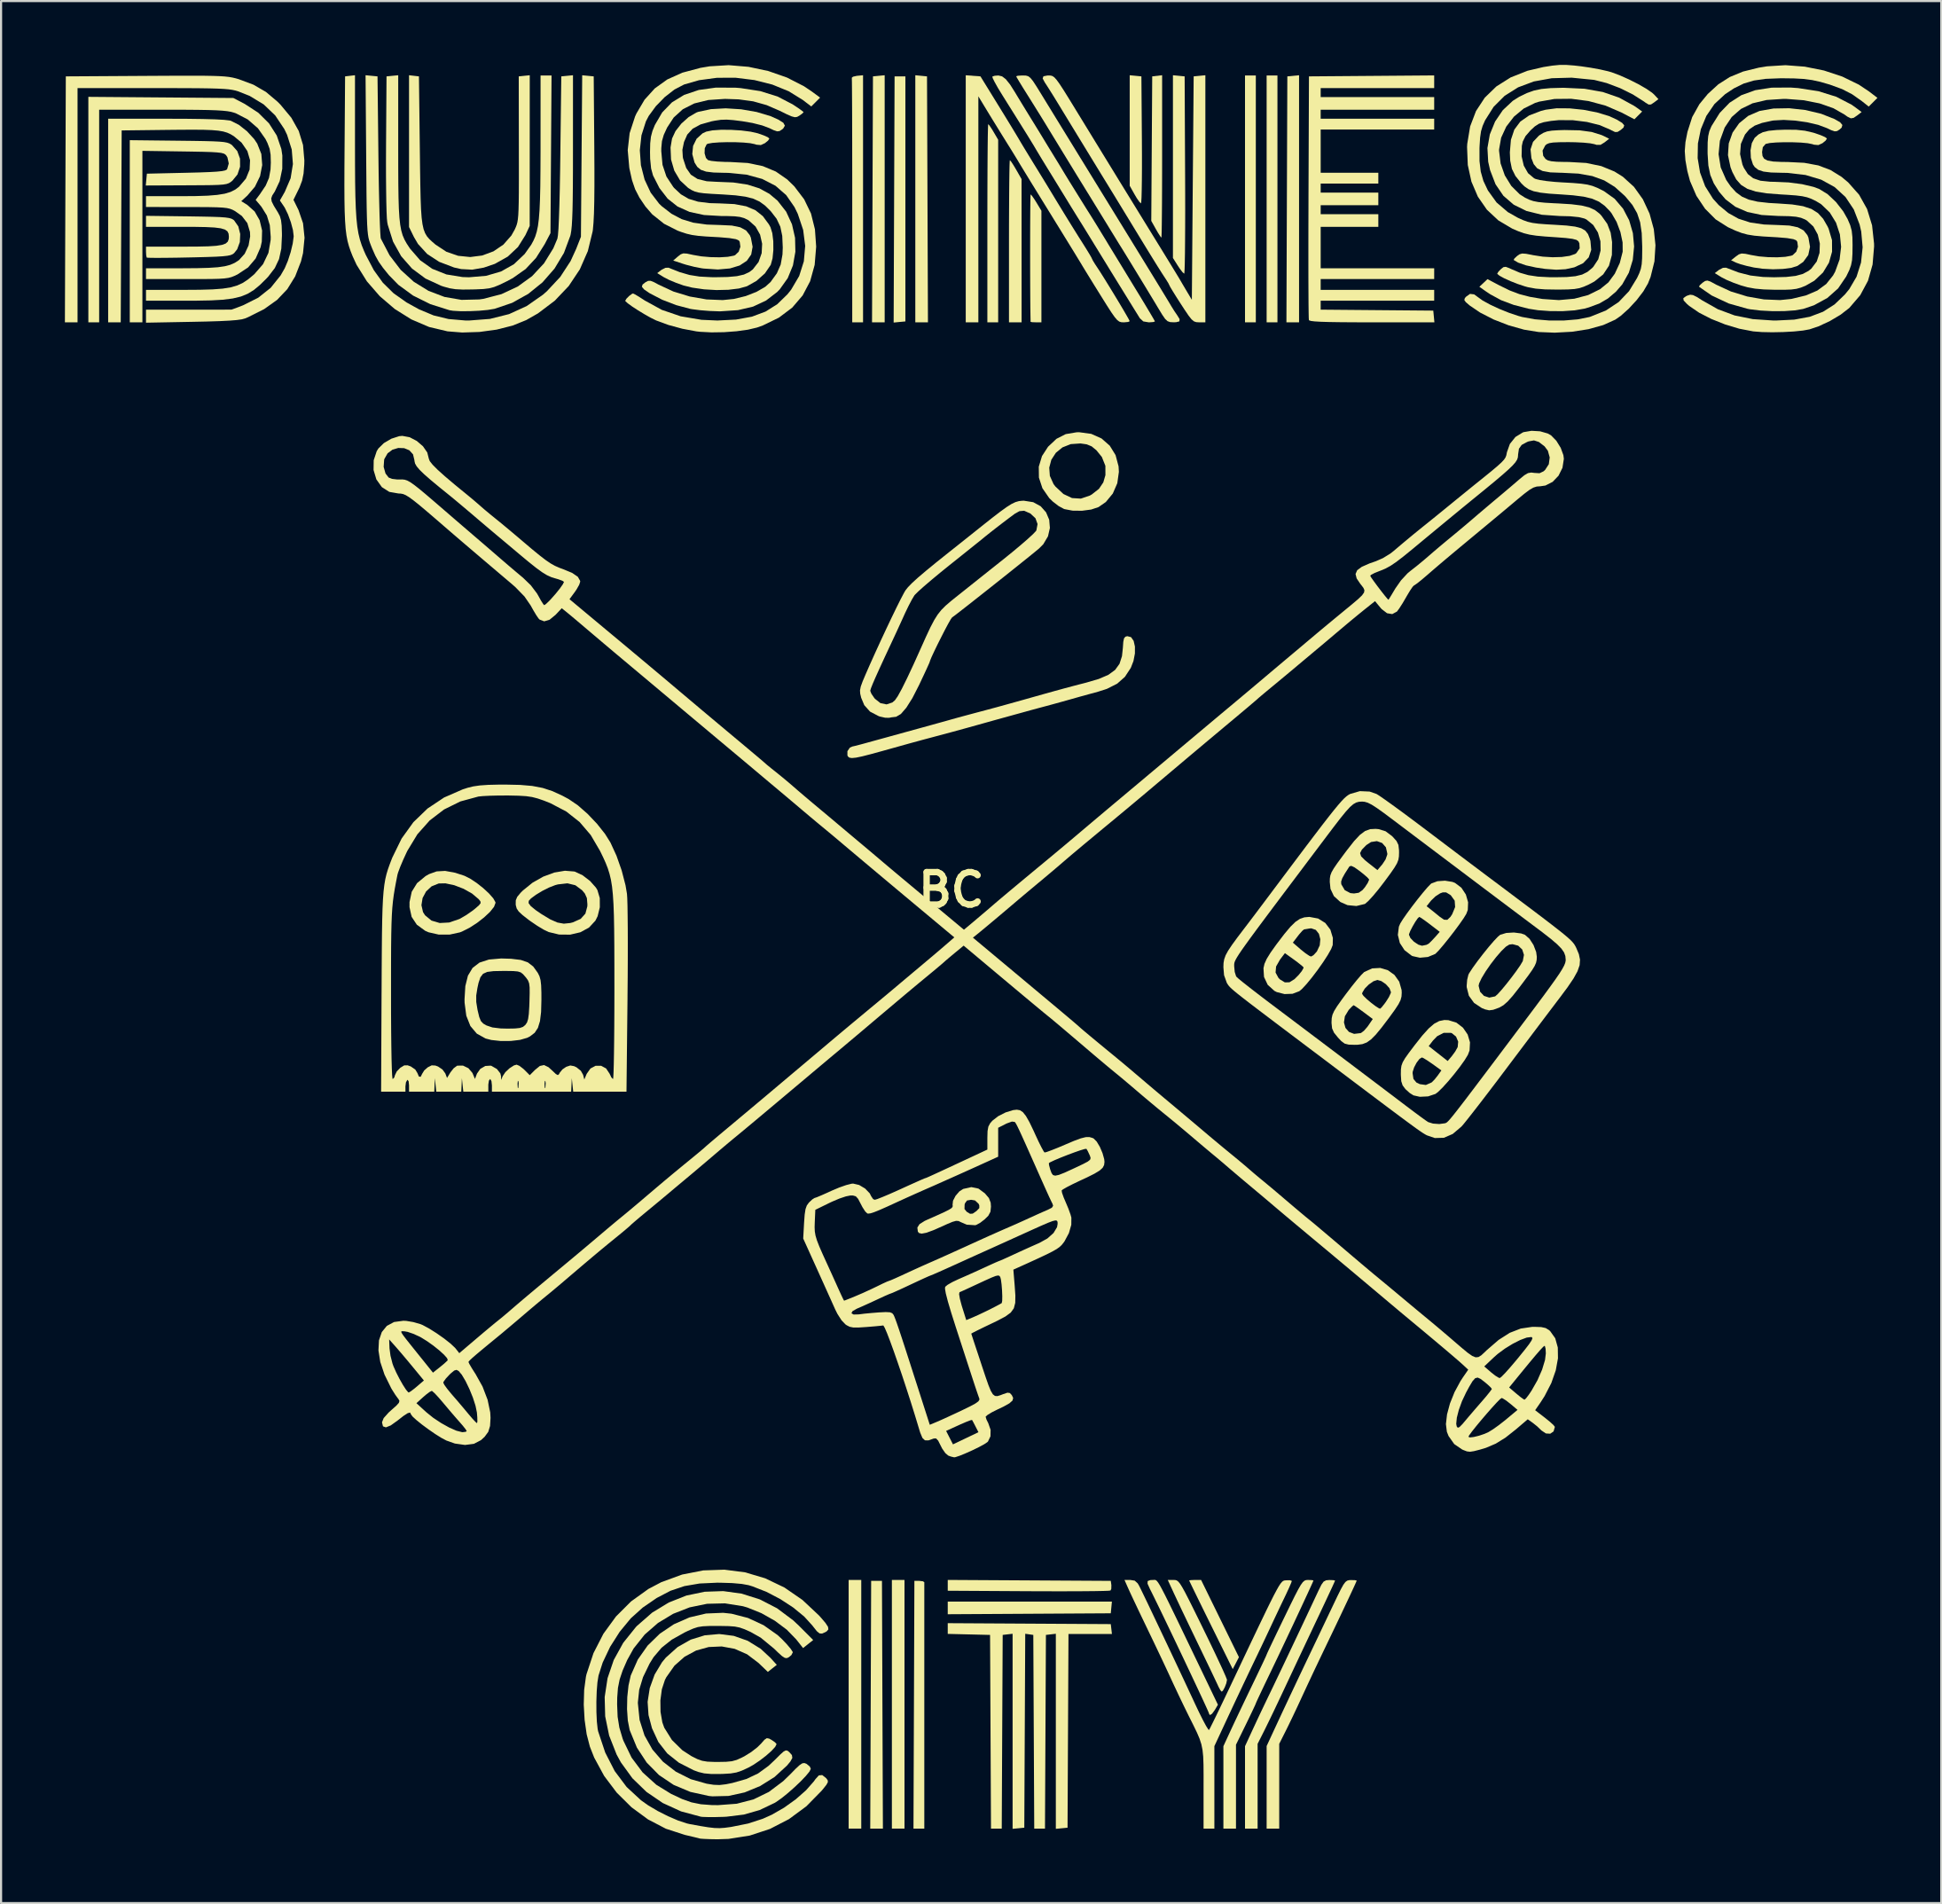
<source format=kicad_pcb>
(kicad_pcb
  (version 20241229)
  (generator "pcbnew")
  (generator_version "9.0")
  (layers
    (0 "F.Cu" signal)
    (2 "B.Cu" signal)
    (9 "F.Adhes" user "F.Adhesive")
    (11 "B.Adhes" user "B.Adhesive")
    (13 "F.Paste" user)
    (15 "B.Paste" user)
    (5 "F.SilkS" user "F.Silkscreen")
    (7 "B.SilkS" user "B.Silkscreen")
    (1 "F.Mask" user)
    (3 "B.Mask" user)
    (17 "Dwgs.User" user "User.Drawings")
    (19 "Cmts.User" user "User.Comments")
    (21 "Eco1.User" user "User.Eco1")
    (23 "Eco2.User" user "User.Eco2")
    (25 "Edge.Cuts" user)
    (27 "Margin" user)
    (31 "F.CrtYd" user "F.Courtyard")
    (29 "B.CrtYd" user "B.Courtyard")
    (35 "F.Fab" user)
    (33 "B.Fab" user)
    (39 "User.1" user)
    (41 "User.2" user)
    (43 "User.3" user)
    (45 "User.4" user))
  (footprint "BC"
    (layer "F.Cu")
    (at 41.657 38.766)
    (property "Reference" "BC" (at 0 0 0) (layer "F.SilkS") (effects (font (size 1.524 1.524) (thickness 0.3))))
    (attr board_only exclude_from_pos_files exclude_from_bom)
    (fp_poly (pts (xy -4.233 44.111) (xy -4.826 44.111) (xy -4.826 32.427) (xy -4.233 32.427)) (stroke (width 0) (type solid)) (fill yes) (layer "F.SilkS"))
    (fp_poly (pts (xy -2.201 44.111) (xy -2.794 44.111) (xy -2.794 32.427) (xy -2.201 32.427)) (stroke (width 0) (type solid)) (fill yes) (layer "F.SilkS"))
    (fp_poly (pts (xy 14.309 -26.67) (xy 13.801 -26.67) (xy 13.801 -38.269) (xy 14.309 -38.269)) (stroke (width 0) (type solid)) (fill yes) (layer "F.SilkS"))
    (fp_poly (pts (xy 15.325 -26.67) (xy 14.817 -26.67) (xy 14.817 -38.269) (xy 15.325 -38.269)) (stroke (width 0) (type solid)) (fill yes) (layer "F.SilkS"))
    (fp_poly (pts (xy 16.341 -26.67) (xy 15.747 -26.67) (xy 15.79 -38.227) (xy 16.341 -38.28)) (stroke (width 0) (type solid)) (fill yes) (layer "F.SilkS"))
    (fp_poly (pts (xy -3.238 38.291) (xy -3.216 44.111) (xy -3.811 44.111) (xy -3.768 32.47) (xy -3.26 32.47)) (stroke (width 0) (type solid)) (fill yes) (layer "F.SilkS"))
    (fp_poly (pts (xy -2.159 -26.712) (xy -2.435 -26.686) (xy -2.711 -26.659) (xy -2.667 -38.227) (xy -2.159 -38.227)) (stroke (width 0) (type solid)) (fill yes) (layer "F.SilkS"))
    (fp_poly (pts (xy -1.418 -38.254) (xy -1.143 -38.227) (xy -1.099 -26.67) (xy -1.693 -26.67) (xy -1.693 -38.28)) (stroke (width 0) (type solid)) (fill yes) (layer "F.SilkS"))
    (fp_poly (pts (xy 7.493 33.994) (xy 3.662 34.016) (xy -0.169 34.038) (xy -0.169 33.443) (xy 7.546 33.443)) (stroke (width 0) (type solid)) (fill yes) (layer "F.SilkS"))
    (fp_poly (pts (xy -3.133 -26.67) (xy -3.727 -26.67) (xy -3.705 -32.449) (xy -3.683 -38.227) (xy -3.408 -38.254) (xy -3.133 -38.28)) (stroke (width 0) (type solid)) (fill yes) (layer "F.SilkS"))
    (fp_poly (pts (xy -1.334 32.49) (xy -1.27 32.533) (xy -1.27 44.111) (xy -1.779 44.111) (xy -1.736 32.47) (xy -1.503 32.47)) (stroke (width 0) (type solid)) (fill yes) (layer "F.SilkS"))
    (fp_poly (pts (xy 3.662 32.448) (xy 7.493 32.47) (xy 7.521 32.67) (xy 7.517 32.846) (xy 7.479 32.924) (xy 7.382 32.935) (xy 7.133 32.944) (xy 6.75 32.951) (xy 6.25 32.956) (xy 5.649 32.959) (xy 4.966 32.96) (xy 4.218 32.958) (xy 3.619 32.956) (xy -0.169 32.934) (xy -0.169 32.426)) (stroke (width 0) (type solid)) (fill yes) (layer "F.SilkS"))
    (fp_poly (pts (xy 8.657 -38.254) (xy 8.932 -38.227) (xy 8.955 -35.242) (xy 8.958 -34.551) (xy 8.958 -33.916) (xy 8.954 -33.356) (xy 8.947 -32.892) (xy 8.938 -32.541) (xy 8.925 -32.324) (xy 8.912 -32.258) (xy 8.839 -32.326) (xy 8.717 -32.501) (xy 8.615 -32.673) (xy 8.382 -33.087) (xy 8.382 -38.28)) (stroke (width 0) (type solid)) (fill yes) (layer "F.SilkS"))
    (fp_poly (pts (xy 1.793 -35.917) (xy 1.907 -35.747) (xy 1.986 -35.616) (xy 2.201 -35.249) (xy 2.201 -26.67) (xy 1.693 -26.67) (xy 1.693 -31.327) (xy 1.694 -32.197) (xy 1.696 -33.014) (xy 1.699 -33.764) (xy 1.703 -34.429) (xy 1.708 -34.996) (xy 1.714 -35.449) (xy 1.721 -35.773) (xy 1.728 -35.952) (xy 1.732 -35.983)) (stroke (width 0) (type solid)) (fill yes) (layer "F.SilkS"))
    (fp_poly (pts (xy 2.81 -34.223) (xy 2.925 -34.048) (xy 3.045 -33.846) (xy 3.3 -33.401) (xy 3.301 -30.035) (xy 3.302 -26.67) (xy 2.709 -26.67) (xy 2.709 -30.48) (xy 2.71 -31.265) (xy 2.713 -31.995) (xy 2.717 -32.654) (xy 2.722 -33.225) (xy 2.728 -33.69) (xy 2.735 -34.034) (xy 2.743 -34.238) (xy 2.75 -34.29)) (stroke (width 0) (type solid)) (fill yes) (layer "F.SilkS"))
    (fp_poly (pts (xy 12.626 34.241) (xy 13.515 36.055) (xy 13.37 36.337) (xy 13.224 36.618) (xy 12.2 34.546) (xy 11.931 34.001) (xy 11.689 33.509) (xy 11.483 33.087) (xy 11.322 32.758) (xy 11.217 32.539) (xy 11.176 32.451) (xy 11.176 32.45) (xy 11.25 32.435) (xy 11.432 32.427) (xy 11.457 32.427) (xy 11.737 32.427)) (stroke (width 0) (type solid)) (fill yes) (layer "F.SilkS"))
    (fp_poly (pts (xy -4.149 -26.67) (xy -4.657 -26.67) (xy -4.657 -32.385) (xy -4.657 -33.354) (xy -4.658 -34.273) (xy -4.659 -35.128) (xy -4.661 -35.905) (xy -4.663 -36.591) (xy -4.666 -37.17) (xy -4.669 -37.63) (xy -4.672 -37.956) (xy -4.676 -38.134) (xy -4.678 -38.163) (xy -4.619 -38.213) (xy -4.448 -38.251) (xy -4.424 -38.254) (xy -4.149 -38.28)) (stroke (width 0) (type solid)) (fill yes) (layer "F.SilkS"))
    (fp_poly (pts (xy 9.906 -34.465) (xy 9.905 -33.679) (xy 9.903 -32.948) (xy 9.9 -32.289) (xy 9.895 -31.717) (xy 9.89 -31.251) (xy 9.884 -30.907) (xy 9.877 -30.702) (xy 9.871 -30.649) (xy 9.814 -30.717) (xy 9.704 -30.89) (xy 9.616 -31.043) (xy 9.396 -31.436) (xy 9.418 -34.832) (xy 9.44 -38.227) (xy 9.673 -38.254) (xy 9.906 -38.281)) (stroke (width 0) (type solid)) (fill yes) (layer "F.SilkS"))
    (fp_poly (pts (xy 10.689 -38.254) (xy 10.964 -38.227) (xy 10.986 -33.592) (xy 10.989 -32.723) (xy 10.99 -31.908) (xy 10.988 -31.161) (xy 10.984 -30.497) (xy 10.979 -29.933) (xy 10.971 -29.483) (xy 10.962 -29.162) (xy 10.951 -28.986) (xy 10.944 -28.956) (xy 10.866 -29.022) (xy 10.737 -29.19) (xy 10.647 -29.325) (xy 10.414 -29.693) (xy 10.414 -38.28)) (stroke (width 0) (type solid)) (fill yes) (layer "F.SilkS"))
    (fp_poly (pts (xy 3.79 -32.615) (xy 3.908 -32.445) (xy 4.001 -32.297) (xy 4.233 -31.912) (xy 4.233 -26.67) (xy 3.979 -26.67) (xy 3.801 -26.676) (xy 3.725 -26.691) (xy 3.725 -26.691) (xy 3.719 -26.974) (xy 3.713 -27.371) (xy 3.709 -27.858) (xy 3.706 -28.414) (xy 3.704 -29.013) (xy 3.703 -29.635) (xy 3.703 -30.256) (xy 3.704 -30.852) (xy 3.706 -31.402) (xy 3.709 -31.882) (xy 3.713 -32.269) (xy 3.718 -32.54) (xy 3.724 -32.672) (xy 3.726 -32.681)) (stroke (width 0) (type solid)) (fill yes) (layer "F.SilkS"))
    (fp_poly (pts (xy 3.662 34.48) (xy 7.493 34.502) (xy 7.52 34.734) (xy 7.547 34.967) (xy 5.505 34.967) (xy 5.483 39.518) (xy 5.461 44.069) (xy 5.186 44.096) (xy 4.911 44.122) (xy 4.911 34.956) (xy 4.678 34.983) (xy 4.445 35.01) (xy 4.423 39.56) (xy 4.401 44.111) (xy 3.896 44.111) (xy 3.874 39.56) (xy 3.852 35.01) (xy 3.663 34.983) (xy 3.473 34.956) (xy 3.451 39.512) (xy 3.429 44.069) (xy 3.154 44.096) (xy 2.879 44.122) (xy 2.879 34.956) (xy 2.646 34.983) (xy 2.413 35.01) (xy 2.391 39.56) (xy 2.369 44.111) (xy 1.864 44.111) (xy 1.842 39.56) (xy 1.82 35.01) (xy -0.169 34.962) (xy -0.169 34.458)) (stroke (width 0) (type solid)) (fill yes) (layer "F.SilkS"))
    (fp_poly (pts (xy 9.614 32.438) (xy 9.661 32.477) (xy 9.721 32.554) (xy 9.8 32.681) (xy 9.903 32.869) (xy 10.038 33.13) (xy 10.21 33.476) (xy 10.426 33.919) (xy 10.693 34.47) (xy 11.016 35.142) (xy 11.402 35.946) (xy 11.72 36.607) (xy 12.528 38.29) (xy 12.384 38.534) (xy 12.253 38.714) (xy 12.153 38.778) (xy 12.108 38.71) (xy 12.107 38.695) (xy 12.072 38.607) (xy 11.973 38.386) (xy 11.82 38.053) (xy 11.622 37.629) (xy 11.389 37.133) (xy 11.131 36.586) (xy 10.858 36.009) (xy 10.578 35.421) (xy 10.302 34.843) (xy 10.039 34.295) (xy 9.799 33.797) (xy 9.591 33.371) (xy 9.426 33.035) (xy 9.325 32.834) (xy 9.221 32.603) (xy 9.226 32.48) (xy 9.35 32.433) (xy 9.482 32.427) (xy 9.53 32.425) (xy 9.572 32.424)) (stroke (width 0) (type solid)) (fill yes) (layer "F.SilkS"))
    (fp_poly (pts (xy 10.52 32.43) (xy 10.59 32.449) (xy 10.662 32.501) (xy 10.745 32.601) (xy 10.849 32.765) (xy 10.984 33.01) (xy 11.16 33.351) (xy 11.386 33.804) (xy 11.673 34.386) (xy 11.833 34.713) (xy 12.115 35.292) (xy 12.371 35.825) (xy 12.591 36.292) (xy 12.768 36.674) (xy 12.89 36.951) (xy 12.95 37.103) (xy 12.954 37.122) (xy 12.923 37.281) (xy 12.849 37.472) (xy 12.765 37.626) (xy 12.707 37.677) (xy 12.643 37.608) (xy 12.551 37.438) (xy 12.537 37.405) (xy 12.465 37.25) (xy 12.332 36.97) (xy 12.151 36.589) (xy 11.933 36.136) (xy 11.692 35.636) (xy 11.596 35.437) (xy 11.335 34.895) (xy 11.078 34.36) (xy 10.842 33.866) (xy 10.644 33.447) (xy 10.499 33.138) (xy 10.473 33.084) (xy 10.171 32.427) (xy 10.442 32.427)) (stroke (width 0) (type solid)) (fill yes) (layer "F.SilkS"))
    (fp_poly (pts (xy 17.946 32.436) (xy 18.033 32.455) (xy 18.034 32.457) (xy 17.999 32.538) (xy 17.902 32.752) (xy 17.751 33.076) (xy 17.557 33.49) (xy 17.33 33.974) (xy 17.136 34.383) (xy 16.842 35.006) (xy 16.529 35.669) (xy 16.218 36.328) (xy 15.932 36.938) (xy 15.69 37.453) (xy 15.625 37.592) (xy 15.394 38.082) (xy 15.162 38.571) (xy 14.948 39.015) (xy 14.773 39.373) (xy 14.702 39.516) (xy 14.393 40.128) (xy 14.393 44.111) (xy 13.801 44.111) (xy 13.801 40.24) (xy 14.148 39.488) (xy 14.335 39.086) (xy 14.562 38.603) (xy 14.798 38.11) (xy 14.945 37.804) (xy 15.119 37.443) (xy 15.349 36.961) (xy 15.621 36.39) (xy 15.919 35.762) (xy 16.228 35.109) (xy 16.533 34.463) (xy 16.818 33.857) (xy 17.069 33.323) (xy 17.259 32.917) (xy 17.391 32.65) (xy 17.496 32.504) (xy 17.613 32.443) (xy 17.759 32.43)) (stroke (width 0) (type solid)) (fill yes) (layer "F.SilkS"))
    (fp_poly (pts (xy 18.962 32.437) (xy 19.049 32.455) (xy 19.05 32.457) (xy 19.015 32.545) (xy 18.915 32.766) (xy 18.759 33.101) (xy 18.556 33.533) (xy 18.315 34.043) (xy 18.045 34.61) (xy 17.754 35.217) (xy 17.511 35.724) (xy 17.264 36.24) (xy 17.001 36.795) (xy 16.75 37.33) (xy 16.538 37.787) (xy 16.491 37.888) (xy 16.284 38.336) (xy 16.062 38.806) (xy 15.856 39.234) (xy 15.738 39.474) (xy 15.409 40.128) (xy 15.409 44.111) (xy 14.817 44.111) (xy 14.817 40.231) (xy 15.4 38.975) (xy 15.645 38.451) (xy 15.934 37.836) (xy 16.239 37.19) (xy 16.531 36.574) (xy 16.671 36.28) (xy 16.943 35.71) (xy 17.241 35.085) (xy 17.537 34.462) (xy 17.804 33.901) (xy 17.929 33.639) (xy 18.145 33.186) (xy 18.305 32.864) (xy 18.424 32.65) (xy 18.519 32.523) (xy 18.604 32.459) (xy 18.696 32.436) (xy 18.775 32.432)) (stroke (width 0) (type solid)) (fill yes) (layer "F.SilkS"))
    (fp_poly (pts (xy -36.328 -35.204) (xy -35.645 -35.196) (xy -35.11 -35.187) (xy -34.703 -35.176) (xy -34.402 -35.161) (xy -34.187 -35.141) (xy -34.037 -35.113) (xy -33.93 -35.076) (xy -33.847 -35.029) (xy -33.809 -35.002) (xy -33.557 -34.718) (xy -33.428 -34.362) (xy -33.425 -33.981) (xy -33.547 -33.618) (xy -33.783 -33.328) (xy -33.868 -33.26) (xy -33.953 -33.208) (xy -34.063 -33.17) (xy -34.221 -33.144) (xy -34.45 -33.127) (xy -34.773 -33.117) (xy -35.213 -33.112) (xy -35.794 -33.109) (xy -35.946 -33.108) (xy -37.857 -33.099) (xy -37.804 -33.655) (xy -35.959 -33.697) (xy -35.335 -33.713) (xy -34.86 -33.731) (xy -34.514 -33.751) (xy -34.277 -33.776) (xy -34.13 -33.807) (xy -34.052 -33.846) (xy -34.034 -33.867) (xy -33.957 -34.134) (xy -34.018 -34.418) (xy -34.071 -34.507) (xy -34.121 -34.56) (xy -34.195 -34.601) (xy -34.317 -34.632) (xy -34.507 -34.654) (xy -34.787 -34.671) (xy -35.181 -34.683) (xy -35.708 -34.693) (xy -36.103 -34.699) (xy -38.015 -34.727) (xy -38.015 -26.67) (xy -38.608 -26.67) (xy -38.608 -35.229)) (stroke (width 0) (type solid)) (fill yes) (layer "F.SilkS"))
    (fp_poly (pts (xy -35.865 -31.649) (xy -35.23 -31.639) (xy -34.743 -31.629) (xy -34.38 -31.616) (xy -34.121 -31.597) (xy -33.944 -31.572) (xy -33.826 -31.538) (xy -33.745 -31.493) (xy -33.706 -31.461) (xy -33.508 -31.178) (xy -33.418 -30.819) (xy -33.436 -30.442) (xy -33.561 -30.102) (xy -33.706 -29.921) (xy -33.777 -29.869) (xy -33.875 -29.828) (xy -34.023 -29.797) (xy -34.241 -29.773) (xy -34.553 -29.754) (xy -34.981 -29.739) (xy -35.547 -29.724) (xy -35.83 -29.718) (xy -36.386 -29.707) (xy -36.883 -29.701) (xy -37.297 -29.698) (xy -37.604 -29.7) (xy -37.779 -29.706) (xy -37.811 -29.711) (xy -37.836 -29.812) (xy -37.846 -29.986) (xy -37.846 -30.226) (xy -36.087 -30.226) (xy -35.427 -30.229) (xy -34.917 -30.241) (xy -34.539 -30.266) (xy -34.273 -30.309) (xy -34.1 -30.373) (xy -34.002 -30.462) (xy -33.959 -30.581) (xy -33.951 -30.692) (xy -33.966 -30.836) (xy -34.021 -30.947) (xy -34.137 -31.029) (xy -34.331 -31.087) (xy -34.624 -31.125) (xy -35.034 -31.146) (xy -35.58 -31.156) (xy -36.087 -31.157) (xy -37.846 -31.157) (xy -37.846 -31.674)) (stroke (width 0) (type solid)) (fill yes) (layer "F.SilkS"))
    (fp_poly (pts (xy 6.573 -21.429) (xy 7.057 -21.213) (xy 7.444 -20.874) (xy 7.718 -20.431) (xy 7.859 -19.902) (xy 7.874 -19.643) (xy 7.799 -19.108) (xy 7.588 -18.624) (xy 7.26 -18.226) (xy 6.918 -17.988) (xy 6.571 -17.872) (xy 6.14 -17.815) (xy 5.698 -17.82) (xy 5.322 -17.891) (xy 5.292 -17.901) (xy 5.042 -18.036) (xy 4.765 -18.25) (xy 4.602 -18.409) (xy 4.281 -18.872) (xy 4.116 -19.372) (xy 4.11 -19.842) (xy 4.601 -19.842) (xy 4.63 -19.453) (xy 4.802 -19.071) (xy 4.889 -18.956) (xy 5.269 -18.602) (xy 5.671 -18.412) (xy 6.087 -18.386) (xy 6.507 -18.528) (xy 6.604 -18.584) (xy 6.938 -18.846) (xy 7.141 -19.147) (xy 7.241 -19.489) (xy 7.239 -19.928) (xy 7.073 -20.343) (xy 6.817 -20.658) (xy 6.594 -20.841) (xy 6.363 -20.936) (xy 6.07 -20.978) (xy 5.613 -20.947) (xy 5.221 -20.792) (xy 4.912 -20.538) (xy 4.7 -20.213) (xy 4.601 -19.842) (xy 4.11 -19.842) (xy 4.109 -19.884) (xy 4.26 -20.385) (xy 4.545 -20.823) (xy 4.941 -21.196) (xy 5.377 -21.417) (xy 5.889 -21.503) (xy 6.011 -21.505)) (stroke (width 0) (type solid)) (fill yes) (layer "F.SilkS"))
    (fp_poly (pts (xy -25.252 -38.254) (xy -25.019 -38.227) (xy -24.977 -34.756) (xy -24.966 -33.851) (xy -24.954 -33.099) (xy -24.94 -32.483) (xy -24.921 -31.986) (xy -24.893 -31.592) (xy -24.853 -31.284) (xy -24.8 -31.046) (xy -24.73 -30.86) (xy -24.641 -30.71) (xy -24.529 -30.58) (xy -24.392 -30.452) (xy -24.235 -30.318) (xy -23.731 -29.987) (xy -23.18 -29.796) (xy -22.609 -29.738) (xy -22.045 -29.81) (xy -21.517 -30.006) (xy -21.052 -30.321) (xy -20.676 -30.748) (xy -20.519 -31.027) (xy -20.47 -31.136) (xy -20.429 -31.241) (xy -20.396 -31.36) (xy -20.371 -31.51) (xy -20.352 -31.708) (xy -20.339 -31.972) (xy -20.33 -32.318) (xy -20.325 -32.766) (xy -20.323 -33.331) (xy -20.323 -34.032) (xy -20.324 -34.84) (xy -20.329 -38.227) (xy -20.07 -38.254) (xy -19.812 -38.28) (xy -19.813 -34.74) (xy -19.814 -31.2) (xy -20.015 -30.768) (xy -20.366 -30.208) (xy -20.845 -29.758) (xy -21.452 -29.417) (xy -21.971 -29.24) (xy -22.516 -29.144) (xy -23.033 -29.171) (xy -23.368 -29.246) (xy -24.067 -29.512) (xy -24.632 -29.881) (xy -25.065 -30.354) (xy -25.256 -30.681) (xy -25.485 -31.147) (xy -25.485 -38.281)) (stroke (width 0) (type solid)) (fill yes) (layer "F.SilkS"))
    (fp_poly (pts (xy 16.94 32.434) (xy 17.018 32.451) (xy 17.018 32.452) (xy 16.983 32.537) (xy 16.886 32.752) (xy 16.737 33.077) (xy 16.546 33.489) (xy 16.324 33.966) (xy 16.08 34.487) (xy 15.825 35.028) (xy 15.569 35.57) (xy 15.323 36.089) (xy 15.096 36.563) (xy 14.953 36.861) (xy 14.744 37.296) (xy 14.563 37.676) (xy 14.423 37.974) (xy 14.334 38.167) (xy 14.309 38.23) (xy 14.274 38.314) (xy 14.178 38.52) (xy 14.036 38.818) (xy 13.862 39.177) (xy 13.843 39.216) (xy 13.377 40.169) (xy 13.377 44.111) (xy 12.785 44.111) (xy 12.785 40.24) (xy 13.132 39.488) (xy 13.289 39.152) (xy 13.499 38.708) (xy 13.74 38.202) (xy 13.991 37.677) (xy 14.148 37.352) (xy 14.361 36.909) (xy 14.546 36.521) (xy 14.692 36.213) (xy 14.786 36.009) (xy 14.817 35.934) (xy 14.852 35.852) (xy 14.951 35.639) (xy 15.104 35.317) (xy 15.299 34.909) (xy 15.527 34.437) (xy 15.659 34.164) (xy 15.93 33.606) (xy 16.139 33.183) (xy 16.299 32.876) (xy 16.42 32.665) (xy 16.514 32.534) (xy 16.593 32.463) (xy 16.669 32.433) (xy 16.754 32.427) (xy 16.76 32.427)) (stroke (width 0) (type solid)) (fill yes) (layer "F.SilkS"))
    (fp_poly (pts (xy 22.691 -37.677) (xy 17.357 -37.677) (xy 17.357 -37.253) (xy 22.691 -37.253) (xy 22.691 -36.661) (xy 17.357 -36.661) (xy 17.357 -36.237) (xy 22.691 -36.237) (xy 22.691 -35.729) (xy 17.357 -35.729) (xy 17.357 -33.697) (xy 20.066 -33.697) (xy 20.066 -33.189) (xy 17.357 -33.189) (xy 17.357 -32.766) (xy 20.066 -32.766) (xy 20.066 -32.173) (xy 17.357 -32.173) (xy 17.357 -31.75) (xy 20.066 -31.75) (xy 20.066 -31.157) (xy 17.357 -31.157) (xy 17.357 -29.21) (xy 22.691 -29.21) (xy 22.691 -28.702) (xy 17.357 -28.702) (xy 17.357 -28.194) (xy 22.691 -28.194) (xy 22.691 -27.686) (xy 17.357 -27.686) (xy 17.357 -27.265) (xy 22.648 -27.22) (xy 22.675 -26.945) (xy 22.701 -26.67) (xy 19.772 -26.67) (xy 18.95 -26.671) (xy 18.284 -26.676) (xy 17.76 -26.684) (xy 17.365 -26.696) (xy 17.085 -26.712) (xy 16.907 -26.733) (xy 16.819 -26.76) (xy 16.803 -26.776) (xy 16.796 -26.877) (xy 16.791 -27.132) (xy 16.786 -27.529) (xy 16.783 -28.053) (xy 16.78 -28.689) (xy 16.779 -29.423) (xy 16.779 -30.242) (xy 16.78 -31.13) (xy 16.783 -32.075) (xy 16.784 -32.554) (xy 16.806 -38.227) (xy 22.691 -38.272)) (stroke (width 0) (type solid)) (fill yes) (layer "F.SilkS"))
    (fp_poly (pts (xy -23.318 -0.805) (xy -22.88 -0.662) (xy -22.609 -0.527) (xy -22.304 -0.324) (xy -21.999 -0.083) (xy -21.729 0.167) (xy -21.527 0.396) (xy -21.426 0.575) (xy -21.421 0.611) (xy -21.491 0.797) (xy -21.68 1.034) (xy -21.957 1.294) (xy -22.29 1.553) (xy -22.647 1.783) (xy -22.996 1.958) (xy -23.092 1.996) (xy -23.58 2.102) (xy -24.093 2.1) (xy -24.566 1.993) (xy -24.731 1.92) (xy -25.12 1.635) (xy -25.363 1.267) (xy -25.463 0.809) (xy -25.462 0.719) (xy -24.902 0.719) (xy -24.828 1.043) (xy -24.733 1.193) (xy -24.429 1.443) (xy -24.043 1.557) (xy -23.599 1.533) (xy -23.121 1.37) (xy -23.088 1.354) (xy -22.793 1.182) (xy -22.486 0.967) (xy -22.391 0.892) (xy -22.198 0.724) (xy -22.118 0.619) (xy -22.134 0.533) (xy -22.216 0.433) (xy -22.525 0.172) (xy -22.924 -0.052) (xy -23.359 -0.219) (xy -23.775 -0.307) (xy -24.09 -0.301) (xy -24.425 -0.166) (xy -24.684 0.075) (xy -24.848 0.383) (xy -24.902 0.719) (xy -25.462 0.719) (xy -25.462 0.573) (xy -25.358 0.088) (xy -25.109 -0.316) (xy -24.709 -0.647) (xy -24.547 -0.74) (xy -24.188 -0.869) (xy -23.789 -0.892)) (stroke (width 0) (type solid)) (fill yes) (layer "F.SilkS"))
    (fp_poly (pts (xy 1.273 14.036) (xy 1.575 14.258) (xy 1.766 14.483) (xy 1.849 14.698) (xy 1.863 14.884) (xy 1.838 15.126) (xy 1.738 15.312) (xy 1.563 15.485) (xy 1.354 15.645) (xy 1.173 15.744) (xy 1.119 15.758) (xy 0.726 15.733) (xy 0.446 15.613) (xy 0.34 15.561) (xy 0.222 15.553) (xy 0.052 15.6) (xy -0.209 15.709) (xy -0.398 15.796) (xy -0.851 15.995) (xy -1.177 16.113) (xy -1.395 16.154) (xy -1.524 16.123) (xy -1.574 16.055) (xy -1.597 15.868) (xy -1.495 15.708) (xy -1.249 15.553) (xy -1.127 15.497) (xy -0.667 15.293) (xy -0.34 15.145) (xy -0.126 15.038) (xy -0.057 14.996) (xy 0.618 14.996) (xy 0.723 15.126) (xy 0.88 15.221) (xy 1.005 15.213) (xy 1.175 15.096) (xy 1.187 15.086) (xy 1.315 14.953) (xy 1.314 14.824) (xy 1.278 14.747) (xy 1.113 14.594) (xy 0.93 14.563) (xy 0.736 14.597) (xy 0.641 14.729) (xy 0.624 14.788) (xy 0.618 14.996) (xy -0.057 14.996) (xy -0.001 14.961) (xy 0.055 14.901) (xy 0.065 14.844) (xy 0.057 14.806) (xy 0.079 14.608) (xy 0.199 14.375) (xy 0.379 14.167) (xy 0.556 14.053) (xy 0.941 13.967)) (stroke (width 0) (type solid)) (fill yes) (layer "F.SilkS"))
    (fp_poly (pts (xy -17.722 -0.864) (xy -17.679 -0.852) (xy -17.325 -0.684) (xy -16.978 -0.418) (xy -16.703 -0.108) (xy -16.633 0.008) (xy -16.521 0.384) (xy -16.519 0.817) (xy -16.622 1.237) (xy -16.727 1.447) (xy -17.026 1.77) (xy -17.433 1.992) (xy -17.913 2.104) (xy -18.434 2.099) (xy -18.923 1.981) (xy -19.151 1.872) (xy -19.454 1.691) (xy -19.776 1.472) (xy -19.854 1.415) (xy -20.148 1.187) (xy -20.33 1.018) (xy -20.426 0.875) (xy -20.467 0.724) (xy -20.472 0.676) (xy -20.471 0.621) (xy -19.867 0.621) (xy -19.764 0.762) (xy -19.535 0.949) (xy -19.275 1.128) (xy -18.853 1.384) (xy -18.512 1.534) (xy -18.211 1.588) (xy -17.909 1.557) (xy -17.787 1.526) (xy -17.42 1.363) (xy -17.197 1.116) (xy -17.106 0.773) (xy -17.103 0.675) (xy -17.127 0.385) (xy -17.223 0.172) (xy -17.353 0.017) (xy -17.669 -0.218) (xy -18.041 -0.308) (xy -18.489 -0.257) (xy -18.613 -0.224) (xy -18.903 -0.112) (xy -19.224 0.05) (xy -19.525 0.232) (xy -19.757 0.405) (xy -19.857 0.513) (xy -19.867 0.621) (xy -20.471 0.621) (xy -20.468 0.487) (xy -20.399 0.324) (xy -20.239 0.133) (xy -20.133 0.028) (xy -19.682 -0.337) (xy -19.177 -0.623) (xy -18.657 -0.815) (xy -18.16 -0.899)) (stroke (width 0) (type solid)) (fill yes) (layer "F.SilkS"))
    (fp_poly (pts (xy 26.78 2.047) (xy 26.958 2.112) (xy 27.172 2.301) (xy 27.359 2.591) (xy 27.483 2.917) (xy 27.514 3.144) (xy 27.507 3.289) (xy 27.479 3.422) (xy 27.415 3.57) (xy 27.301 3.759) (xy 27.12 4.015) (xy 26.859 4.365) (xy 26.688 4.591) (xy 26.383 4.978) (xy 26.143 5.247) (xy 25.942 5.422) (xy 25.756 5.528) (xy 25.733 5.538) (xy 25.465 5.635) (xy 25.274 5.66) (xy 25.083 5.616) (xy 24.93 5.554) (xy 24.565 5.312) (xy 24.321 4.975) (xy 24.219 4.571) (xy 24.218 4.508) (xy 24.779 4.508) (xy 24.849 4.786) (xy 25.03 4.98) (xy 25.278 5.062) (xy 25.549 5.006) (xy 25.562 4.999) (xy 25.677 4.897) (xy 25.862 4.692) (xy 26.088 4.419) (xy 26.327 4.113) (xy 26.552 3.811) (xy 26.735 3.547) (xy 26.848 3.358) (xy 26.855 3.344) (xy 26.91 3.055) (xy 26.828 2.802) (xy 26.639 2.622) (xy 26.375 2.552) (xy 26.22 2.571) (xy 26.061 2.669) (xy 25.844 2.88) (xy 25.595 3.168) (xy 25.341 3.498) (xy 25.107 3.836) (xy 24.919 4.147) (xy 24.803 4.395) (xy 24.779 4.508) (xy 24.218 4.508) (xy 24.218 4.502) (xy 24.241 4.223) (xy 24.297 3.992) (xy 24.323 3.934) (xy 24.496 3.669) (xy 24.725 3.352) (xy 24.985 3.014) (xy 25.248 2.688) (xy 25.49 2.406) (xy 25.684 2.201) (xy 25.795 2.109) (xy 26.08 2.024) (xy 26.437 2.003)) (stroke (width 0) (type solid)) (fill yes) (layer "F.SilkS"))
    (fp_poly (pts (xy 3.504 -38.265) (xy 3.613 -38.234) (xy 3.717 -38.155) (xy 3.839 -38.004) (xy 4.001 -37.756) (xy 4.228 -37.389) (xy 4.246 -37.359) (xy 4.444 -37.036) (xy 4.712 -36.599) (xy 5.031 -36.079) (xy 5.382 -35.508) (xy 5.746 -34.916) (xy 6.052 -34.417) (xy 6.789 -33.219) (xy 7.442 -32.157) (xy 8.015 -31.225) (xy 8.513 -30.415) (xy 8.94 -29.719) (xy 9.301 -29.131) (xy 9.601 -28.642) (xy 9.843 -28.246) (xy 10.033 -27.934) (xy 10.175 -27.7) (xy 10.274 -27.536) (xy 10.333 -27.435) (xy 10.335 -27.433) (xy 10.483 -27.195) (xy 10.604 -27.019) (xy 10.727 -26.82) (xy 10.717 -26.714) (xy 10.56 -26.675) (xy 10.435 -26.672) (xy 10.279 -26.681) (xy 10.161 -26.724) (xy 10.048 -26.829) (xy 9.912 -27.025) (xy 9.728 -27.328) (xy 9.568 -27.595) (xy 9.35 -27.955) (xy 9.095 -28.376) (xy 8.823 -28.822) (xy 8.555 -29.262) (xy 8.311 -29.661) (xy 8.111 -29.987) (xy 7.975 -30.206) (xy 7.962 -30.226) (xy 7.888 -30.345) (xy 7.746 -30.576) (xy 7.557 -30.883) (xy 7.349 -31.223) (xy 7.075 -31.669) (xy 6.771 -32.164) (xy 6.483 -32.633) (xy 6.334 -32.874) (xy 5.897 -33.584) (xy 5.382 -34.425) (xy 4.798 -35.381) (xy 4.431 -35.983) (xy 4.21 -36.343) (xy 3.941 -36.775) (xy 3.669 -37.211) (xy 3.546 -37.406) (xy 3.345 -37.727) (xy 3.183 -37.992) (xy 3.078 -38.171) (xy 3.048 -38.232) (xy 3.123 -38.256) (xy 3.309 -38.269) (xy 3.369 -38.269)) (stroke (width 0) (type solid)) (fill yes) (layer "F.SilkS"))
    (fp_poly (pts (xy -25.993 -34.859) (xy -25.992 -33.938) (xy -25.988 -33.168) (xy -25.979 -32.533) (xy -25.963 -32.015) (xy -25.937 -31.595) (xy -25.9 -31.258) (xy -25.85 -30.985) (xy -25.785 -30.759) (xy -25.701 -30.562) (xy -25.598 -30.377) (xy -25.474 -30.187) (xy -25.432 -30.126) (xy -24.962 -29.586) (xy -24.393 -29.184) (xy -23.729 -28.92) (xy -22.973 -28.797) (xy -22.665 -28.787) (xy -21.863 -28.855) (xy -21.161 -29.059) (xy -20.558 -29.399) (xy -20.053 -29.878) (xy -19.743 -30.316) (xy -19.64 -30.505) (xy -19.553 -30.703) (xy -19.483 -30.928) (xy -19.427 -31.196) (xy -19.385 -31.525) (xy -19.353 -31.933) (xy -19.331 -32.435) (xy -19.316 -33.051) (xy -19.309 -33.796) (xy -19.305 -34.687) (xy -19.305 -34.989) (xy -19.304 -38.269) (xy -18.788 -38.269) (xy -18.813 -34.565) (xy -18.838 -30.861) (xy -19.106 -30.35) (xy -19.516 -29.697) (xy -20.005 -29.174) (xy -20.607 -28.749) (xy -20.892 -28.597) (xy -21.227 -28.434) (xy -21.485 -28.329) (xy -21.721 -28.267) (xy -21.993 -28.234) (xy -22.359 -28.218) (xy -22.514 -28.214) (xy -22.963 -28.209) (xy -23.301 -28.226) (xy -23.584 -28.271) (xy -23.869 -28.351) (xy -23.973 -28.386) (xy -24.713 -28.728) (xy -25.342 -29.194) (xy -25.853 -29.775) (xy -26.236 -30.462) (xy -26.483 -31.246) (xy -26.508 -31.373) (xy -26.526 -31.553) (xy -26.541 -31.882) (xy -26.553 -32.336) (xy -26.561 -32.894) (xy -26.567 -33.534) (xy -26.568 -34.235) (xy -26.565 -34.974) (xy -26.565 -35.013) (xy -26.543 -38.227) (xy -26.268 -38.254) (xy -25.993 -38.28)) (stroke (width 0) (type solid)) (fill yes) (layer "F.SilkS"))
    (fp_poly (pts (xy -10.227 35.054) (xy -9.572 35.284) (xy -8.962 35.66) (xy -8.503 36.086) (xy -8.203 36.417) (xy -8.623 36.748) (xy -9.064 36.325) (xy -9.598 35.921) (xy -10.181 35.664) (xy -10.79 35.552) (xy -11.401 35.579) (xy -11.991 35.742) (xy -12.536 36.035) (xy -13.011 36.455) (xy -13.394 36.998) (xy -13.46 37.126) (xy -13.604 37.565) (xy -13.673 38.086) (xy -13.666 38.626) (xy -13.581 39.119) (xy -13.491 39.37) (xy -13.13 39.948) (xy -12.639 40.43) (xy -12.208 40.709) (xy -11.939 40.844) (xy -11.712 40.924) (xy -11.465 40.965) (xy -11.136 40.978) (xy -10.964 40.979) (xy -10.585 40.972) (xy -10.312 40.945) (xy -10.084 40.882) (xy -9.84 40.771) (xy -9.718 40.708) (xy -9.405 40.514) (xy -9.114 40.288) (xy -8.946 40.122) (xy -8.783 39.937) (xy -8.673 39.862) (xy -8.565 39.881) (xy -8.447 39.945) (xy -8.285 40.057) (xy -8.213 40.14) (xy -8.213 40.142) (xy -8.279 40.272) (xy -8.455 40.463) (xy -8.707 40.686) (xy -9.001 40.912) (xy -9.303 41.115) (xy -9.528 41.241) (xy -9.84 41.385) (xy -10.099 41.473) (xy -10.372 41.52) (xy -10.724 41.541) (xy -10.878 41.545) (xy -11.299 41.544) (xy -11.614 41.516) (xy -11.885 41.451) (xy -12.11 41.368) (xy -12.801 41.015) (xy -13.35 40.578) (xy -13.768 40.042) (xy -14.068 39.394) (xy -14.231 38.776) (xy -14.273 38.155) (xy -14.172 37.506) (xy -13.943 36.872) (xy -13.596 36.294) (xy -13.418 36.077) (xy -12.865 35.582) (xy -12.248 35.232) (xy -11.587 35.028) (xy -10.906 34.968)) (stroke (width 0) (type solid)) (fill yes) (layer "F.SilkS"))
    (fp_poly (pts (xy 17.237 1.346) (xy 17.574 1.555) (xy 17.812 1.868) (xy 17.93 2.257) (xy 17.922 2.594) (xy 17.849 2.78) (xy 17.691 3.06) (xy 17.471 3.399) (xy 17.214 3.763) (xy 16.946 4.117) (xy 16.69 4.428) (xy 16.473 4.661) (xy 16.352 4.762) (xy 16.034 4.883) (xy 15.658 4.896) (xy 15.294 4.803) (xy 15.181 4.745) (xy 14.868 4.462) (xy 14.694 4.093) (xy 14.681 3.886) (xy 15.237 3.886) (xy 15.375 4.139) (xy 15.449 4.211) (xy 15.672 4.346) (xy 15.888 4.343) (xy 16.126 4.195) (xy 16.317 4.004) (xy 16.469 3.816) (xy 16.548 3.676) (xy 16.55 3.637) (xy 16.464 3.556) (xy 16.282 3.412) (xy 16.093 3.272) (xy 15.676 2.973) (xy 15.448 3.273) (xy 15.261 3.6) (xy 15.237 3.886) (xy 14.681 3.886) (xy 14.669 3.68) (xy 14.715 3.476) (xy 14.819 3.244) (xy 14.999 2.952) (xy 15.272 2.568) (xy 15.307 2.522) (xy 15.34 2.479) (xy 16.049 2.479) (xy 16.427 2.806) (xy 16.648 2.982) (xy 16.826 3.1) (xy 16.906 3.132) (xy 17.018 3.069) (xy 17.161 2.914) (xy 17.182 2.887) (xy 17.313 2.606) (xy 17.34 2.319) (xy 17.274 2.065) (xy 17.128 1.881) (xy 16.916 1.807) (xy 16.828 1.815) (xy 16.653 1.845) (xy 16.578 1.856) (xy 16.495 1.922) (xy 16.355 2.08) (xy 16.284 2.171) (xy 16.049 2.479) (xy 15.34 2.479) (xy 15.657 2.064) (xy 15.938 1.73) (xy 16.172 1.502) (xy 16.381 1.362) (xy 16.588 1.291) (xy 16.816 1.27) (xy 16.826 1.27)) (stroke (width 0) (type solid)) (fill yes) (layer "F.SilkS"))
    (fp_poly (pts (xy -28.025 -35.01) (xy -28.023 -34.055) (xy -28.018 -33.25) (xy -28.006 -32.578) (xy -27.986 -32.02) (xy -27.957 -31.557) (xy -27.917 -31.172) (xy -27.863 -30.845) (xy -27.794 -30.559) (xy -27.709 -30.294) (xy -27.604 -30.033) (xy -27.515 -29.833) (xy -27.139 -29.12) (xy -26.715 -28.531) (xy -26.211 -28.035) (xy -25.594 -27.6) (xy -25.012 -27.279) (xy -24.329 -26.994) (xy -23.627 -26.824) (xy -22.848 -26.757) (xy -22.661 -26.755) (xy -21.685 -26.83) (xy -20.783 -27.056) (xy -19.954 -27.435) (xy -19.192 -27.968) (xy -19.007 -28.13) (xy -18.379 -28.803) (xy -17.893 -29.548) (xy -17.631 -30.12) (xy -17.407 -30.692) (xy -17.377 -34.486) (xy -17.347 -38.279) (xy -17.077 -38.253) (xy -16.806 -38.227) (xy -16.779 -34.925) (xy -16.773 -33.912) (xy -16.773 -33.059) (xy -16.78 -32.354) (xy -16.794 -31.788) (xy -16.816 -31.351) (xy -16.844 -31.033) (xy -16.856 -30.946) (xy -17.082 -30.017) (xy -17.459 -29.157) (xy -17.98 -28.376) (xy -18.638 -27.684) (xy -19.425 -27.09) (xy -19.978 -26.775) (xy -20.62 -26.516) (xy -21.368 -26.327) (xy -22.174 -26.217) (xy -22.986 -26.191) (xy -23.677 -26.246) (xy -24.54 -26.45) (xy -25.373 -26.806) (xy -26.154 -27.294) (xy -26.859 -27.897) (xy -27.466 -28.596) (xy -27.95 -29.373) (xy -28.131 -29.765) (xy -28.228 -30.01) (xy -28.308 -30.244) (xy -28.374 -30.485) (xy -28.425 -30.753) (xy -28.464 -31.064) (xy -28.491 -31.437) (xy -28.51 -31.891) (xy -28.52 -32.443) (xy -28.523 -33.112) (xy -28.521 -33.916) (xy -28.515 -34.756) (xy -28.49 -38.227) (xy -28.258 -38.254) (xy -28.025 -38.281)) (stroke (width 0) (type solid)) (fill yes) (layer "F.SilkS"))
    (fp_poly (pts (xy 11.938 -26.67) (xy 11.64 -26.67) (xy 11.509 -26.678) (xy 11.4 -26.716) (xy 11.288 -26.81) (xy 11.151 -26.983) (xy 10.963 -27.259) (xy 10.794 -27.519) (xy 10.58 -27.852) (xy 10.406 -28.132) (xy 10.288 -28.329) (xy 10.245 -28.414) (xy 10.201 -28.504) (xy 10.089 -28.685) (xy 10.004 -28.814) (xy 9.885 -28.997) (xy 9.696 -29.296) (xy 9.457 -29.681) (xy 9.185 -30.123) (xy 8.899 -30.591) (xy 8.889 -30.607) (xy 8.573 -31.126) (xy 8.243 -31.668) (xy 7.925 -32.189) (xy 7.647 -32.644) (xy 7.469 -32.935) (xy 7.244 -33.302) (xy 7.039 -33.636) (xy 6.877 -33.9) (xy 6.785 -34.052) (xy 6.687 -34.211) (xy 6.524 -34.478) (xy 6.318 -34.816) (xy 6.091 -35.187) (xy 6.086 -35.195) (xy 5.809 -35.649) (xy 5.503 -36.15) (xy 5.212 -36.628) (xy 5.037 -36.915) (xy 4.822 -37.266) (xy 4.623 -37.584) (xy 4.467 -37.829) (xy 4.393 -37.94) (xy 4.292 -38.129) (xy 4.329 -38.232) (xy 4.517 -38.268) (xy 4.58 -38.269) (xy 4.673 -38.265) (xy 4.757 -38.24) (xy 4.845 -38.178) (xy 4.951 -38.059) (xy 5.089 -37.868) (xy 5.274 -37.585) (xy 5.518 -37.193) (xy 5.836 -36.675) (xy 5.844 -36.661) (xy 6.918 -34.908) (xy 7.92 -33.274) (xy 8.869 -31.731) (xy 9.482 -30.734) (xy 9.798 -30.222) (xy 10.091 -29.744) (xy 10.348 -29.325) (xy 10.554 -28.987) (xy 10.696 -28.753) (xy 10.751 -28.66) (xy 10.891 -28.421) (xy 11.057 -28.141) (xy 11.101 -28.067) (xy 11.303 -27.728) (xy 11.345 -32.978) (xy 11.388 -38.227) (xy 11.663 -38.254) (xy 11.938 -38.28)) (stroke (width 0) (type solid)) (fill yes) (layer "F.SilkS"))
    (fp_poly (pts (xy 23.357 6.122) (xy 23.735 6.238) (xy 24.044 6.476) (xy 24.264 6.796) (xy 24.374 7.165) (xy 24.354 7.544) (xy 24.274 7.754) (xy 24.12 8.006) (xy 23.895 8.32) (xy 23.629 8.661) (xy 23.351 8.994) (xy 23.088 9.285) (xy 22.871 9.498) (xy 22.752 9.588) (xy 22.404 9.704) (xy 22.016 9.723) (xy 21.717 9.656) (xy 21.544 9.547) (xy 21.352 9.375) (xy 21.336 9.358) (xy 21.208 9.188) (xy 21.144 8.992) (xy 21.125 8.704) (xy 21.124 8.641) (xy 21.125 8.611) (xy 21.676 8.611) (xy 21.716 8.883) (xy 21.855 9.051) (xy 22.016 9.129) (xy 22.3 9.168) (xy 22.565 9.051) (xy 22.589 9.033) (xy 22.713 8.906) (xy 22.861 8.719) (xy 22.864 8.715) (xy 23.029 8.483) (xy 22.606 8.178) (xy 22.372 8.018) (xy 22.192 7.908) (xy 22.114 7.874) (xy 21.998 7.945) (xy 21.865 8.12) (xy 21.748 8.341) (xy 21.681 8.551) (xy 21.676 8.611) (xy 21.125 8.611) (xy 21.128 8.431) (xy 21.152 8.262) (xy 21.212 8.099) (xy 21.325 7.906) (xy 21.509 7.648) (xy 21.741 7.341) (xy 22.434 7.341) (xy 22.88 7.692) (xy 23.326 8.042) (xy 23.522 7.81) (xy 23.68 7.594) (xy 23.792 7.393) (xy 23.795 7.387) (xy 23.819 7.132) (xy 23.718 6.893) (xy 23.523 6.735) (xy 23.469 6.717) (xy 23.141 6.717) (xy 22.83 6.877) (xy 22.636 7.078) (xy 22.434 7.341) (xy 21.741 7.341) (xy 21.759 7.316) (xy 22.127 6.851) (xy 22.43 6.514) (xy 22.69 6.29) (xy 22.929 6.163) (xy 23.168 6.115)) (stroke (width 0) (type solid)) (fill yes) (layer "F.SilkS"))
    (fp_poly (pts (xy -20.688 3.237) (xy -20.233 3.292) (xy -19.901 3.407) (xy -19.648 3.602) (xy -19.432 3.902) (xy -19.431 3.904) (xy -19.355 4.058) (xy -19.305 4.238) (xy -19.277 4.481) (xy -19.265 4.828) (xy -19.264 5.165) (xy -19.279 5.737) (xy -19.331 6.168) (xy -19.428 6.485) (xy -19.58 6.715) (xy -19.798 6.883) (xy -19.933 6.952) (xy -20.27 7.049) (xy -20.706 7.1) (xy -21.177 7.102) (xy -21.617 7.054) (xy -21.886 6.985) (xy -22.3 6.755) (xy -22.602 6.398) (xy -22.794 5.913) (xy -22.874 5.3) (xy -22.877 5.145) (xy -22.866 4.962) (xy -22.327 4.962) (xy -22.326 5.268) (xy -22.268 5.627) (xy -22.258 5.673) (xy -22.185 5.977) (xy -22.108 6.164) (xy -21.998 6.282) (xy -21.844 6.371) (xy -21.567 6.464) (xy -21.183 6.511) (xy -20.862 6.519) (xy -20.507 6.513) (xy -20.278 6.489) (xy -20.131 6.438) (xy -20.024 6.351) (xy -20.016 6.341) (xy -19.94 6.23) (xy -19.889 6.07) (xy -19.855 5.826) (xy -19.833 5.464) (xy -19.826 5.256) (xy -19.816 4.851) (xy -19.818 4.577) (xy -19.841 4.393) (xy -19.89 4.261) (xy -19.972 4.142) (xy -20.024 4.079) (xy -20.133 3.956) (xy -20.236 3.877) (xy -20.373 3.834) (xy -20.584 3.815) (xy -20.908 3.81) (xy -21.076 3.81) (xy -21.512 3.818) (xy -21.811 3.855) (xy -22.007 3.944) (xy -22.131 4.107) (xy -22.218 4.366) (xy -22.272 4.614) (xy -22.327 4.962) (xy -22.866 4.962) (xy -22.839 4.521) (xy -22.717 4.031) (xy -22.499 3.667) (xy -22.174 3.417) (xy -21.729 3.273) (xy -21.154 3.223)) (stroke (width 0) (type solid)) (fill yes) (layer "F.SilkS"))
    (fp_poly (pts (xy -26.966 -38.227) (xy -26.924 -34.502) (xy -26.914 -33.718) (xy -26.901 -32.983) (xy -26.886 -32.315) (xy -26.871 -31.731) (xy -26.854 -31.25) (xy -26.837 -30.889) (xy -26.821 -30.668) (xy -26.811 -30.607) (xy -26.396 -29.814) (xy -25.875 -29.134) (xy -25.261 -28.576) (xy -24.57 -28.149) (xy -23.818 -27.863) (xy -23.019 -27.725) (xy -22.189 -27.745) (xy -21.993 -27.773) (xy -21.142 -27.994) (xy -20.374 -28.353) (xy -19.703 -28.839) (xy -19.141 -29.442) (xy -18.703 -30.151) (xy -18.513 -30.602) (xy -18.487 -30.76) (xy -18.462 -31.08) (xy -18.44 -31.555) (xy -18.419 -32.18) (xy -18.4 -32.946) (xy -18.384 -33.847) (xy -18.375 -34.544) (xy -18.33 -38.227) (xy -18.055 -38.254) (xy -17.78 -38.28) (xy -17.781 -34.74) (xy -17.782 -33.821) (xy -17.786 -33.055) (xy -17.793 -32.428) (xy -17.803 -31.922) (xy -17.818 -31.522) (xy -17.836 -31.214) (xy -17.86 -30.979) (xy -17.889 -30.804) (xy -17.906 -30.735) (xy -18.205 -29.931) (xy -18.647 -29.196) (xy -19.213 -28.548) (xy -19.884 -28.005) (xy -20.641 -27.584) (xy -21.464 -27.305) (xy -21.782 -27.252) (xy -22.191 -27.214) (xy -22.636 -27.194) (xy -23.062 -27.192) (xy -23.413 -27.212) (xy -23.58 -27.238) (xy -24.485 -27.524) (xy -25.294 -27.926) (xy -25.987 -28.433) (xy -26.434 -28.891) (xy -26.712 -29.235) (xy -26.91 -29.517) (xy -27.066 -29.797) (xy -27.217 -30.138) (xy -27.269 -30.268) (xy -27.317 -30.393) (xy -27.357 -30.512) (xy -27.39 -30.643) (xy -27.416 -30.803) (xy -27.437 -31.008) (xy -27.453 -31.274) (xy -27.465 -31.62) (xy -27.475 -32.06) (xy -27.483 -32.613) (xy -27.489 -33.294) (xy -27.496 -34.121) (xy -27.499 -34.529) (xy -27.528 -38.281)) (stroke (width 0) (type solid)) (fill yes) (layer "F.SilkS"))
    (fp_poly (pts (xy 23.548 -0.375) (xy 23.671 -0.327) (xy 23.968 -0.103) (xy 24.179 0.216) (xy 24.285 0.581) (xy 24.27 0.944) (xy 24.201 1.127) (xy 24.074 1.335) (xy 23.876 1.618) (xy 23.635 1.944) (xy 23.377 2.277) (xy 23.128 2.585) (xy 22.916 2.834) (xy 22.765 2.989) (xy 22.733 3.014) (xy 22.396 3.153) (xy 22.018 3.188) (xy 21.674 3.112) (xy 21.632 3.092) (xy 21.297 2.834) (xy 21.076 2.495) (xy 20.983 2.114) (xy 20.984 2.107) (xy 21.505 2.107) (xy 21.574 2.264) (xy 21.74 2.436) (xy 21.945 2.573) (xy 22.12 2.625) (xy 22.332 2.581) (xy 22.443 2.519) (xy 22.584 2.381) (xy 22.754 2.197) (xy 22.758 2.193) (xy 22.951 1.972) (xy 22.495 1.621) (xy 22.259 1.445) (xy 22.077 1.318) (xy 21.988 1.27) (xy 21.988 1.27) (xy 21.916 1.338) (xy 21.801 1.505) (xy 21.675 1.721) (xy 21.567 1.93) (xy 21.509 2.082) (xy 21.505 2.107) (xy 20.984 2.107) (xy 21.032 1.729) (xy 21.095 1.582) (xy 21.222 1.376) (xy 21.419 1.094) (xy 21.659 0.769) (xy 21.661 0.767) (xy 22.335 0.767) (xy 22.534 0.924) (xy 22.752 1.099) (xy 22.945 1.257) (xy 23.154 1.401) (xy 23.308 1.408) (xy 23.454 1.269) (xy 23.536 1.145) (xy 23.675 0.807) (xy 23.655 0.508) (xy 23.477 0.26) (xy 23.437 0.229) (xy 23.254 0.119) (xy 23.094 0.117) (xy 22.971 0.163) (xy 22.753 0.303) (xy 22.546 0.502) (xy 22.534 0.517) (xy 22.335 0.767) (xy 21.661 0.767) (xy 21.916 0.436) (xy 22.164 0.129) (xy 22.376 -0.12) (xy 22.527 -0.276) (xy 22.56 -0.302) (xy 22.844 -0.407) (xy 23.199 -0.432)) (stroke (width 0) (type solid)) (fill yes) (layer "F.SilkS"))
    (fp_poly (pts (xy 1.369 -38.227) (xy 2.204 -36.872) (xy 2.476 -36.43) (xy 2.724 -36.025) (xy 2.931 -35.684) (xy 3.082 -35.434) (xy 3.158 -35.306) (xy 3.247 -35.154) (xy 3.403 -34.894) (xy 3.606 -34.561) (xy 3.833 -34.19) (xy 3.849 -34.163) (xy 4.08 -33.789) (xy 4.289 -33.448) (xy 4.456 -33.176) (xy 4.557 -33.009) (xy 4.561 -33.003) (xy 5.011 -32.261) (xy 5.389 -31.642) (xy 5.71 -31.123) (xy 5.986 -30.681) (xy 6.156 -30.414) (xy 6.346 -30.111) (xy 6.497 -29.864) (xy 6.587 -29.706) (xy 6.604 -29.667) (xy 6.648 -29.577) (xy 6.759 -29.396) (xy 6.844 -29.268) (xy 6.989 -29.047) (xy 7.18 -28.744) (xy 7.4 -28.388) (xy 7.633 -28.007) (xy 7.861 -27.63) (xy 8.067 -27.284) (xy 8.234 -26.998) (xy 8.345 -26.801) (xy 8.382 -26.722) (xy 8.308 -26.687) (xy 8.125 -26.67) (xy 8.092 -26.67) (xy 7.985 -26.675) (xy 7.891 -26.705) (xy 7.794 -26.778) (xy 7.677 -26.915) (xy 7.522 -27.135) (xy 7.313 -27.459) (xy 7.034 -27.905) (xy 7.013 -27.939) (xy 6.75 -28.361) (xy 6.515 -28.742) (xy 6.323 -29.054) (xy 6.191 -29.27) (xy 6.138 -29.358) (xy 6.074 -29.466) (xy 5.932 -29.698) (xy 5.725 -30.037) (xy 5.462 -30.464) (xy 5.157 -30.96) (xy 4.82 -31.506) (xy 4.657 -31.771) (xy 4.309 -32.334) (xy 3.988 -32.856) (xy 3.704 -33.317) (xy 3.47 -33.7) (xy 3.296 -33.984) (xy 3.194 -34.152) (xy 3.175 -34.185) (xy 3.096 -34.318) (xy 2.95 -34.556) (xy 2.761 -34.863) (xy 2.615 -35.096) (xy 2.351 -35.521) (xy 2.059 -35.994) (xy 1.788 -36.435) (xy 1.705 -36.572) (xy 1.27 -37.289) (xy 1.27 -26.67) (xy 0.677 -26.67) (xy 0.677 -38.279)) (stroke (width 0) (type solid)) (fill yes) (layer "F.SilkS"))
    (fp_poly (pts (xy 20.081 -2.854) (xy 20.406 -2.755) (xy 20.705 -2.532) (xy 20.736 -2.502) (xy 20.92 -2.297) (xy 21.01 -2.113) (xy 21.038 -1.87) (xy 21.04 -1.755) (xy 21.034 -1.571) (xy 21.008 -1.413) (xy 20.944 -1.249) (xy 20.827 -1.049) (xy 20.641 -0.779) (xy 20.369 -0.41) (xy 20.342 -0.374) (xy 20.07 -0.021) (xy 19.814 0.286) (xy 19.599 0.52) (xy 19.45 0.651) (xy 19.428 0.663) (xy 19.035 0.758) (xy 18.619 0.718) (xy 18.281 0.569) (xy 17.977 0.292) (xy 17.818 -0.047) (xy 17.784 -0.381) (xy 17.785 -0.395) (xy 18.319 -0.395) (xy 18.323 -0.28) (xy 18.33 -0.256) (xy 18.49 0.015) (xy 18.754 0.152) (xy 18.925 0.169) (xy 19.146 0.135) (xy 19.325 0.007) (xy 19.435 -0.124) (xy 19.565 -0.32) (xy 19.629 -0.465) (xy 19.629 -0.496) (xy 19.551 -0.585) (xy 19.376 -0.737) (xy 19.187 -0.887) (xy 18.945 -1.059) (xy 18.797 -1.128) (xy 18.713 -1.105) (xy 18.699 -1.088) (xy 18.492 -0.765) (xy 18.371 -0.546) (xy 18.319 -0.395) (xy 17.785 -0.395) (xy 17.789 -0.541) (xy 17.812 -0.682) (xy 17.868 -0.829) (xy 17.972 -1.01) (xy 18.138 -1.253) (xy 18.382 -1.585) (xy 18.489 -1.728) (xy 19.209 -1.728) (xy 19.257 -1.577) (xy 19.439 -1.394) (xy 19.581 -1.279) (xy 20.024 -0.93) (xy 20.256 -1.203) (xy 20.406 -1.43) (xy 20.485 -1.655) (xy 20.489 -1.702) (xy 20.422 -2.001) (xy 20.245 -2.203) (xy 19.999 -2.291) (xy 19.724 -2.249) (xy 19.503 -2.106) (xy 19.293 -1.891) (xy 19.209 -1.728) (xy 18.489 -1.728) (xy 18.599 -1.875) (xy 18.929 -2.294) (xy 19.201 -2.585) (xy 19.443 -2.766) (xy 19.681 -2.854) (xy 19.943 -2.867)) (stroke (width 0) (type solid)) (fill yes) (layer "F.SilkS"))
    (fp_poly (pts (xy -37.148 -37.238) (xy -33.74 -37.211) (xy -33.204 -36.931) (xy -32.571 -36.52) (xy -32.067 -36.021) (xy -31.701 -35.448) (xy -31.485 -34.815) (xy -31.439 -34.509) (xy -31.442 -33.884) (xy -31.563 -33.305) (xy -31.793 -32.816) (xy -31.808 -32.793) (xy -31.915 -32.626) (xy -31.961 -32.491) (xy -31.938 -32.347) (xy -31.84 -32.149) (xy -31.659 -31.854) (xy -31.647 -31.835) (xy -31.556 -31.663) (xy -31.5 -31.47) (xy -31.47 -31.211) (xy -31.458 -30.84) (xy -31.458 -30.734) (xy -31.487 -30.133) (xy -31.593 -29.644) (xy -31.792 -29.221) (xy -32.102 -28.817) (xy -32.199 -28.714) (xy -32.495 -28.423) (xy -32.775 -28.191) (xy -33.064 -28.013) (xy -33.385 -27.882) (xy -33.765 -27.791) (xy -34.226 -27.732) (xy -34.795 -27.7) (xy -35.496 -27.687) (xy -35.914 -27.686) (xy -37.846 -27.686) (xy -37.846 -28.194) (xy -36.047 -28.195) (xy -35.311 -28.2) (xy -34.718 -28.217) (xy -34.245 -28.253) (xy -33.866 -28.313) (xy -33.556 -28.403) (xy -33.289 -28.527) (xy -33.041 -28.693) (xy -32.787 -28.905) (xy -32.752 -28.936) (xy -32.345 -29.404) (xy -32.092 -29.934) (xy -31.988 -30.541) (xy -31.985 -30.687) (xy -32.028 -31.238) (xy -32.167 -31.691) (xy -32.419 -32.096) (xy -32.472 -32.161) (xy -32.693 -32.423) (xy -32.486 -32.7) (xy -32.221 -33.095) (xy -32.066 -33.456) (xy -31.994 -33.853) (xy -31.98 -34.176) (xy -31.99 -34.544) (xy -32.036 -34.823) (xy -32.137 -35.093) (xy -32.231 -35.283) (xy -32.587 -35.79) (xy -33.064 -36.203) (xy -33.626 -36.493) (xy -33.717 -36.524) (xy -33.856 -36.562) (xy -34.029 -36.592) (xy -34.254 -36.615) (xy -34.551 -36.633) (xy -34.936 -36.646) (xy -35.43 -36.654) (xy -36.049 -36.659) (xy -36.814 -36.661) (xy -37.094 -36.661) (xy -40.047 -36.661) (xy -40.047 -26.67) (xy -40.555 -26.67) (xy -40.555 -37.265)) (stroke (width 0) (type solid)) (fill yes) (layer "F.SilkS"))
    (fp_poly (pts (xy 20.515 3.775) (xy 20.823 3.996) (xy 21.048 4.312) (xy 21.16 4.706) (xy 21.166 4.836) (xy 21.155 5.013) (xy 21.11 5.181) (xy 21.013 5.374) (xy 20.847 5.628) (xy 20.594 5.977) (xy 20.569 6.011) (xy 20.224 6.466) (xy 19.951 6.798) (xy 19.724 7.027) (xy 19.521 7.171) (xy 19.318 7.248) (xy 19.091 7.278) (xy 18.957 7.281) (xy 18.673 7.272) (xy 18.487 7.225) (xy 18.327 7.108) (xy 18.171 6.942) (xy 17.983 6.71) (xy 17.893 6.509) (xy 17.867 6.259) (xy 17.867 6.228) (xy 18.451 6.228) (xy 18.521 6.484) (xy 18.686 6.674) (xy 18.928 6.767) (xy 19.23 6.731) (xy 19.259 6.72) (xy 19.391 6.62) (xy 19.553 6.434) (xy 19.601 6.367) (xy 19.805 6.068) (xy 19.37 5.743) (xy 19.141 5.576) (xy 18.973 5.459) (xy 18.904 5.419) (xy 18.833 5.476) (xy 18.699 5.616) (xy 18.668 5.652) (xy 18.494 5.94) (xy 18.451 6.228) (xy 17.867 6.228) (xy 17.867 6.202) (xy 17.876 6.026) (xy 17.911 5.866) (xy 17.99 5.691) (xy 18.128 5.468) (xy 18.342 5.166) (xy 18.541 4.896) (xy 18.549 4.886) (xy 19.304 4.886) (xy 19.366 4.978) (xy 19.521 5.13) (xy 19.724 5.302) (xy 19.93 5.459) (xy 20.092 5.563) (xy 20.151 5.584) (xy 20.22 5.521) (xy 20.348 5.362) (xy 20.426 5.255) (xy 20.565 5.035) (xy 20.648 4.855) (xy 20.659 4.804) (xy 20.589 4.62) (xy 20.418 4.43) (xy 20.204 4.284) (xy 20.023 4.233) (xy 19.836 4.294) (xy 19.62 4.446) (xy 19.429 4.638) (xy 19.316 4.825) (xy 19.304 4.886) (xy 18.549 4.886) (xy 18.808 4.547) (xy 19.055 4.239) (xy 19.259 4.003) (xy 19.392 3.869) (xy 19.404 3.86) (xy 19.774 3.69) (xy 20.155 3.668)) (stroke (width 0) (type solid)) (fill yes) (layer "F.SilkS"))
    (fp_poly (pts (xy 8.446 -11.876) (xy 8.567 -11.702) (xy 8.628 -11.435) (xy 8.627 -11.108) (xy 8.559 -10.754) (xy 8.434 -10.433) (xy 8.157 -10.011) (xy 7.793 -9.689) (xy 7.312 -9.446) (xy 6.894 -9.312) (xy 6.472 -9.197) (xy 6.015 -9.071) (xy 5.63 -8.962) (xy 5.227 -8.849) (xy 4.767 -8.722) (xy 4.403 -8.624) (xy 4.058 -8.532) (xy 3.745 -8.447) (xy 3.526 -8.387) (xy 3.514 -8.383) (xy 3.29 -8.321) (xy 2.983 -8.237) (xy 2.763 -8.176) (xy 2.44 -8.087) (xy 2.032 -7.974) (xy 1.614 -7.857) (xy 1.524 -7.832) (xy 0.758 -7.618) (xy 0.038 -7.421) (xy -0.736 -7.214) (xy -0.847 -7.184) (xy -1.115 -7.113) (xy -1.34 -7.053) (xy -1.552 -6.995) (xy -1.784 -6.932) (xy -2.067 -6.854) (xy -2.432 -6.752) (xy -2.912 -6.618) (xy -3.235 -6.528) (xy -3.782 -6.378) (xy -4.189 -6.274) (xy -4.477 -6.214) (xy -4.67 -6.195) (xy -4.79 -6.213) (xy -4.858 -6.267) (xy -4.884 -6.319) (xy -4.884 -6.517) (xy -4.769 -6.683) (xy -4.652 -6.737) (xy -4.506 -6.77) (xy -4.26 -6.834) (xy -4.064 -6.887) (xy -3.738 -6.977) (xy -3.337 -7.087) (xy -2.963 -7.19) (xy -2.158 -7.412) (xy -1.499 -7.593) (xy -0.97 -7.739) (xy -0.553 -7.855) (xy -0.231 -7.944) (xy 0 -8.009) (xy 0.336 -8.103) (xy 0.74 -8.212) (xy 1.058 -8.297) (xy 1.615 -8.445) (xy 2.143 -8.587) (xy 2.697 -8.74) (xy 3.332 -8.917) (xy 3.725 -9.028) (xy 4.365 -9.208) (xy 4.878 -9.351) (xy 5.299 -9.466) (xy 5.664 -9.564) (xy 6.008 -9.654) (xy 6.336 -9.738) (xy 6.933 -9.913) (xy 7.38 -10.106) (xy 7.697 -10.337) (xy 7.903 -10.623) (xy 8.019 -10.983) (xy 8.06 -11.362) (xy 8.081 -11.656) (xy 8.116 -11.822) (xy 8.182 -11.898) (xy 8.27 -11.922)) (stroke (width 0) (type solid)) (fill yes) (layer "F.SilkS"))
    (fp_poly (pts (xy -9.851 33.071) (xy -9.002 33.34) (xy -8.19 33.758) (xy -7.432 34.325) (xy -7.162 34.579) (xy -6.492 35.249) (xy -6.967 35.628) (xy -7.293 35.217) (xy -7.732 34.765) (xy -8.293 34.345) (xy -8.926 33.988) (xy -9.584 33.723) (xy -9.796 33.661) (xy -10.638 33.527) (xy -11.478 33.547) (xy -12.297 33.715) (xy -13.073 34.018) (xy -13.784 34.447) (xy -14.41 34.993) (xy -14.929 35.645) (xy -15.233 36.192) (xy -15.448 36.686) (xy -15.587 37.101) (xy -15.667 37.5) (xy -15.701 37.949) (xy -15.706 38.269) (xy -15.682 38.857) (xy -15.601 39.365) (xy -15.449 39.876) (xy -15.411 39.98) (xy -15.026 40.776) (xy -14.508 41.469) (xy -13.866 42.05) (xy -13.172 42.478) (xy -12.656 42.72) (xy -12.211 42.878) (xy -11.771 42.967) (xy -11.269 43.005) (xy -10.964 43.009) (xy -10.086 42.943) (xy -9.297 42.739) (xy -8.576 42.388) (xy -7.903 41.882) (xy -7.584 41.574) (xy -7.314 41.297) (xy -7.13 41.127) (xy -7.004 41.044) (xy -6.907 41.03) (xy -6.81 41.066) (xy -6.801 41.071) (xy -6.653 41.193) (xy -6.604 41.301) (xy -6.666 41.429) (xy -6.833 41.633) (xy -7.076 41.888) (xy -7.367 42.165) (xy -7.676 42.438) (xy -7.976 42.68) (xy -8.238 42.864) (xy -8.299 42.901) (xy -9.01 43.24) (xy -9.75 43.452) (xy -10.569 43.553) (xy -10.71 43.56) (xy -11.096 43.57) (xy -11.437 43.57) (xy -11.686 43.562) (xy -11.769 43.553) (xy -12.7 43.303) (xy -13.557 42.911) (xy -14.325 42.388) (xy -14.988 41.746) (xy -15.531 40.996) (xy -15.731 40.629) (xy -16.081 39.74) (xy -16.267 38.836) (xy -16.291 37.932) (xy -16.156 37.045) (xy -15.865 36.189) (xy -15.419 35.381) (xy -14.821 34.636) (xy -14.774 34.587) (xy -14.058 33.962) (xy -13.277 33.486) (xy -12.449 33.159) (xy -11.591 32.981) (xy -10.719 32.951)) (stroke (width 0) (type solid)) (fill yes) (layer "F.SilkS"))
    (fp_poly (pts (xy -10.332 34.013) (xy -9.558 34.212) (xy -8.821 34.554) (xy -8.166 35.016) (xy -7.954 35.213) (xy -7.723 35.457) (xy -7.547 35.666) (xy -7.457 35.805) (xy -7.451 35.829) (xy -7.516 35.957) (xy -7.631 36.055) (xy -7.728 36.101) (xy -7.826 36.09) (xy -7.956 36.006) (xy -8.151 35.83) (xy -8.33 35.656) (xy -8.957 35.14) (xy -9.44 34.867) (xy -9.717 34.744) (xy -9.944 34.664) (xy -10.175 34.617) (xy -10.459 34.596) (xy -10.849 34.589) (xy -10.964 34.589) (xy -11.381 34.59) (xy -11.68 34.605) (xy -11.912 34.641) (xy -12.129 34.711) (xy -12.383 34.822) (xy -12.531 34.893) (xy -13.14 35.234) (xy -13.616 35.611) (xy -13.993 36.055) (xy -14.181 36.358) (xy -14.489 36.995) (xy -14.668 37.586) (xy -14.73 38.177) (xy -14.73 38.227) (xy -14.65 39.008) (xy -14.418 39.736) (xy -14.048 40.393) (xy -13.554 40.965) (xy -12.949 41.435) (xy -12.247 41.788) (xy -11.499 42.001) (xy -11.168 42.053) (xy -10.892 42.063) (xy -10.593 42.028) (xy -10.29 41.967) (xy -9.632 41.78) (xy -9.082 41.52) (xy -8.585 41.158) (xy -8.29 40.88) (xy -8.043 40.633) (xy -7.883 40.49) (xy -7.777 40.436) (xy -7.696 40.452) (xy -7.617 40.516) (xy -7.492 40.656) (xy -7.472 40.79) (xy -7.565 40.96) (xy -7.729 41.155) (xy -8.309 41.687) (xy -8.982 42.11) (xy -9.714 42.411) (xy -10.473 42.577) (xy -11.227 42.595) (xy -11.388 42.579) (xy -12.264 42.387) (xy -13.05 42.057) (xy -13.737 41.595) (xy -14.315 41.009) (xy -14.776 40.307) (xy -15.11 39.496) (xy -15.119 39.465) (xy -15.204 39.032) (xy -15.24 38.501) (xy -15.229 37.931) (xy -15.171 37.387) (xy -15.069 36.929) (xy -15.062 36.909) (xy -14.733 36.166) (xy -14.272 35.51) (xy -13.7 34.953) (xy -13.038 34.508) (xy -12.307 34.187) (xy -11.528 34.004) (xy -10.721 33.971)) (stroke (width 0) (type solid)) (fill yes) (layer "F.SilkS"))
    (fp_poly (pts (xy 2.384 -38.229) (xy 2.559 -38.096) (xy 2.758 -37.848) (xy 3 -37.466) (xy 3.013 -37.444) (xy 3.121 -37.264) (xy 3.294 -36.979) (xy 3.507 -36.631) (xy 3.725 -36.276) (xy 3.945 -35.919) (xy 4.138 -35.605) (xy 4.283 -35.367) (xy 4.361 -35.239) (xy 4.361 -35.238) (xy 4.444 -35.102) (xy 4.588 -34.865) (xy 4.768 -34.573) (xy 4.827 -34.476) (xy 5.012 -34.175) (xy 5.17 -33.915) (xy 5.274 -33.742) (xy 5.292 -33.712) (xy 5.372 -33.579) (xy 5.521 -33.336) (xy 5.717 -33.02) (xy 5.937 -32.666) (xy 6.16 -32.307) (xy 6.364 -31.98) (xy 6.529 -31.72) (xy 6.563 -31.665) (xy 6.686 -31.469) (xy 6.869 -31.172) (xy 7.083 -30.821) (xy 7.24 -30.565) (xy 7.441 -30.232) (xy 7.708 -29.795) (xy 8.015 -29.292) (xy 8.338 -28.762) (xy 8.647 -28.256) (xy 8.922 -27.805) (xy 9.164 -27.403) (xy 9.361 -27.074) (xy 9.498 -26.84) (xy 9.564 -26.72) (xy 9.567 -26.711) (xy 9.493 -26.684) (xy 9.31 -26.67) (xy 9.273 -26.67) (xy 9.019 -26.713) (xy 8.861 -26.86) (xy 8.86 -26.86) (xy 8.655 -27.19) (xy 8.388 -27.622) (xy 8.081 -28.119) (xy 7.755 -28.647) (xy 7.432 -29.171) (xy 7.134 -29.656) (xy 6.883 -30.065) (xy 6.706 -30.353) (xy 6.489 -30.707) (xy 6.284 -31.04) (xy 6.12 -31.305) (xy 6.054 -31.411) (xy 5.929 -31.611) (xy 5.745 -31.908) (xy 5.531 -32.255) (xy 5.4 -32.47) (xy 5.135 -32.901) (xy 4.838 -33.386) (xy 4.559 -33.84) (xy 4.477 -33.973) (xy 4.276 -34.301) (xy 4.103 -34.588) (xy 3.979 -34.794) (xy 3.937 -34.866) (xy 3.868 -34.983) (xy 3.749 -35.178) (xy 3.573 -35.464) (xy 3.331 -35.852) (xy 3.018 -36.354) (xy 2.624 -36.982) (xy 2.392 -37.353) (xy 2.192 -37.68) (xy 2.038 -37.955) (xy 1.944 -38.145) (xy 1.927 -38.22) (xy 2.039 -38.256) (xy 2.211 -38.269)) (stroke (width 0) (type solid)) (fill yes) (layer "F.SilkS"))
    (fp_poly (pts (xy 8.618 32.46) (xy 8.759 32.588) (xy 8.826 32.703) (xy 8.908 32.868) (xy 9.052 33.165) (xy 9.248 33.572) (xy 9.484 34.069) (xy 9.752 34.633) (xy 10.041 35.243) (xy 10.341 35.877) (xy 10.641 36.514) (xy 10.932 37.133) (xy 11.203 37.713) (xy 11.444 38.23) (xy 11.453 38.25) (xy 11.653 38.671) (xy 11.832 39.028) (xy 11.976 39.295) (xy 12.074 39.45) (xy 12.109 39.478) (xy 12.16 39.385) (xy 12.272 39.162) (xy 12.434 38.831) (xy 12.636 38.413) (xy 12.866 37.932) (xy 13.004 37.641) (xy 13.485 36.626) (xy 13.898 35.753) (xy 14.25 35.012) (xy 14.547 34.391) (xy 14.793 33.88) (xy 14.995 33.468) (xy 15.158 33.145) (xy 15.289 32.899) (xy 15.391 32.719) (xy 15.473 32.596) (xy 15.538 32.518) (xy 15.592 32.474) (xy 15.642 32.454) (xy 15.693 32.447) (xy 15.735 32.443) (xy 15.918 32.441) (xy 16.002 32.473) (xy 16.002 32.476) (xy 15.967 32.573) (xy 15.875 32.786) (xy 15.74 33.078) (xy 15.651 33.265) (xy 15.446 33.693) (xy 15.222 34.167) (xy 15.02 34.597) (xy 14.986 34.671) (xy 14.821 35.023) (xy 14.61 35.468) (xy 14.382 35.947) (xy 14.182 36.362) (xy 13.976 36.794) (xy 13.723 37.327) (xy 13.448 37.908) (xy 13.178 38.484) (xy 13.027 38.807) (xy 12.361 40.237) (xy 12.361 44.111) (xy 11.853 44.111) (xy 11.853 42.217) (xy 11.854 41.593) (xy 11.85 41.107) (xy 11.836 40.725) (xy 11.804 40.415) (xy 11.749 40.146) (xy 11.664 39.884) (xy 11.542 39.598) (xy 11.376 39.255) (xy 11.16 38.823) (xy 11.158 38.82) (xy 10.931 38.357) (xy 10.676 37.825) (xy 10.433 37.309) (xy 10.329 37.084) (xy 10.153 36.703) (xy 9.925 36.217) (xy 9.668 35.674) (xy 9.403 35.12) (xy 9.228 34.756) (xy 8.993 34.267) (xy 8.769 33.799) (xy 8.573 33.384) (xy 8.42 33.058) (xy 8.335 32.872) (xy 8.137 32.427) (xy 8.41 32.427)) (stroke (width 0) (type solid)) (fill yes) (layer "F.SilkS"))
    (fp_poly (pts (xy -35.957 -36.234) (xy -35.197 -36.224) (xy -34.604 -36.208) (xy -34.179 -36.185) (xy -33.919 -36.155) (xy -33.858 -36.14) (xy -33.482 -35.95) (xy -33.1 -35.649) (xy -32.766 -35.285) (xy -32.619 -35.068) (xy -32.426 -34.581) (xy -32.384 -34.061) (xy -32.486 -33.538) (xy -32.726 -33.044) (xy -33.08 -32.628) (xy -33.369 -32.363) (xy -33.086 -32.188) (xy -32.741 -31.88) (xy -32.506 -31.468) (xy -32.39 -30.984) (xy -32.404 -30.462) (xy -32.463 -30.195) (xy -32.692 -29.669) (xy -33.047 -29.25) (xy -33.54 -28.924) (xy -33.548 -28.919) (xy -33.693 -28.85) (xy -33.827 -28.797) (xy -33.976 -28.758) (xy -34.164 -28.732) (xy -34.418 -28.715) (xy -34.761 -28.706) (xy -35.22 -28.703) (xy -35.819 -28.702) (xy -35.915 -28.702) (xy -37.846 -28.702) (xy -37.846 -29.21) (xy -36.132 -29.21) (xy -35.441 -29.215) (xy -34.896 -29.23) (xy -34.471 -29.258) (xy -34.143 -29.305) (xy -33.885 -29.373) (xy -33.675 -29.465) (xy -33.488 -29.586) (xy -33.472 -29.598) (xy -33.208 -29.891) (xy -33.026 -30.281) (xy -32.951 -30.707) (xy -32.96 -30.916) (xy -33.084 -31.333) (xy -33.342 -31.668) (xy -33.663 -31.897) (xy -33.777 -31.958) (xy -33.896 -32.004) (xy -34.042 -32.038) (xy -34.24 -32.061) (xy -34.514 -32.075) (xy -34.89 -32.083) (xy -35.39 -32.086) (xy -35.92 -32.087) (xy -37.846 -32.089) (xy -37.846 -32.597) (xy -36.242 -32.597) (xy -35.521 -32.602) (xy -34.946 -32.621) (xy -34.494 -32.658) (xy -34.143 -32.715) (xy -33.87 -32.798) (xy -33.651 -32.908) (xy -33.475 -33.041) (xy -33.15 -33.423) (xy -32.977 -33.847) (xy -32.956 -34.287) (xy -33.082 -34.717) (xy -33.354 -35.113) (xy -33.72 -35.418) (xy -33.873 -35.51) (xy -34.031 -35.582) (xy -34.216 -35.637) (xy -34.447 -35.676) (xy -34.747 -35.702) (xy -35.136 -35.717) (xy -35.636 -35.721) (xy -36.267 -35.718) (xy -36.872 -35.712) (xy -38.989 -35.687) (xy -39.011 -31.178) (xy -39.033 -26.67) (xy -39.624 -26.67) (xy -39.624 -36.237) (xy -36.885 -36.237)) (stroke (width 0) (type solid)) (fill yes) (layer "F.SilkS"))
    (fp_poly (pts (xy -35.089 -38.256) (xy -34.695 -38.249) (xy -34.385 -38.238) (xy -34.142 -38.222) (xy -33.948 -38.201) (xy -33.787 -38.173) (xy -33.642 -38.139) (xy -33.495 -38.097) (xy -33.486 -38.094) (xy -32.796 -37.836) (xy -32.21 -37.497) (xy -31.666 -37.038) (xy -31.524 -36.895) (xy -31.016 -36.283) (xy -30.667 -35.66) (xy -30.466 -35.001) (xy -30.404 -34.28) (xy -30.408 -34.094) (xy -30.441 -33.666) (xy -30.509 -33.332) (xy -30.628 -33.016) (xy -30.677 -32.914) (xy -30.916 -32.427) (xy -30.677 -31.941) (xy -30.466 -31.325) (xy -30.395 -30.642) (xy -30.466 -29.923) (xy -30.563 -29.53) (xy -30.836 -28.827) (xy -31.204 -28.231) (xy -31.684 -27.725) (xy -32.294 -27.29) (xy -33.05 -26.911) (xy -33.189 -26.853) (xy -33.34 -26.811) (xy -33.581 -26.777) (xy -33.927 -26.749) (xy -34.394 -26.726) (xy -35 -26.707) (xy -35.666 -26.693) (xy -37.846 -26.653) (xy -37.846 -27.263) (xy -35.856 -27.263) (xy -35.293 -27.263) (xy -34.789 -27.264) (xy -34.367 -27.264) (xy -34.051 -27.266) (xy -33.865 -27.267) (xy -33.826 -27.268) (xy -33.733 -27.3) (xy -33.528 -27.376) (xy -33.279 -27.472) (xy -32.57 -27.828) (xy -31.987 -28.291) (xy -31.52 -28.873) (xy -31.326 -29.212) (xy -31.18 -29.556) (xy -31.048 -29.965) (xy -30.951 -30.37) (xy -30.907 -30.698) (xy -30.906 -30.721) (xy -30.941 -31.008) (xy -31.038 -31.372) (xy -31.173 -31.743) (xy -31.323 -32.052) (xy -31.36 -32.11) (xy -31.554 -32.396) (xy -31.324 -32.799) (xy -31.05 -33.438) (xy -30.942 -34.106) (xy -30.997 -34.791) (xy -31.217 -35.484) (xy -31.348 -35.755) (xy -31.774 -36.392) (xy -32.313 -36.908) (xy -32.973 -37.308) (xy -33.512 -37.523) (xy -33.64 -37.561) (xy -33.784 -37.592) (xy -33.961 -37.618) (xy -34.188 -37.637) (xy -34.482 -37.652) (xy -34.86 -37.663) (xy -35.339 -37.67) (xy -35.937 -37.674) (xy -36.67 -37.676) (xy -37.52 -37.677) (xy -41.063 -37.677) (xy -41.063 -26.67) (xy -41.657 -26.67) (xy -41.614 -38.227) (xy -37.846 -38.25) (xy -36.946 -38.255) (xy -36.197 -38.258) (xy -35.584 -38.258)) (stroke (width 0) (type solid)) (fill yes) (layer "F.SilkS"))
    (fp_poly (pts (xy -9.531 -38.676) (xy -8.603 -38.479) (xy -7.719 -38.17) (xy -6.921 -37.761) (xy -6.587 -37.537) (xy -6.167 -37.229) (xy -6.374 -37.021) (xy -6.582 -36.814) (xy -6.983 -37.12) (xy -7.643 -37.528) (xy -8.411 -37.841) (xy -9.251 -38.053) (xy -10.13 -38.162) (xy -11.01 -38.161) (xy -11.857 -38.047) (xy -12.561 -37.844) (xy -13.011 -37.609) (xy -13.467 -37.255) (xy -13.885 -36.827) (xy -14.219 -36.37) (xy -14.353 -36.114) (xy -14.563 -35.454) (xy -14.639 -34.755) (xy -14.588 -34.052) (xy -14.415 -33.377) (xy -14.128 -32.763) (xy -13.731 -32.244) (xy -13.612 -32.129) (xy -13.155 -31.774) (xy -12.674 -31.519) (xy -12.132 -31.353) (xy -11.495 -31.264) (xy -10.847 -31.242) (xy -10.313 -31.217) (xy -9.92 -31.135) (xy -9.646 -30.987) (xy -9.471 -30.766) (xy -9.421 -30.649) (xy -9.339 -30.22) (xy -9.405 -29.855) (xy -9.612 -29.56) (xy -9.948 -29.34) (xy -10.405 -29.202) (xy -10.972 -29.152) (xy -11.64 -29.197) (xy -11.736 -29.21) (xy -12.085 -29.278) (xy -12.467 -29.376) (xy -12.619 -29.423) (xy -13.07 -29.573) (xy -12.849 -29.763) (xy -12.716 -29.866) (xy -12.593 -29.91) (xy -12.423 -29.899) (xy -12.148 -29.84) (xy -12.135 -29.837) (xy -11.749 -29.77) (xy -11.317 -29.733) (xy -10.886 -29.725) (xy -10.506 -29.748) (xy -10.227 -29.801) (xy -10.16 -29.827) (xy -9.992 -29.989) (xy -9.914 -30.22) (xy -9.943 -30.447) (xy -9.985 -30.516) (xy -10.124 -30.577) (xy -10.427 -30.628) (xy -10.888 -30.667) (xy -11.028 -30.675) (xy -11.527 -30.703) (xy -11.899 -30.734) (xy -12.189 -30.775) (xy -12.439 -30.833) (xy -12.693 -30.915) (xy -12.863 -30.978) (xy -13.501 -31.301) (xy -14.056 -31.744) (xy -14.377 -32.114) (xy -14.659 -32.533) (xy -14.86 -32.923) (xy -15.006 -33.349) (xy -15.123 -33.874) (xy -15.134 -33.931) (xy -15.208 -34.761) (xy -15.118 -35.56) (xy -14.862 -36.344) (xy -14.798 -36.484) (xy -14.417 -37.13) (xy -13.937 -37.661) (xy -13.347 -38.083) (xy -12.637 -38.402) (xy -11.795 -38.627) (xy -11.357 -38.7) (xy -10.463 -38.754)) (stroke (width 0) (type solid)) (fill yes) (layer "F.SilkS"))
    (fp_poly (pts (xy 40.106 -38.684) (xy 41.008 -38.503) (xy 41.866 -38.219) (xy 42.641 -37.842) (xy 43.112 -37.529) (xy 43.521 -37.217) (xy 43.112 -36.808) (xy 42.786 -37.066) (xy 42.335 -37.384) (xy 41.86 -37.629) (xy 41.289 -37.838) (xy 41.262 -37.846) (xy 40.836 -37.97) (xy 40.452 -38.054) (xy 40.058 -38.106) (xy 39.603 -38.131) (xy 39.037 -38.138) (xy 38.947 -38.137) (xy 38.273 -38.111) (xy 37.719 -38.033) (xy 37.238 -37.89) (xy 36.785 -37.668) (xy 36.363 -37.39) (xy 35.863 -36.928) (xy 35.482 -36.371) (xy 35.222 -35.745) (xy 35.085 -35.075) (xy 35.072 -34.387) (xy 35.185 -33.708) (xy 35.425 -33.063) (xy 35.794 -32.477) (xy 36.062 -32.18) (xy 36.509 -31.808) (xy 36.99 -31.539) (xy 37.537 -31.362) (xy 38.183 -31.267) (xy 38.852 -31.242) (xy 39.386 -31.217) (xy 39.779 -31.135) (xy 40.053 -30.987) (xy 40.229 -30.766) (xy 40.278 -30.649) (xy 40.353 -30.218) (xy 40.27 -29.831) (xy 40.036 -29.51) (xy 39.763 -29.321) (xy 39.48 -29.231) (xy 39.08 -29.178) (xy 38.613 -29.162) (xy 38.127 -29.187) (xy 37.719 -29.245) (xy 37.382 -29.319) (xy 37.079 -29.402) (xy 36.884 -29.472) (xy 36.643 -29.584) (xy 36.87 -29.765) (xy 37.011 -29.865) (xy 37.141 -29.904) (xy 37.322 -29.889) (xy 37.578 -29.834) (xy 37.957 -29.768) (xy 38.386 -29.732) (xy 38.814 -29.725) (xy 39.192 -29.748) (xy 39.471 -29.8) (xy 39.539 -29.827) (xy 39.707 -29.989) (xy 39.786 -30.22) (xy 39.757 -30.447) (xy 39.714 -30.516) (xy 39.575 -30.577) (xy 39.272 -30.628) (xy 38.809 -30.666) (xy 38.671 -30.674) (xy 38.142 -30.705) (xy 37.74 -30.741) (xy 37.419 -30.792) (xy 37.138 -30.868) (xy 36.852 -30.977) (xy 36.518 -31.13) (xy 36.491 -31.143) (xy 35.921 -31.505) (xy 35.423 -32.004) (xy 35.014 -32.614) (xy 34.713 -33.311) (xy 34.588 -33.776) (xy 34.497 -34.288) (xy 34.467 -34.717) (xy 34.499 -35.136) (xy 34.593 -35.618) (xy 34.816 -36.315) (xy 35.155 -36.922) (xy 35.548 -37.4) (xy 36.04 -37.851) (xy 36.582 -38.197) (xy 37.205 -38.454) (xy 37.943 -38.636) (xy 38.333 -38.699) (xy 39.201 -38.753)) (stroke (width 0) (type solid)) (fill yes) (layer "F.SilkS"))
    (fp_poly (pts (xy 39.795 -37.677) (xy 40.749 -37.53) (xy 41.586 -37.27) (xy 42.3 -36.9) (xy 42.492 -36.765) (xy 42.778 -36.551) (xy 42.577 -36.396) (xy 42.405 -36.278) (xy 42.273 -36.255) (xy 42.115 -36.331) (xy 41.968 -36.436) (xy 41.449 -36.731) (xy 40.803 -36.957) (xy 40.061 -37.105) (xy 39.253 -37.167) (xy 39.104 -37.169) (xy 38.313 -37.117) (xy 37.65 -36.961) (xy 37.105 -36.695) (xy 36.672 -36.316) (xy 36.343 -35.822) (xy 36.117 -35.201) (xy 36.056 -34.57) (xy 36.156 -33.949) (xy 36.415 -33.359) (xy 36.631 -33.049) (xy 36.88 -32.778) (xy 37.153 -32.577) (xy 37.48 -32.434) (xy 37.893 -32.338) (xy 38.422 -32.279) (xy 38.862 -32.254) (xy 39.514 -32.209) (xy 40.025 -32.127) (xy 40.42 -31.996) (xy 40.727 -31.802) (xy 40.971 -31.533) (xy 41.178 -31.174) (xy 41.226 -31.073) (xy 41.386 -30.53) (xy 41.389 -29.989) (xy 41.244 -29.474) (xy 40.964 -29.011) (xy 40.557 -28.626) (xy 40.145 -28.39) (xy 39.924 -28.301) (xy 39.713 -28.243) (xy 39.468 -28.211) (xy 39.141 -28.199) (xy 38.705 -28.2) (xy 38.181 -28.215) (xy 37.77 -28.252) (xy 37.415 -28.317) (xy 37.112 -28.402) (xy 36.761 -28.527) (xy 36.429 -28.666) (xy 36.192 -28.788) (xy 35.878 -28.982) (xy 36.079 -29.137) (xy 36.262 -29.231) (xy 36.407 -29.237) (xy 37 -29.011) (xy 37.555 -28.87) (xy 38.145 -28.801) (xy 38.664 -28.787) (xy 39.239 -28.802) (xy 39.679 -28.852) (xy 40.016 -28.944) (xy 40.282 -29.087) (xy 40.413 -29.192) (xy 40.668 -29.528) (xy 40.8 -29.933) (xy 40.815 -30.369) (xy 40.717 -30.794) (xy 40.512 -31.169) (xy 40.204 -31.454) (xy 40.115 -31.505) (xy 39.926 -31.582) (xy 39.697 -31.631) (xy 39.386 -31.657) (xy 38.953 -31.666) (xy 38.887 -31.666) (xy 38.083 -31.713) (xy 37.407 -31.855) (xy 36.846 -32.099) (xy 36.383 -32.45) (xy 36.081 -32.804) (xy 35.831 -33.2) (xy 35.667 -33.595) (xy 35.575 -34.04) (xy 35.54 -34.588) (xy 35.539 -34.713) (xy 35.543 -35.126) (xy 35.568 -35.42) (xy 35.621 -35.65) (xy 35.711 -35.864) (xy 35.728 -35.899) (xy 36.108 -36.507) (xy 36.571 -36.987) (xy 37.127 -37.343) (xy 37.782 -37.578) (xy 38.548 -37.697) (xy 39.433 -37.703)) (stroke (width 0) (type solid)) (fill yes) (layer "F.SilkS"))
    (fp_poly (pts (xy -10.352 -35.715) (xy -9.87 -35.685) (xy -9.428 -35.628) (xy -9.095 -35.552) (xy -8.821 -35.456) (xy -8.626 -35.368) (xy -8.551 -35.305) (xy -8.615 -35.206) (xy -8.762 -35.087) (xy -8.953 -34.999) (xy -9.155 -35.016) (xy -9.24 -35.043) (xy -9.451 -35.087) (xy -9.766 -35.117) (xy -10.142 -35.134) (xy -10.538 -35.136) (xy -10.914 -35.125) (xy -11.227 -35.101) (xy -11.438 -35.064) (xy -11.498 -35.035) (xy -11.587 -34.851) (xy -11.596 -34.613) (xy -11.533 -34.397) (xy -11.436 -34.293) (xy -11.284 -34.256) (xy -11.009 -34.226) (xy -10.653 -34.208) (xy -10.398 -34.204) (xy -9.568 -34.157) (xy -8.859 -34.01) (xy -8.248 -33.755) (xy -7.714 -33.385) (xy -7.38 -33.06) (xy -6.916 -32.449) (xy -6.595 -31.784) (xy -6.41 -31.041) (xy -6.352 -30.226) (xy -6.423 -29.368) (xy -6.635 -28.602) (xy -6.987 -27.933) (xy -7.477 -27.361) (xy -8.102 -26.89) (xy -8.862 -26.521) (xy -9.134 -26.424) (xy -9.556 -26.324) (xy -10.091 -26.25) (xy -10.682 -26.206) (xy -11.274 -26.197) (xy -11.812 -26.225) (xy -11.98 -26.244) (xy -12.637 -26.367) (xy -13.293 -26.545) (xy -13.864 -26.755) (xy -13.88 -26.762) (xy -14.129 -26.885) (xy -14.423 -27.051) (xy -14.725 -27.234) (xy -14.999 -27.413) (xy -15.208 -27.564) (xy -15.317 -27.665) (xy -15.325 -27.683) (xy -15.266 -27.783) (xy -15.135 -27.914) (xy -15.003 -28.01) (xy -14.957 -28.025) (xy -14.863 -27.981) (xy -14.67 -27.866) (xy -14.42 -27.704) (xy -14.414 -27.699) (xy -13.607 -27.256) (xy -12.719 -26.953) (xy -11.742 -26.788) (xy -10.995 -26.755) (xy -10.119 -26.799) (xy -9.37 -26.936) (xy -8.73 -27.175) (xy -8.18 -27.522) (xy -7.702 -27.986) (xy -7.528 -28.204) (xy -7.151 -28.844) (xy -6.931 -29.536) (xy -6.868 -30.263) (xy -6.963 -31.012) (xy -7.217 -31.769) (xy -7.371 -32.085) (xy -7.759 -32.645) (xy -8.263 -33.086) (xy -8.885 -33.406) (xy -9.625 -33.609) (xy -10.486 -33.693) (xy -10.685 -33.696) (xy -11.173 -33.709) (xy -11.523 -33.751) (xy -11.767 -33.835) (xy -11.937 -33.971) (xy -12.063 -34.171) (xy -12.07 -34.187) (xy -12.174 -34.576) (xy -12.136 -34.959) (xy -11.971 -35.296) (xy -11.693 -35.549) (xy -11.518 -35.631) (xy -11.227 -35.69) (xy -10.821 -35.718)) (stroke (width 0) (type solid)) (fill yes) (layer "F.SilkS"))
    (fp_poly (pts (xy -10.138 -37.695) (xy -9.904 -37.677) (xy -8.977 -37.534) (xy -8.167 -37.281) (xy -7.458 -36.913) (xy -7.452 -36.909) (xy -7.203 -36.744) (xy -7.021 -36.614) (xy -6.943 -36.548) (xy -6.943 -36.545) (xy -7.005 -36.479) (xy -7.143 -36.38) (xy -7.246 -36.323) (xy -7.353 -36.308) (xy -7.5 -36.345) (xy -7.724 -36.442) (xy -8.056 -36.606) (xy -8.684 -36.878) (xy -9.312 -37.054) (xy -9.997 -37.147) (xy -10.641 -37.169) (xy -11.423 -37.116) (xy -12.079 -36.955) (xy -12.618 -36.683) (xy -13.047 -36.294) (xy -13.356 -35.822) (xy -13.515 -35.476) (xy -13.599 -35.184) (xy -13.629 -34.861) (xy -13.631 -34.715) (xy -13.573 -34.07) (xy -13.389 -33.52) (xy -13.07 -33.035) (xy -13.03 -32.987) (xy -12.71 -32.686) (xy -12.346 -32.473) (xy -11.904 -32.339) (xy -11.355 -32.271) (xy -10.88 -32.258) (xy -10.194 -32.226) (xy -9.644 -32.122) (xy -9.206 -31.937) (xy -8.857 -31.658) (xy -8.575 -31.276) (xy -8.499 -31.139) (xy -8.413 -30.859) (xy -8.367 -30.48) (xy -8.364 -30.064) (xy -8.402 -29.677) (xy -8.483 -29.381) (xy -8.489 -29.368) (xy -8.762 -28.968) (xy -9.158 -28.616) (xy -9.602 -28.366) (xy -9.982 -28.259) (xy -10.478 -28.199) (xy -11.04 -28.186) (xy -11.622 -28.22) (xy -12.176 -28.3) (xy -12.588 -28.402) (xy -12.938 -28.527) (xy -13.27 -28.666) (xy -13.507 -28.788) (xy -13.821 -28.982) (xy -13.62 -29.137) (xy -13.437 -29.231) (xy -13.293 -29.237) (xy -12.767 -29.029) (xy -12.304 -28.895) (xy -11.834 -28.82) (xy -11.288 -28.791) (xy -11.083 -28.789) (xy -10.511 -28.8) (xy -10.076 -28.839) (xy -9.748 -28.914) (xy -9.496 -29.03) (xy -9.332 -29.154) (xy -9.059 -29.505) (xy -8.913 -29.92) (xy -8.891 -30.362) (xy -8.988 -30.791) (xy -9.201 -31.17) (xy -9.525 -31.461) (xy -9.568 -31.486) (xy -9.739 -31.568) (xy -9.929 -31.621) (xy -10.178 -31.651) (xy -10.53 -31.664) (xy -10.814 -31.665) (xy -11.621 -31.712) (xy -12.3 -31.858) (xy -12.865 -32.111) (xy -13.333 -32.482) (xy -13.718 -32.98) (xy -14.019 -33.571) (xy -14.109 -33.898) (xy -14.154 -34.352) (xy -14.16 -34.671) (xy -14.151 -35.084) (xy -14.117 -35.392) (xy -14.046 -35.661) (xy -13.933 -35.941) (xy -13.587 -36.534) (xy -13.129 -37.006) (xy -12.557 -37.357) (xy -11.869 -37.588) (xy -11.063 -37.7)) (stroke (width 0) (type solid)) (fill yes) (layer "F.SilkS"))
    (fp_poly (pts (xy 39.706 -35.717) (xy 40.116 -35.673) (xy 40.503 -35.583) (xy 40.577 -35.561) (xy 40.858 -35.463) (xy 41.062 -35.373) (xy 41.148 -35.308) (xy 41.148 -35.305) (xy 41.084 -35.206) (xy 40.938 -35.087) (xy 40.746 -34.999) (xy 40.544 -35.016) (xy 40.459 -35.043) (xy 40.247 -35.086) (xy 39.925 -35.116) (xy 39.54 -35.131) (xy 39.137 -35.133) (xy 38.762 -35.121) (xy 38.459 -35.095) (xy 38.275 -35.054) (xy 38.264 -35.049) (xy 38.134 -34.898) (xy 38.1 -34.671) (xy 38.12 -34.486) (xy 38.197 -34.356) (xy 38.355 -34.273) (xy 38.619 -34.226) (xy 39.013 -34.207) (xy 39.301 -34.204) (xy 40.083 -34.165) (xy 40.744 -34.043) (xy 41.317 -33.826) (xy 41.836 -33.504) (xy 42.144 -33.247) (xy 42.661 -32.664) (xy 43.035 -31.992) (xy 43.269 -31.228) (xy 43.362 -30.371) (xy 43.364 -30.233) (xy 43.293 -29.385) (xy 43.077 -28.623) (xy 42.714 -27.946) (xy 42.206 -27.354) (xy 42.186 -27.335) (xy 41.787 -27.026) (xy 41.287 -26.73) (xy 40.754 -26.482) (xy 40.333 -26.34) (xy 40.02 -26.283) (xy 39.588 -26.239) (xy 39.089 -26.212) (xy 38.573 -26.202) (xy 38.091 -26.212) (xy 37.693 -26.243) (xy 37.677 -26.245) (xy 37.027 -26.37) (xy 36.359 -26.571) (xy 35.715 -26.828) (xy 35.14 -27.123) (xy 34.677 -27.44) (xy 34.565 -27.537) (xy 34.413 -27.7) (xy 34.399 -27.805) (xy 34.526 -27.896) (xy 34.589 -27.926) (xy 34.72 -27.967) (xy 34.854 -27.95) (xy 35.036 -27.861) (xy 35.287 -27.701) (xy 36.023 -27.285) (xy 36.807 -26.994) (xy 37.666 -26.82) (xy 38.629 -26.755) (xy 38.762 -26.755) (xy 39.614 -26.797) (xy 40.341 -26.931) (xy 40.964 -27.166) (xy 41.507 -27.512) (xy 41.992 -27.978) (xy 42.197 -28.229) (xy 42.539 -28.812) (xy 42.75 -29.478) (xy 42.825 -30.196) (xy 42.759 -30.936) (xy 42.683 -31.267) (xy 42.41 -31.973) (xy 42.018 -32.56) (xy 41.509 -33.026) (xy 40.882 -33.371) (xy 40.141 -33.593) (xy 39.287 -33.692) (xy 39.016 -33.697) (xy 38.522 -33.71) (xy 38.167 -33.753) (xy 37.921 -33.835) (xy 37.756 -33.964) (xy 37.67 -34.091) (xy 37.573 -34.398) (xy 37.557 -34.753) (xy 37.618 -35.089) (xy 37.752 -35.338) (xy 37.755 -35.342) (xy 37.93 -35.497) (xy 38.135 -35.603) (xy 38.405 -35.67) (xy 38.778 -35.707) (xy 39.201 -35.722)) (stroke (width 0) (type solid)) (fill yes) (layer "F.SilkS"))
    (fp_poly (pts (xy 29.522 -35.692) (xy 30.097 -35.614) (xy 30.565 -35.467) (xy 30.676 -35.416) (xy 30.914 -35.296) (xy 30.695 -35.124) (xy 30.51 -35.01) (xy 30.331 -35.008) (xy 30.211 -35.044) (xy 30.019 -35.082) (xy 29.704 -35.113) (xy 29.316 -35.132) (xy 28.999 -35.137) (xy 28.573 -35.133) (xy 28.282 -35.119) (xy 28.095 -35.089) (xy 27.978 -35.04) (xy 27.911 -34.982) (xy 27.784 -34.74) (xy 27.814 -34.495) (xy 27.925 -34.345) (xy 28.03 -34.281) (xy 28.196 -34.239) (xy 28.453 -34.215) (xy 28.836 -34.206) (xy 29.018 -34.205) (xy 29.839 -34.158) (xy 30.546 -34.01) (xy 31.164 -33.756) (xy 31.558 -33.51) (xy 32.079 -33.037) (xy 32.499 -32.45) (xy 32.812 -31.778) (xy 33.011 -31.05) (xy 33.09 -30.292) (xy 33.042 -29.533) (xy 32.86 -28.801) (xy 32.737 -28.495) (xy 32.518 -28.12) (xy 32.202 -27.709) (xy 31.834 -27.31) (xy 31.461 -26.976) (xy 31.2 -26.795) (xy 30.633 -26.54) (xy 29.944 -26.348) (xy 29.171 -26.227) (xy 28.352 -26.183) (xy 27.601 -26.214) (xy 26.918 -26.324) (xy 26.196 -26.527) (xy 25.489 -26.801) (xy 24.85 -27.128) (xy 24.366 -27.456) (xy 24.178 -27.616) (xy 24.107 -27.717) (xy 24.131 -27.805) (xy 24.185 -27.87) (xy 24.375 -28.006) (xy 24.57 -27.983) (xy 24.735 -27.862) (xy 24.969 -27.694) (xy 25.321 -27.501) (xy 25.746 -27.303) (xy 26.201 -27.12) (xy 26.64 -26.972) (xy 26.819 -26.922) (xy 27.421 -26.812) (xy 28.093 -26.756) (xy 28.78 -26.755) (xy 29.426 -26.808) (xy 29.973 -26.916) (xy 30.027 -26.932) (xy 30.757 -27.224) (xy 31.36 -27.622) (xy 31.848 -28.135) (xy 32.224 -28.752) (xy 32.332 -28.983) (xy 32.402 -29.184) (xy 32.443 -29.401) (xy 32.462 -29.679) (xy 32.467 -30.065) (xy 32.467 -30.226) (xy 32.444 -30.862) (xy 32.369 -31.373) (xy 32.227 -31.799) (xy 32.007 -32.183) (xy 31.692 -32.563) (xy 31.637 -32.621) (xy 31.176 -33.034) (xy 30.682 -33.338) (xy 30.123 -33.542) (xy 29.471 -33.658) (xy 28.694 -33.697) (xy 28.647 -33.697) (xy 28.146 -33.716) (xy 27.784 -33.781) (xy 27.534 -33.905) (xy 27.368 -34.103) (xy 27.26 -34.384) (xy 27.219 -34.797) (xy 27.335 -35.148) (xy 27.61 -35.44) (xy 27.659 -35.475) (xy 27.824 -35.575) (xy 27.997 -35.64) (xy 28.22 -35.678) (xy 28.54 -35.698) (xy 28.815 -35.706)) (stroke (width 0) (type solid)) (fill yes) (layer "F.SilkS"))
    (fp_poly (pts (xy 29.757 -37.645) (xy 30.615 -37.493) (xy 31.383 -37.228) (xy 32.087 -36.842) (xy 32.259 -36.724) (xy 32.465 -36.576) (xy 32.282 -36.393) (xy 32.1 -36.211) (xy 31.487 -36.532) (xy 30.741 -36.853) (xy 29.943 -37.068) (xy 29.132 -37.174) (xy 28.347 -37.166) (xy 27.627 -37.04) (xy 27.432 -36.979) (xy 26.898 -36.715) (xy 26.439 -36.334) (xy 26.078 -35.866) (xy 25.837 -35.343) (xy 25.741 -34.794) (xy 25.74 -34.731) (xy 25.812 -34.136) (xy 26.01 -33.573) (xy 26.316 -33.078) (xy 26.709 -32.687) (xy 26.964 -32.525) (xy 27.156 -32.433) (xy 27.349 -32.368) (xy 27.579 -32.323) (xy 27.886 -32.291) (xy 28.308 -32.266) (xy 28.53 -32.256) (xy 29.141 -32.218) (xy 29.612 -32.159) (xy 29.971 -32.071) (xy 30.245 -31.946) (xy 30.464 -31.775) (xy 30.551 -31.682) (xy 30.825 -31.297) (xy 30.984 -30.882) (xy 31.051 -30.441) (xy 31.042 -29.834) (xy 30.906 -29.332) (xy 30.635 -28.922) (xy 30.221 -28.589) (xy 29.952 -28.445) (xy 29.721 -28.343) (xy 29.513 -28.275) (xy 29.284 -28.235) (xy 28.986 -28.215) (xy 28.575 -28.208) (xy 28.466 -28.208) (xy 27.903 -28.217) (xy 27.461 -28.253) (xy 27.093 -28.321) (xy 26.948 -28.361) (xy 26.612 -28.473) (xy 26.277 -28.605) (xy 25.981 -28.739) (xy 25.762 -28.859) (xy 25.658 -28.945) (xy 25.654 -28.958) (xy 25.71 -29.05) (xy 25.825 -29.169) (xy 25.944 -29.263) (xy 26.054 -29.278) (xy 26.221 -29.216) (xy 26.312 -29.173) (xy 26.718 -29) (xy 27.119 -28.885) (xy 27.564 -28.818) (xy 28.105 -28.79) (xy 28.374 -28.788) (xy 28.918 -28.798) (xy 29.329 -28.837) (xy 29.641 -28.913) (xy 29.89 -29.037) (xy 30.109 -29.217) (xy 30.169 -29.278) (xy 30.402 -29.633) (xy 30.511 -30.045) (xy 30.503 -30.477) (xy 30.385 -30.89) (xy 30.164 -31.244) (xy 29.847 -31.502) (xy 29.752 -31.547) (xy 29.488 -31.612) (xy 29.081 -31.653) (xy 28.591 -31.665) (xy 27.75 -31.724) (xy 27.03 -31.901) (xy 26.429 -32.197) (xy 25.945 -32.614) (xy 25.575 -33.155) (xy 25.319 -33.819) (xy 25.229 -34.214) (xy 25.193 -34.859) (xy 25.306 -35.5) (xy 25.553 -36.105) (xy 25.918 -36.642) (xy 26.386 -37.079) (xy 26.693 -37.272) (xy 27.046 -37.442) (xy 27.377 -37.56) (xy 27.732 -37.635) (xy 28.157 -37.675) (xy 28.699 -37.69) (xy 28.787 -37.691)) (stroke (width 0) (type solid)) (fill yes) (layer "F.SilkS"))
    (fp_poly (pts (xy 29.055 -36.724) (xy 29.704 -36.657) (xy 30.34 -36.534) (xy 30.908 -36.362) (xy 31.28 -36.192) (xy 31.523 -36.042) (xy 31.622 -35.927) (xy 31.587 -35.82) (xy 31.456 -35.708) (xy 31.311 -35.617) (xy 31.192 -35.611) (xy 31.021 -35.692) (xy 30.972 -35.72) (xy 30.476 -35.934) (xy 29.872 -36.085) (xy 29.213 -36.167) (xy 28.551 -36.171) (xy 28.175 -36.133) (xy 27.84 -36.074) (xy 27.61 -35.999) (xy 27.422 -35.878) (xy 27.217 -35.689) (xy 26.982 -35.418) (xy 26.855 -35.166) (xy 26.81 -34.96) (xy 26.799 -34.472) (xy 26.901 -34.034) (xy 27.101 -33.679) (xy 27.386 -33.439) (xy 27.46 -33.405) (xy 27.653 -33.356) (xy 27.968 -33.309) (xy 28.359 -33.269) (xy 28.702 -33.246) (xy 29.217 -33.217) (xy 29.602 -33.184) (xy 29.895 -33.141) (xy 30.135 -33.078) (xy 30.362 -32.988) (xy 30.614 -32.863) (xy 30.671 -32.833) (xy 31.173 -32.474) (xy 31.569 -32.008) (xy 31.855 -31.462) (xy 32.029 -30.861) (xy 32.086 -30.234) (xy 32.024 -29.605) (xy 31.839 -29.002) (xy 31.529 -28.452) (xy 31.233 -28.11) (xy 30.853 -27.788) (xy 30.451 -27.553) (xy 29.964 -27.373) (xy 29.743 -27.311) (xy 29.293 -27.233) (xy 28.739 -27.195) (xy 28.144 -27.197) (xy 27.569 -27.239) (xy 27.136 -27.307) (xy 26.428 -27.488) (xy 25.839 -27.709) (xy 25.321 -27.99) (xy 25.128 -28.119) (xy 24.814 -28.34) (xy 25.006 -28.52) (xy 25.197 -28.7) (xy 25.743 -28.411) (xy 26.236 -28.169) (xy 26.693 -27.996) (xy 27.182 -27.869) (xy 27.771 -27.768) (xy 27.787 -27.766) (xy 28.552 -27.714) (xy 29.275 -27.779) (xy 29.929 -27.952) (xy 30.488 -28.228) (xy 30.878 -28.546) (xy 31.179 -28.955) (xy 31.413 -29.459) (xy 31.548 -29.986) (xy 31.549 -29.999) (xy 31.545 -30.425) (xy 31.443 -30.909) (xy 31.263 -31.388) (xy 31.024 -31.798) (xy 30.951 -31.89) (xy 30.703 -32.145) (xy 30.436 -32.338) (xy 30.119 -32.477) (xy 29.721 -32.574) (xy 29.212 -32.639) (xy 28.66 -32.679) (xy 28.1 -32.716) (xy 27.678 -32.764) (xy 27.364 -32.83) (xy 27.127 -32.924) (xy 26.936 -33.055) (xy 26.785 -33.202) (xy 26.509 -33.546) (xy 26.343 -33.88) (xy 26.264 -34.266) (xy 26.247 -34.653) (xy 26.297 -35.248) (xy 26.457 -35.726) (xy 26.738 -36.102) (xy 27.151 -36.39) (xy 27.708 -36.603) (xy 27.93 -36.66) (xy 28.445 -36.728)) (stroke (width 0) (type solid)) (fill yes) (layer "F.SilkS"))
    (fp_poly (pts (xy 40.138 -36.646) (xy 40.875 -36.47) (xy 41.502 -36.223) (xy 41.766 -36.072) (xy 41.874 -35.942) (xy 41.837 -35.816) (xy 41.747 -35.734) (xy 41.627 -35.657) (xy 41.513 -35.644) (xy 41.348 -35.7) (xy 41.148 -35.795) (xy 40.739 -35.948) (xy 40.223 -36.069) (xy 39.66 -36.149) (xy 39.113 -36.181) (xy 38.642 -36.155) (xy 38.566 -36.143) (xy 38.096 -36.04) (xy 37.755 -35.913) (xy 37.504 -35.741) (xy 37.304 -35.504) (xy 37.292 -35.484) (xy 37.104 -35.054) (xy 37.066 -34.575) (xy 37.178 -34.081) (xy 37.244 -33.929) (xy 37.432 -33.636) (xy 37.682 -33.439) (xy 38.024 -33.324) (xy 38.488 -33.276) (xy 38.674 -33.273) (xy 39.348 -33.244) (xy 39.977 -33.162) (xy 40.516 -33.035) (xy 40.785 -32.936) (xy 41.181 -32.691) (xy 41.571 -32.325) (xy 41.915 -31.882) (xy 42.119 -31.522) (xy 42.241 -31.236) (xy 42.312 -30.976) (xy 42.345 -30.675) (xy 42.352 -30.311) (xy 42.347 -29.893) (xy 42.328 -29.591) (xy 42.282 -29.354) (xy 42.201 -29.128) (xy 42.072 -28.86) (xy 42.051 -28.819) (xy 41.674 -28.264) (xy 41.166 -27.812) (xy 40.536 -27.47) (xy 40.03 -27.299) (xy 39.642 -27.232) (xy 39.143 -27.197) (xy 38.589 -27.194) (xy 38.034 -27.223) (xy 37.534 -27.283) (xy 37.422 -27.304) (xy 36.533 -27.555) (xy 35.73 -27.932) (xy 35.138 -28.341) (xy 35.168 -28.409) (xy 35.296 -28.525) (xy 35.302 -28.53) (xy 35.424 -28.613) (xy 35.531 -28.633) (xy 35.674 -28.585) (xy 35.905 -28.461) (xy 35.941 -28.44) (xy 36.636 -28.119) (xy 37.401 -27.884) (xy 38.188 -27.746) (xy 38.946 -27.715) (xy 39.478 -27.769) (xy 40.157 -27.933) (xy 40.695 -28.162) (xy 41.114 -28.47) (xy 41.433 -28.869) (xy 41.532 -29.046) (xy 41.742 -29.622) (xy 41.814 -30.217) (xy 41.756 -30.804) (xy 41.575 -31.352) (xy 41.28 -31.832) (xy 40.879 -32.217) (xy 40.625 -32.372) (xy 40.414 -32.473) (xy 40.215 -32.545) (xy 39.988 -32.595) (xy 39.696 -32.632) (xy 39.298 -32.661) (xy 38.972 -32.68) (xy 38.315 -32.731) (xy 37.803 -32.814) (xy 37.409 -32.943) (xy 37.111 -33.129) (xy 36.884 -33.387) (xy 36.704 -33.73) (xy 36.617 -33.956) (xy 36.497 -34.526) (xy 36.534 -35.077) (xy 36.713 -35.584) (xy 37.022 -36.024) (xy 37.448 -36.371) (xy 37.978 -36.601) (xy 37.979 -36.601) (xy 38.638 -36.717) (xy 39.375 -36.73)) (stroke (width 0) (type solid)) (fill yes) (layer "F.SilkS"))
    (fp_poly (pts (xy -9.875 -36.68) (xy -9.153 -36.555) (xy -8.49 -36.356) (xy -8.127 -36.194) (xy -7.894 -36.045) (xy -7.822 -35.911) (xy -7.902 -35.776) (xy -7.953 -35.734) (xy -8.073 -35.657) (xy -8.187 -35.644) (xy -8.351 -35.7) (xy -8.551 -35.795) (xy -8.889 -35.922) (xy -9.347 -36.037) (xy -9.819 -36.118) (xy -10.244 -36.172) (xy -10.562 -36.195) (xy -10.832 -36.186) (xy -11.112 -36.145) (xy -11.275 -36.113) (xy -11.786 -35.968) (xy -12.157 -35.767) (xy -12.41 -35.492) (xy -12.563 -35.143) (xy -12.639 -34.775) (xy -12.619 -34.438) (xy -12.604 -34.362) (xy -12.459 -33.922) (xy -12.241 -33.608) (xy -11.926 -33.405) (xy -11.495 -33.299) (xy -11.049 -33.274) (xy -10.246 -33.241) (xy -9.578 -33.141) (xy -9.02 -32.965) (xy -8.549 -32.707) (xy -8.168 -32.387) (xy -7.763 -31.87) (xy -7.489 -31.278) (xy -7.344 -30.64) (xy -7.329 -29.986) (xy -7.443 -29.345) (xy -7.688 -28.747) (xy -8.062 -28.221) (xy -8.184 -28.095) (xy -8.71 -27.691) (xy -9.318 -27.408) (xy -10.025 -27.242) (xy -10.847 -27.187) (xy -10.922 -27.187) (xy -11.357 -27.203) (xy -11.806 -27.239) (xy -12.188 -27.288) (xy -12.277 -27.304) (xy -12.931 -27.478) (xy -13.586 -27.73) (xy -14.16 -28.027) (xy -14.203 -28.054) (xy -14.443 -28.219) (xy -14.542 -28.339) (xy -14.511 -28.444) (xy -14.372 -28.554) (xy -14.251 -28.618) (xy -14.131 -28.62) (xy -13.959 -28.55) (xy -13.753 -28.438) (xy -13.06 -28.117) (xy -12.293 -27.883) (xy -11.505 -27.746) (xy -10.744 -27.715) (xy -10.219 -27.768) (xy -9.662 -27.904) (xy -9.158 -28.101) (xy -8.745 -28.339) (xy -8.498 -28.561) (xy -8.199 -28.974) (xy -8.019 -29.385) (xy -7.935 -29.857) (xy -7.922 -30.184) (xy -7.946 -30.731) (xy -8.037 -31.165) (xy -8.211 -31.534) (xy -8.484 -31.888) (xy -8.499 -31.904) (xy -8.755 -32.157) (xy -9.015 -32.345) (xy -9.312 -32.481) (xy -9.678 -32.574) (xy -10.147 -32.637) (xy -10.749 -32.679) (xy -10.804 -32.682) (xy -11.283 -32.708) (xy -11.628 -32.734) (xy -11.872 -32.767) (xy -12.052 -32.814) (xy -12.201 -32.882) (xy -12.354 -32.977) (xy -12.373 -32.99) (xy -12.749 -33.34) (xy -13.019 -33.796) (xy -13.172 -34.322) (xy -13.196 -34.885) (xy -13.125 -35.306) (xy -12.963 -35.655) (xy -12.688 -36.007) (xy -12.346 -36.314) (xy -11.985 -36.526) (xy -11.896 -36.56) (xy -11.296 -36.687) (xy -10.606 -36.726)) (stroke (width 0) (type solid)) (fill yes) (layer "F.SilkS"))
    (fp_poly (pts (xy -9.692 32.069) (xy -8.747 32.35) (xy -7.843 32.783) (xy -6.997 33.366) (xy -6.22 34.095) (xy -6.147 34.175) (xy -5.915 34.447) (xy -5.795 34.629) (xy -5.778 34.75) (xy -5.855 34.84) (xy -5.921 34.88) (xy -6.074 34.947) (xy -6.193 34.939) (xy -6.32 34.836) (xy -6.495 34.616) (xy -6.525 34.575) (xy -6.915 34.146) (xy -7.434 33.721) (xy -8.038 33.326) (xy -8.689 32.986) (xy -9.346 32.728) (xy -9.525 32.673) (xy -9.846 32.614) (xy -10.3 32.574) (xy -10.854 32.557) (xy -11.007 32.556) (xy -11.83 32.594) (xy -12.545 32.716) (xy -13.201 32.937) (xy -13.845 33.274) (xy -14.506 33.728) (xy -15.066 34.233) (xy -15.585 34.863) (xy -16.035 35.57) (xy -16.385 36.309) (xy -16.58 36.919) (xy -16.631 37.236) (xy -16.665 37.661) (xy -16.681 38.144) (xy -16.679 38.633) (xy -16.659 39.078) (xy -16.621 39.429) (xy -16.598 39.541) (xy -16.266 40.536) (xy -15.82 41.407) (xy -15.26 42.154) (xy -14.584 42.78) (xy -14.253 43.014) (xy -13.802 43.282) (xy -13.313 43.529) (xy -12.838 43.733) (xy -12.428 43.868) (xy -12.304 43.897) (xy -11.8 43.989) (xy -11.423 44.05) (xy -11.133 44.083) (xy -10.889 44.09) (xy -10.653 44.074) (xy -10.384 44.038) (xy -10.342 44.032) (xy -9.55 43.873) (xy -8.863 43.65) (xy -8.435 43.458) (xy -7.857 43.126) (xy -7.308 42.732) (xy -6.829 42.311) (xy -6.462 41.894) (xy -6.388 41.789) (xy -6.226 41.61) (xy -6.067 41.595) (xy -5.887 41.738) (xy -5.812 41.834) (xy -5.801 41.924) (xy -5.868 42.05) (xy -6.027 42.251) (xy -6.094 42.331) (xy -6.814 43.064) (xy -7.629 43.665) (xy -8.522 44.126) (xy -9.475 44.439) (xy -10.47 44.596) (xy -10.991 44.613) (xy -11.333 44.607) (xy -11.612 44.596) (xy -11.783 44.584) (xy -11.811 44.579) (xy -11.93 44.548) (xy -12.166 44.491) (xy -12.473 44.419) (xy -12.526 44.407) (xy -13.413 44.118) (xy -14.255 43.679) (xy -15.031 43.108) (xy -15.723 42.423) (xy -16.314 41.639) (xy -16.783 40.776) (xy -16.987 40.259) (xy -17.137 39.679) (xy -17.234 39.001) (xy -17.274 38.286) (xy -17.255 37.593) (xy -17.173 36.982) (xy -17.145 36.856) (xy -16.817 35.866) (xy -16.351 34.956) (xy -15.758 34.142) (xy -15.051 33.436) (xy -14.24 32.853) (xy -13.631 32.532) (xy -12.65 32.173) (xy -11.658 31.978) (xy -10.667 31.944)) (stroke (width 0) (type solid)) (fill yes) (layer "F.SilkS"))
    (fp_poly (pts (xy 29.264 -38.738) (xy 29.597 -38.7) (xy 30.04 -38.635) (xy 30.484 -38.554) (xy 30.861 -38.468) (xy 31.026 -38.421) (xy 31.425 -38.271) (xy 31.857 -38.078) (xy 32.28 -37.864) (xy 32.651 -37.651) (xy 32.93 -37.46) (xy 33.029 -37.371) (xy 33.229 -37.157) (xy 33.024 -37.002) (xy 32.881 -36.907) (xy 32.771 -36.902) (xy 32.622 -36.992) (xy 32.559 -37.039) (xy 32.032 -37.375) (xy 31.424 -37.676) (xy 30.799 -37.912) (xy 30.223 -38.058) (xy 30.184 -38.064) (xy 29.154 -38.166) (xy 28.216 -38.14) (xy 27.374 -37.988) (xy 26.635 -37.712) (xy 26.003 -37.314) (xy 25.483 -36.795) (xy 25.082 -36.16) (xy 24.967 -35.898) (xy 24.892 -35.646) (xy 24.849 -35.347) (xy 24.824 -34.945) (xy 24.82 -34.852) (xy 24.821 -34.247) (xy 24.879 -33.752) (xy 25.003 -33.316) (xy 25.206 -32.886) (xy 25.221 -32.859) (xy 25.623 -32.301) (xy 26.152 -31.85) (xy 26.623 -31.583) (xy 26.864 -31.474) (xy 27.079 -31.396) (xy 27.308 -31.342) (xy 27.593 -31.304) (xy 27.975 -31.275) (xy 28.364 -31.253) (xy 28.91 -31.218) (xy 29.313 -31.168) (xy 29.598 -31.092) (xy 29.792 -30.979) (xy 29.919 -30.817) (xy 30.007 -30.594) (xy 30.034 -30.494) (xy 30.071 -30.074) (xy 29.954 -29.722) (xy 29.689 -29.447) (xy 29.281 -29.256) (xy 29.265 -29.251) (xy 28.864 -29.165) (xy 28.428 -29.141) (xy 27.911 -29.179) (xy 27.474 -29.244) (xy 27.001 -29.348) (xy 26.634 -29.476) (xy 26.425 -29.6) (xy 26.459 -29.667) (xy 26.586 -29.786) (xy 26.587 -29.787) (xy 26.705 -29.869) (xy 26.827 -29.903) (xy 27.006 -29.891) (xy 27.29 -29.837) (xy 27.34 -29.826) (xy 27.791 -29.756) (xy 28.254 -29.728) (xy 28.69 -29.741) (xy 29.057 -29.793) (xy 29.313 -29.881) (xy 29.371 -29.922) (xy 29.527 -30.145) (xy 29.515 -30.383) (xy 29.466 -30.48) (xy 29.377 -30.543) (xy 29.186 -30.593) (xy 28.869 -30.633) (xy 28.43 -30.666) (xy 27.896 -30.703) (xy 27.49 -30.741) (xy 27.173 -30.79) (xy 26.904 -30.857) (xy 26.643 -30.95) (xy 26.355 -31.075) (xy 25.708 -31.458) (xy 25.168 -31.962) (xy 24.743 -32.575) (xy 24.441 -33.28) (xy 24.27 -34.063) (xy 24.236 -34.909) (xy 24.245 -35.06) (xy 24.38 -35.874) (xy 24.656 -36.598) (xy 25.068 -37.226) (xy 25.613 -37.754) (xy 26.285 -38.178) (xy 27.079 -38.492) (xy 27.824 -38.666) (xy 28.243 -38.732) (xy 28.578 -38.765) (xy 28.896 -38.766)) (stroke (width 0) (type solid)) (fill yes) (layer "F.SilkS"))
    (fp_poly (pts (xy 3.849 -18.218) (xy 4.198 -18.027) (xy 4.451 -17.742) (xy 4.599 -17.393) (xy 4.632 -17.007) (xy 4.542 -16.614) (xy 4.32 -16.241) (xy 4.125 -16.045) (xy 3.942 -15.893) (xy 3.663 -15.666) (xy 3.308 -15.381) (xy 2.897 -15.052) (xy 2.452 -14.697) (xy 1.991 -14.331) (xy 1.536 -13.971) (xy 1.106 -13.632) (xy 0.722 -13.33) (xy 0.404 -13.082) (xy 0.173 -12.904) (xy 0.048 -12.811) (xy 0.035 -12.803) (xy -0.028 -12.715) (xy -0.145 -12.51) (xy -0.299 -12.221) (xy -0.472 -11.884) (xy -0.647 -11.535) (xy -0.806 -11.207) (xy -0.931 -10.937) (xy -1.004 -10.759) (xy -1.016 -10.713) (xy -1.05 -10.63) (xy -1.144 -10.422) (xy -1.284 -10.119) (xy -1.458 -9.75) (xy -1.512 -9.635) (xy -1.827 -9.018) (xy -2.114 -8.562) (xy -2.37 -8.266) (xy -2.594 -8.134) (xy -2.652 -8.127) (xy -2.814 -8.108) (xy -2.921 -8.086) (xy -3.108 -8.089) (xy -3.357 -8.145) (xy -3.416 -8.165) (xy -3.82 -8.376) (xy -4.091 -8.679) (xy -4.236 -9.025) (xy -4.282 -9.216) (xy -4.291 -9.35) (xy -3.81 -9.35) (xy -3.759 -9.22) (xy -3.632 -9.033) (xy -3.591 -8.981) (xy -3.331 -8.775) (xy -3.045 -8.716) (xy -2.772 -8.806) (xy -2.65 -8.911) (xy -2.517 -9.103) (xy -2.325 -9.452) (xy -2.074 -9.958) (xy -1.764 -10.621) (xy -1.438 -11.345) (xy -1.186 -11.907) (xy -0.982 -12.341) (xy -0.807 -12.675) (xy -0.642 -12.937) (xy -0.469 -13.155) (xy -0.268 -13.356) (xy -0.02 -13.569) (xy 0.19 -13.738) (xy 0.503 -13.987) (xy 0.913 -14.314) (xy 1.385 -14.69) (xy 1.885 -15.088) (xy 2.378 -15.48) (xy 2.44 -15.529) (xy 2.873 -15.879) (xy 3.264 -16.206) (xy 3.591 -16.49) (xy 3.835 -16.714) (xy 3.974 -16.86) (xy 3.996 -16.893) (xy 4.052 -17.191) (xy 3.953 -17.463) (xy 3.716 -17.685) (xy 3.422 -17.815) (xy 3.2 -17.796) (xy 2.983 -17.675) (xy 2.727 -17.485) (xy 2.417 -17.25) (xy 2.097 -17.004) (xy 1.812 -16.781) (xy 1.607 -16.617) (xy 1.571 -16.588) (xy 1.456 -16.493) (xy 1.229 -16.31) (xy 0.914 -16.058) (xy 0.532 -15.752) (xy 0.104 -15.41) (xy -0.085 -15.26) (xy -0.526 -14.903) (xy -0.931 -14.567) (xy -1.278 -14.271) (xy -1.544 -14.033) (xy -1.707 -13.872) (xy -1.739 -13.834) (xy -1.856 -13.638) (xy -2.01 -13.345) (xy -2.171 -13.011) (xy -2.197 -12.954) (xy -2.379 -12.553) (xy -2.59 -12.093) (xy -2.787 -11.67) (xy -2.8 -11.642) (xy -3.12 -10.957) (xy -3.371 -10.412) (xy -3.56 -9.993) (xy -3.692 -9.689) (xy -3.773 -9.486) (xy -3.808 -9.372) (xy -3.81 -9.35) (xy -4.291 -9.35) (xy -4.292 -9.376) (xy -4.257 -9.555) (xy -4.168 -9.799) (xy -4.041 -10.099) (xy -3.823 -10.597) (xy -3.577 -11.143) (xy -3.318 -11.709) (xy -3.056 -12.27) (xy -2.804 -12.8) (xy -2.574 -13.274) (xy -2.379 -13.664) (xy -2.231 -13.946) (xy -2.157 -14.073) (xy -2.037 -14.224) (xy -1.846 -14.42) (xy -1.571 -14.671) (xy -1.198 -14.988) (xy -0.716 -15.383) (xy -0.112 -15.866) (xy -0.051 -15.914) (xy 0.1 -16.034) (xy 0.357 -16.238) (xy 0.691 -16.504) (xy 1.076 -16.811) (xy 1.414 -17.081) (xy 1.909 -17.473) (xy 2.295 -17.77) (xy 2.593 -17.985) (xy 2.825 -18.132) (xy 3.013 -18.222) (xy 3.177 -18.269) (xy 3.339 -18.286) (xy 3.412 -18.287)) (stroke (width 0) (type solid)) (fill yes) (layer "F.SilkS"))
    (fp_poly (pts (xy 19.659 -4.62) (xy 19.985 -4.505) (xy 20.128 -4.414) (xy 20.385 -4.236) (xy 20.736 -3.985) (xy 21.16 -3.676) (xy 21.635 -3.323) (xy 22.143 -2.942) (xy 22.183 -2.912) (xy 22.747 -2.486) (xy 23.33 -2.045) (xy 23.9 -1.615) (xy 24.425 -1.22) (xy 24.872 -0.884) (xy 25.146 -0.678) (xy 25.986 -0.049) (xy 26.7 0.488) (xy 27.301 0.939) (xy 27.798 1.315) (xy 28.202 1.624) (xy 28.523 1.874) (xy 28.772 2.073) (xy 28.961 2.231) (xy 29.098 2.356) (xy 29.195 2.457) (xy 29.263 2.541) (xy 29.312 2.619) (xy 29.353 2.697) (xy 29.375 2.743) (xy 29.491 3.022) (xy 29.544 3.278) (xy 29.526 3.537) (xy 29.427 3.823) (xy 29.24 4.162) (xy 28.957 4.579) (xy 28.611 5.044) (xy 28.388 5.338) (xy 28.081 5.743) (xy 27.709 6.236) (xy 27.29 6.792) (xy 26.842 7.387) (xy 26.382 7.998) (xy 26.093 8.382) (xy 25.66 8.957) (xy 25.246 9.501) (xy 24.866 9.997) (xy 24.533 10.426) (xy 24.262 10.771) (xy 24.067 11.013) (xy 23.972 11.122) (xy 23.562 11.47) (xy 23.144 11.65) (xy 22.72 11.661) (xy 22.349 11.534) (xy 22.285 11.5) (xy 22.214 11.458) (xy 22.124 11.401) (xy 22.008 11.322) (xy 21.854 11.214) (xy 21.655 11.069) (xy 21.399 10.881) (xy 21.078 10.643) (xy 20.681 10.347) (xy 20.201 9.987) (xy 19.626 9.555) (xy 18.947 9.044) (xy 18.156 8.448) (xy 17.242 7.759) (xy 16.933 7.527) (xy 16.12 6.914) (xy 15.43 6.394) (xy 14.855 5.959) (xy 14.381 5.6) (xy 14 5.309) (xy 13.7 5.077) (xy 13.47 4.896) (xy 13.299 4.756) (xy 13.177 4.65) (xy 13.093 4.569) (xy 13.035 4.504) (xy 12.994 4.447) (xy 12.957 4.389) (xy 12.945 4.368) (xy 12.816 4.008) (xy 12.785 3.633) (xy 12.79 3.5) (xy 13.292 3.5) (xy 13.292 3.555) (xy 13.293 3.602) (xy 13.318 3.857) (xy 13.38 4.054) (xy 13.399 4.083) (xy 13.494 4.171) (xy 13.705 4.344) (xy 14.012 4.586) (xy 14.393 4.881) (xy 14.828 5.213) (xy 15.113 5.428) (xy 15.704 5.873) (xy 16.369 6.374) (xy 17.086 6.914) (xy 17.83 7.475) (xy 18.578 8.039) (xy 19.305 8.588) (xy 19.989 9.105) (xy 20.604 9.57) (xy 21.128 9.967) (xy 21.478 10.232) (xy 21.803 10.476) (xy 22.09 10.688) (xy 22.306 10.843) (xy 22.41 10.912) (xy 22.636 10.982) (xy 22.931 11.003) (xy 23.196 10.968) (xy 23.234 10.955) (xy 23.267 10.939) (xy 23.309 10.906) (xy 23.368 10.848) (xy 23.451 10.755) (xy 23.565 10.617) (xy 23.717 10.426) (xy 23.916 10.17) (xy 24.168 9.842) (xy 24.48 9.431) (xy 24.861 8.927) (xy 25.318 8.322) (xy 25.857 7.606) (xy 26.487 6.768) (xy 26.86 6.272) (xy 27.372 5.591) (xy 27.79 5.03) (xy 28.123 4.576) (xy 28.382 4.215) (xy 28.574 3.935) (xy 28.71 3.719) (xy 28.798 3.556) (xy 28.848 3.432) (xy 28.869 3.332) (xy 28.871 3.282) (xy 28.855 3.107) (xy 28.794 2.94) (xy 28.671 2.762) (xy 28.47 2.556) (xy 28.173 2.302) (xy 27.762 1.982) (xy 27.466 1.76) (xy 27.144 1.519) (xy 26.706 1.19) (xy 26.172 0.789) (xy 25.56 0.329) (xy 24.89 -0.175) (xy 24.182 -0.709) (xy 23.454 -1.257) (xy 22.726 -1.806) (xy 22.017 -2.34) (xy 21.346 -2.846) (xy 20.754 -3.293) (xy 20.321 -3.617) (xy 19.995 -3.849) (xy 19.753 -4.004) (xy 19.57 -4.096) (xy 19.422 -4.139) (xy 19.306 -4.149) (xy 19.16 -4.141) (xy 19.027 -4.105) (xy 18.89 -4.027) (xy 18.732 -3.89) (xy 18.538 -3.677) (xy 18.29 -3.373) (xy 17.972 -2.961) (xy 17.652 -2.538) (xy 16.886 -1.521) (xy 16.215 -0.629) (xy 15.633 0.144) (xy 15.133 0.809) (xy 14.71 1.375) (xy 14.357 1.849) (xy 14.068 2.242) (xy 13.837 2.561) (xy 13.656 2.816) (xy 13.52 3.016) (xy 13.423 3.17) (xy 13.358 3.286) (xy 13.318 3.374) (xy 13.299 3.442) (xy 13.292 3.5) (xy 12.79 3.5) (xy 12.792 3.437) (xy 12.823 3.259) (xy 12.89 3.073) (xy 13.008 2.856) (xy 13.191 2.582) (xy 13.451 2.226) (xy 13.802 1.765) (xy 13.824 1.736) (xy 13.998 1.508) (xy 14.243 1.184) (xy 14.529 0.804) (xy 14.825 0.41) (xy 14.878 0.339) (xy 15.563 -0.575) (xy 16.155 -1.363) (xy 16.66 -2.035) (xy 17.089 -2.6) (xy 17.447 -3.069) (xy 17.743 -3.45) (xy 17.985 -3.754) (xy 18.18 -3.99) (xy 18.336 -4.169) (xy 18.461 -4.3) (xy 18.564 -4.392) (xy 18.65 -4.456) (xy 18.729 -4.501) (xy 18.747 -4.509) (xy 19.199 -4.64)) (stroke (width 0) (type solid)) (fill yes) (layer "F.SilkS"))
    (fp_poly (pts (xy -20.264 -4.933) (xy -19.695 -4.884) (xy -19.204 -4.79) (xy -18.745 -4.64) (xy -18.275 -4.424) (xy -17.979 -4.265) (xy -17.551 -3.973) (xy -17.096 -3.574) (xy -16.656 -3.112) (xy -16.276 -2.633) (xy -16.022 -2.229) (xy -15.735 -1.604) (xy -15.49 -0.906) (xy -15.311 -0.215) (xy -15.243 0.187) (xy -15.23 0.385) (xy -15.219 0.733) (xy -15.212 1.213) (xy -15.206 1.807) (xy -15.204 2.495) (xy -15.205 3.258) (xy -15.209 4.079) (xy -15.217 4.938) (xy -15.218 5.124) (xy -15.266 9.483) (xy -17.77 9.483) (xy -17.803 9.165) (xy -17.836 8.848) (xy -17.865 9.483) (xy -21.59 9.483) (xy -21.59 9.186) (xy -21.595 9.144) (xy -20.385 9.144) (xy -20.376 9.298) (xy -20.354 9.316) (xy -20.346 9.292) (xy -20.337 9.144) (xy -19.115 9.144) (xy -19.106 9.298) (xy -19.084 9.316) (xy -19.076 9.292) (xy -19.063 9.077) (xy -19.076 8.996) (xy -19.101 8.969) (xy -19.114 9.087) (xy -19.115 9.144) (xy -20.337 9.144) (xy -20.333 9.077) (xy -20.346 8.996) (xy -20.371 8.969) (xy -20.384 9.087) (xy -20.385 9.144) (xy -21.595 9.144) (xy -21.611 8.99) (xy -21.664 8.893) (xy -21.675 8.89) (xy -21.731 8.964) (xy -21.759 9.147) (xy -21.759 9.186) (xy -21.759 9.483) (xy -22.934 9.483) (xy -22.968 9.165) (xy -23.001 8.848) (xy -23.015 9.165) (xy -23.029 9.483) (xy -24.204 9.483) (xy -24.238 9.165) (xy -24.271 8.848) (xy -24.285 9.165) (xy -24.299 9.483) (xy -25.485 9.483) (xy -25.485 9.181) (xy -25.505 8.989) (xy -25.558 8.927) (xy -25.569 8.932) (xy -25.63 9.047) (xy -25.654 9.234) (xy -25.654 9.483) (xy -26.797 9.483) (xy -26.776 4.889) (xy -26.331 4.889) (xy -26.33 5.808) (xy -26.325 6.628) (xy -26.317 7.338) (xy -26.307 7.928) (xy -26.294 8.388) (xy -26.279 8.705) (xy -26.262 8.869) (xy -26.253 8.89) (xy -26.179 8.818) (xy -26.147 8.708) (xy -26.062 8.532) (xy -25.896 8.36) (xy -25.892 8.357) (xy -25.71 8.247) (xy -25.55 8.244) (xy -25.404 8.296) (xy -25.192 8.441) (xy -25.093 8.604) (xy -25.02 8.773) (xy -24.937 8.783) (xy -24.87 8.645) (xy -24.771 8.484) (xy -24.605 8.338) (xy -24.421 8.245) (xy -24.249 8.254) (xy -24.122 8.3) (xy -23.914 8.44) (xy -23.78 8.623) (xy -23.699 8.837) (xy -23.539 8.575) (xy -23.388 8.383) (xy -23.23 8.266) (xy -23.216 8.26) (xy -22.951 8.256) (xy -22.694 8.38) (xy -22.508 8.599) (xy -22.493 8.632) (xy -22.387 8.884) (xy -22.292 8.634) (xy -22.136 8.411) (xy -21.901 8.275) (xy -21.65 8.259) (xy -21.612 8.27) (xy -21.355 8.418) (xy -21.193 8.625) (xy -21.161 8.755) (xy -21.156 8.932) (xy -21.084 8.754) (xy -20.959 8.567) (xy -20.762 8.382) (xy -20.555 8.249) (xy -20.429 8.213) (xy -20.296 8.269) (xy -20.114 8.409) (xy -20.059 8.46) (xy -19.812 8.708) (xy -19.565 8.46) (xy -19.337 8.274) (xy -19.14 8.231) (xy -18.931 8.332) (xy -18.757 8.489) (xy -18.586 8.652) (xy -18.493 8.704) (xy -18.436 8.659) (xy -18.405 8.595) (xy -18.275 8.435) (xy -18.1 8.315) (xy -17.907 8.251) (xy -17.728 8.284) (xy -17.614 8.338) (xy -17.411 8.501) (xy -17.304 8.69) (xy -17.248 8.911) (xy -17.137 8.646) (xy -16.959 8.393) (xy -16.718 8.266) (xy -16.458 8.265) (xy -16.224 8.391) (xy -16.06 8.638) (xy -15.976 8.812) (xy -15.902 8.89) (xy -15.899 8.89) (xy -15.886 8.808) (xy -15.874 8.572) (xy -15.863 8.199) (xy -15.854 7.704) (xy -15.846 7.103) (xy -15.84 6.412) (xy -15.836 5.647) (xy -15.834 4.823) (xy -15.834 4.551) (xy -15.835 3.501) (xy -15.838 2.605) (xy -15.845 1.845) (xy -15.857 1.205) (xy -15.877 0.67) (xy -15.906 0.222) (xy -15.945 -0.154) (xy -15.997 -0.475) (xy -16.064 -0.757) (xy -16.146 -1.017) (xy -16.246 -1.271) (xy -16.365 -1.535) (xy -16.506 -1.825) (xy -16.509 -1.831) (xy -16.947 -2.578) (xy -17.468 -3.188) (xy -18.093 -3.681) (xy -18.843 -4.074) (xy -19.145 -4.194) (xy -19.439 -4.295) (xy -19.702 -4.363) (xy -19.984 -4.404) (xy -20.334 -4.425) (xy -20.802 -4.435) (xy -20.828 -4.435) (xy -21.27 -4.434) (xy -21.683 -4.424) (xy -22.019 -4.407) (xy -22.225 -4.386) (xy -23.071 -4.156) (xy -23.837 -3.779) (xy -24.513 -3.263) (xy -25.091 -2.614) (xy -25.562 -1.838) (xy -25.597 -1.766) (xy -25.763 -1.405) (xy -25.903 -1.074) (xy -25.998 -0.819) (xy -26.027 -0.72) (xy -26.097 -0.365) (xy -26.155 -0.05) (xy -26.203 0.244) (xy -26.241 0.536) (xy -26.271 0.848) (xy -26.293 1.197) (xy -26.309 1.603) (xy -26.32 2.087) (xy -26.327 2.668) (xy -26.33 3.364) (xy -26.331 4.196) (xy -26.331 4.889) (xy -26.776 4.889) (xy -26.775 4.805) (xy -26.77 3.747) (xy -26.764 2.843) (xy -26.757 2.076) (xy -26.746 1.432) (xy -26.731 0.895) (xy -26.71 0.449) (xy -26.682 0.078) (xy -26.646 -0.233) (xy -26.601 -0.501) (xy -26.545 -0.739) (xy -26.477 -0.965) (xy -26.396 -1.194) (xy -26.301 -1.442) (xy -26.268 -1.524) (xy -25.834 -2.412) (xy -25.281 -3.18) (xy -24.614 -3.824) (xy -23.837 -4.341) (xy -22.955 -4.726) (xy -22.733 -4.797) (xy -22.464 -4.863) (xy -22.153 -4.908) (xy -21.764 -4.935) (xy -21.261 -4.947) (xy -20.955 -4.948)) (stroke (width 0) (type solid)) (fill yes) (layer "F.SilkS"))
    (fp_poly (pts (xy 3.227 10.355) (xy 3.364 10.447) (xy 3.506 10.626) (xy 3.67 10.914) (xy 3.872 11.333) (xy 3.939 11.483) (xy 4.098 11.825) (xy 4.237 12.103) (xy 4.338 12.285) (xy 4.381 12.34) (xy 4.48 12.317) (xy 4.7 12.237) (xy 5.007 12.115) (xy 5.324 11.981) (xy 5.765 11.794) (xy 6.085 11.676) (xy 6.316 11.618) (xy 6.489 11.615) (xy 6.636 11.658) (xy 6.691 11.685) (xy 6.831 11.827) (xy 6.979 12.075) (xy 7.105 12.371) (xy 7.184 12.654) (xy 7.197 12.782) (xy 7.179 12.931) (xy 7.11 13.061) (xy 6.967 13.19) (xy 6.728 13.335) (xy 6.37 13.514) (xy 6.055 13.66) (xy 5.711 13.824) (xy 5.429 13.968) (xy 5.242 14.076) (xy 5.184 14.125) (xy 5.203 14.238) (xy 5.279 14.453) (xy 5.375 14.678) (xy 5.501 14.978) (xy 5.601 15.255) (xy 5.641 15.4) (xy 5.638 15.738) (xy 5.525 16.128) (xy 5.32 16.512) (xy 5.268 16.585) (xy 5.184 16.689) (xy 5.084 16.783) (xy 4.947 16.88) (xy 4.75 16.992) (xy 4.472 17.132) (xy 4.09 17.312) (xy 3.583 17.544) (xy 3.384 17.634) (xy 2.915 17.846) (xy 2.977 18.596) (xy 3.009 19.063) (xy 3.003 19.406) (xy 2.937 19.662) (xy 2.791 19.864) (xy 2.544 20.045) (xy 2.175 20.241) (xy 1.895 20.376) (xy 1.531 20.55) (xy 1.231 20.697) (xy 1.024 20.802) (xy 0.937 20.851) (xy 0.936 20.852) (xy 0.963 20.934) (xy 1.034 21.152) (xy 1.142 21.479) (xy 1.279 21.89) (xy 1.431 22.352) (xy 1.609 22.885) (xy 1.745 23.275) (xy 1.855 23.542) (xy 1.953 23.705) (xy 2.051 23.78) (xy 2.165 23.788) (xy 2.308 23.745) (xy 2.441 23.693) (xy 2.638 23.627) (xy 2.752 23.644) (xy 2.842 23.742) (xy 2.906 23.875) (xy 2.874 23.997) (xy 2.73 24.126) (xy 2.456 24.28) (xy 2.184 24.409) (xy 1.908 24.547) (xy 1.705 24.67) (xy 1.613 24.753) (xy 1.612 24.761) (xy 1.653 24.894) (xy 1.736 25.061) (xy 1.845 25.372) (xy 1.839 25.678) (xy 1.722 25.922) (xy 1.691 25.952) (xy 1.543 26.051) (xy 1.294 26.186) (xy 0.989 26.334) (xy 0.674 26.475) (xy 0.393 26.59) (xy 0.193 26.656) (xy 0.134 26.665) (xy -0.013 26.631) (xy -0.142 26.585) (xy -0.283 26.466) (xy -0.434 26.248) (xy -0.501 26.115) (xy -0.62 25.879) (xy -0.717 25.777) (xy -0.821 25.78) (xy -0.825 25.781) (xy -1.073 25.868) (xy -1.24 25.866) (xy -1.359 25.754) (xy -1.461 25.51) (xy -1.488 25.424) (xy -0.245 25.424) (xy -0.084 25.74) (xy 0.077 26.056) (xy 1.274 25.484) (xy 1.134 25.209) (xy 1.037 25.022) (xy 0.976 24.914) (xy 0.971 24.907) (xy 0.889 24.927) (xy 0.692 25.003) (xy 0.42 25.121) (xy 0.351 25.152) (xy -0.245 25.424) (xy -1.488 25.424) (xy -1.521 25.315) (xy -1.706 24.704) (xy -1.905 24.068) (xy -2.112 23.426) (xy -2.319 22.799) (xy -2.521 22.207) (xy -2.709 21.669) (xy -2.877 21.207) (xy -3.018 20.84) (xy -3.125 20.589) (xy -3.191 20.473) (xy -3.202 20.468) (xy -3.326 20.483) (xy -3.574 20.507) (xy -3.897 20.534) (xy -4.011 20.543) (xy -4.372 20.566) (xy -4.612 20.564) (xy -4.778 20.53) (xy -4.917 20.459) (xy -4.974 20.42) (xy -5.158 20.228) (xy -5.351 19.928) (xy -5.368 19.895) (xy -4.695 19.895) (xy -4.594 19.954) (xy -4.349 19.948) (xy -4.33 19.945) (xy -4.086 19.914) (xy -3.747 19.882) (xy -3.41 19.855) (xy -3.085 19.839) (xy -2.888 19.849) (xy -2.778 19.892) (xy -2.715 19.97) (xy -2.678 20.051) (xy -2.625 20.185) (xy -2.553 20.385) (xy -2.457 20.665) (xy -2.332 21.042) (xy -2.173 21.528) (xy -1.976 22.138) (xy -1.735 22.888) (xy -1.575 23.384) (xy -1.013 25.136) (xy -0.697 25.004) (xy -0.49 24.914) (xy -0.177 24.772) (xy 0.196 24.599) (xy 0.496 24.458) (xy 0.88 24.271) (xy 1.131 24.135) (xy 1.271 24.034) (xy 1.321 23.953) (xy 1.313 23.896) (xy 1.286 23.825) (xy 1.246 23.71) (xy 1.187 23.537) (xy 1.104 23.29) (xy 0.994 22.955) (xy 0.851 22.516) (xy 0.669 21.96) (xy 0.445 21.27) (xy 0.208 20.542) (xy -0.006 19.868) (xy -0.161 19.347) (xy -0.251 18.997) (xy 0.365 18.997) (xy 0.401 19.212) (xy 0.483 19.52) (xy 0.5 19.576) (xy 0.701 20.217) (xy 1.007 20.089) (xy 1.249 19.982) (xy 1.564 19.833) (xy 1.82 19.708) (xy 2.083 19.573) (xy 2.281 19.468) (xy 2.369 19.416) (xy 2.39 19.312) (xy 2.394 19.095) (xy 2.383 18.819) (xy 2.361 18.539) (xy 2.33 18.31) (xy 2.305 18.211) (xy 2.269 18.145) (xy 2.206 18.119) (xy 2.088 18.141) (xy 1.888 18.219) (xy 1.577 18.359) (xy 1.355 18.462) (xy 0.996 18.629) (xy 0.691 18.77) (xy 0.475 18.868) (xy 0.383 18.907) (xy 0.365 18.997) (xy -0.251 18.997) (xy -0.258 18.973) (xy -0.298 18.74) (xy -0.289 18.652) (xy -0.176 18.558) (xy 0.047 18.43) (xy 0.332 18.295) (xy 0.339 18.292) (xy 0.695 18.136) (xy 1.118 17.947) (xy 1.521 17.763) (xy 1.551 17.749) (xy 1.853 17.61) (xy 2.089 17.504) (xy 2.224 17.447) (xy 2.241 17.441) (xy 2.325 17.408) (xy 2.527 17.319) (xy 2.81 17.19) (xy 2.976 17.113) (xy 3.357 16.938) (xy 3.743 16.764) (xy 4.063 16.622) (xy 4.129 16.594) (xy 4.514 16.381) (xy 4.802 16.124) (xy 4.967 15.851) (xy 4.995 15.693) (xy 4.991 15.602) (xy 4.964 15.546) (xy 4.893 15.531) (xy 4.758 15.563) (xy 4.538 15.646) (xy 4.212 15.787) (xy 3.758 15.991) (xy 3.598 16.064) (xy 3.131 16.275) (xy 2.638 16.499) (xy 2.182 16.705) (xy 1.863 16.849) (xy 1.494 17.015) (xy 1.031 17.224) (xy 0.537 17.448) (xy 0.101 17.646) (xy -0.283 17.819) (xy -0.608 17.964) (xy -0.845 18.067) (xy -0.966 18.116) (xy -0.974 18.119) (xy -1.059 18.153) (xy -1.266 18.245) (xy -1.563 18.382) (xy -1.905 18.542) (xy -2.26 18.708) (xy -2.556 18.843) (xy -2.761 18.934) (xy -2.843 18.965) (xy -2.933 18.999) (xy -3.137 19.088) (xy -3.414 19.216) (xy -3.495 19.254) (xy -3.837 19.412) (xy -4.166 19.561) (xy -4.414 19.669) (xy -4.43 19.675) (xy -4.643 19.795) (xy -4.695 19.895) (xy -5.368 19.895) (xy -5.46 19.71) (xy -5.575 19.453) (xy -5.742 19.081) (xy -5.945 18.631) (xy -6.166 18.141) (xy -6.329 17.78) (xy -6.961 16.383) (xy -6.932 15.85) (xy -6.425 15.85) (xy -6.416 16.049) (xy -6.383 16.244) (xy -6.317 16.468) (xy -6.207 16.75) (xy -6.045 17.121) (xy -5.821 17.612) (xy -5.802 17.653) (xy -5.626 18.04) (xy -5.437 18.457) (xy -5.294 18.775) (xy -5.173 19.039) (xy -5.083 19.228) (xy -5.041 19.304) (xy -5.041 19.304) (xy -4.96 19.275) (xy -4.767 19.198) (xy -4.523 19.099) (xy -4.162 18.944) (xy -3.758 18.759) (xy -3.497 18.634) (xy -3.23 18.503) (xy -3.026 18.41) (xy -2.928 18.373) (xy -2.928 18.373) (xy -2.835 18.339) (xy -2.629 18.249) (xy -2.345 18.121) (xy -2.224 18.064) (xy -1.809 17.873) (xy -1.348 17.664) (xy -0.939 17.483) (xy -0.931 17.48) (xy -0.613 17.34) (xy -0.192 17.151) (xy 0.282 16.937) (xy 0.758 16.721) (xy 0.847 16.68) (xy 1.307 16.471) (xy 1.764 16.264) (xy 2.173 16.082) (xy 2.486 15.944) (xy 2.54 15.921) (xy 2.923 15.754) (xy 3.352 15.563) (xy 3.658 15.423) (xy 3.989 15.272) (xy 4.305 15.131) (xy 4.53 15.034) (xy 4.724 14.936) (xy 4.783 14.846) (xy 4.756 14.756) (xy 4.692 14.626) (xy 4.596 14.423) (xy 4.461 14.126) (xy 4.277 13.715) (xy 4.035 13.172) (xy 3.991 13.073) (xy 3.886 12.836) (xy 4.585 12.836) (xy 4.589 12.922) (xy 4.638 13.108) (xy 4.657 13.167) (xy 4.712 13.313) (xy 4.779 13.402) (xy 4.884 13.429) (xy 5.054 13.393) (xy 5.315 13.291) (xy 5.692 13.119) (xy 5.863 13.039) (xy 6.202 12.878) (xy 6.412 12.767) (xy 6.518 12.683) (xy 6.545 12.603) (xy 6.517 12.506) (xy 6.5 12.465) (xy 6.412 12.276) (xy 6.348 12.168) (xy 6.26 12.178) (xy 6.055 12.24) (xy 5.773 12.338) (xy 5.453 12.458) (xy 5.133 12.584) (xy 4.852 12.702) (xy 4.651 12.797) (xy 4.585 12.836) (xy 3.886 12.836) (xy 3.711 12.443) (xy 3.492 11.952) (xy 3.324 11.58) (xy 3.2 11.31) (xy 3.111 11.125) (xy 3.05 11.006) (xy 3.007 10.938) (xy 2.981 10.905) (xy 2.847 10.887) (xy 2.602 10.976) (xy 2.55 11.002) (xy 2.201 11.179) (xy 2.201 12.538) (xy 1.63 12.798) (xy 1.045 13.063) (xy 0.404 13.352) (xy -0.239 13.639) (xy -0.829 13.902) (xy -1.27 14.095) (xy -1.678 14.276) (xy -2.125 14.477) (xy -2.498 14.647) (xy -2.996 14.876) (xy -3.365 15.039) (xy -3.625 15.144) (xy -3.798 15.199) (xy -3.906 15.213) (xy -3.951 15.204) (xy -4.049 15.108) (xy -4.178 14.908) (xy -4.257 14.756) (xy -4.381 14.519) (xy -4.488 14.4) (xy -4.625 14.361) (xy -4.745 14.361) (xy -4.955 14.403) (xy -5.26 14.505) (xy -5.603 14.65) (xy -5.715 14.703) (xy -6.392 15.034) (xy -6.418 15.617) (xy -6.425 15.85) (xy -6.932 15.85) (xy -6.92 15.637) (xy -6.892 15.257) (xy -6.853 15.002) (xy -6.792 14.831) (xy -6.697 14.699) (xy -6.684 14.685) (xy -6.534 14.544) (xy -6.43 14.479) (xy -6.425 14.478) (xy -6.324 14.444) (xy -6.108 14.354) (xy -5.813 14.223) (xy -5.63 14.139) (xy -5.276 13.989) (xy -4.946 13.873) (xy -4.692 13.808) (xy -4.616 13.801) (xy -4.333 13.867) (xy -4.051 14.035) (xy -3.835 14.26) (xy -3.766 14.397) (xy -3.674 14.532) (xy -3.597 14.563) (xy -3.481 14.529) (xy -3.243 14.436) (xy -2.913 14.297) (xy -2.523 14.124) (xy -2.371 14.055) (xy -1.974 13.874) (xy -1.635 13.722) (xy -1.382 13.61) (xy -1.244 13.552) (xy -1.227 13.547) (xy -1.198 13.539) (xy -1.128 13.51) (xy -0.998 13.453) (xy -0.794 13.36) (xy -0.497 13.223) (xy -0.092 13.035) (xy 0.439 12.788) (xy 0.868 12.588) (xy 1.693 12.203) (xy 1.693 11.648) (xy 1.702 11.331) (xy 1.74 11.124) (xy 1.824 10.967) (xy 1.926 10.849) (xy 2.199 10.636) (xy 2.551 10.457) (xy 2.906 10.348) (xy 3.079 10.329)) (stroke (width 0) (type solid)) (fill yes) (layer "F.SilkS"))
    (fp_poly (pts (xy 27.669 -21.549) (xy 28.028 -21.446) (xy 28.183 -21.359) (xy 28.431 -21.105) (xy 28.637 -20.772) (xy 28.763 -20.428) (xy 28.785 -20.254) (xy 28.719 -19.833) (xy 28.534 -19.462) (xy 28.259 -19.174) (xy 27.92 -19.001) (xy 27.674 -18.965) (xy 27.509 -18.953) (xy 27.35 -18.902) (xy 27.164 -18.793) (xy 26.917 -18.607) (xy 26.608 -18.352) (xy 26.234 -18.038) (xy 25.792 -17.668) (xy 25.342 -17.294) (xy 25.025 -17.031) (xy 24.418 -16.527) (xy 23.922 -16.115) (xy 23.518 -15.778) (xy 23.188 -15.501) (xy 22.913 -15.268) (xy 22.672 -15.062) (xy 22.448 -14.868) (xy 22.365 -14.796) (xy 22.108 -14.577) (xy 21.898 -14.409) (xy 21.768 -14.318) (xy 21.746 -14.309) (xy 21.677 -14.24) (xy 21.554 -14.059) (xy 21.4 -13.802) (xy 21.374 -13.756) (xy 21.205 -13.467) (xy 21.052 -13.228) (xy 20.946 -13.084) (xy 20.94 -13.078) (xy 20.721 -12.959) (xy 20.476 -13) (xy 20.22 -13.197) (xy 20.164 -13.261) (xy 19.911 -13.568) (xy 19.417 -13.174) (xy 19.098 -12.915) (xy 18.729 -12.611) (xy 18.386 -12.323) (xy 18.373 -12.312) (xy 18.025 -12.018) (xy 17.63 -11.684) (xy 17.268 -11.38) (xy 17.246 -11.362) (xy 16.911 -11.081) (xy 16.556 -10.784) (xy 16.252 -10.529) (xy 16.217 -10.499) (xy 15.942 -10.269) (xy 15.596 -9.981) (xy 15.237 -9.683) (xy 15.1 -9.57) (xy 14.817 -9.336) (xy 14.585 -9.142) (xy 14.434 -9.014) (xy 14.393 -8.976) (xy 14.318 -8.91) (xy 14.133 -8.753) (xy 13.861 -8.522) (xy 13.521 -8.237) (xy 13.135 -7.913) (xy 13.123 -7.904) (xy 12.588 -7.456) (xy 12.112 -7.058) (xy 11.663 -6.681) (xy 11.209 -6.3) (xy 10.717 -5.885) (xy 10.155 -5.411) (xy 9.617 -4.958) (xy 9.175 -4.585) (xy 8.688 -4.177) (xy 8.212 -3.779) (xy 7.802 -3.439) (xy 7.755 -3.399) (xy 7.139 -2.89) (xy 6.637 -2.473) (xy 6.231 -2.136) (xy 5.904 -1.862) (xy 5.638 -1.639) (xy 5.416 -1.45) (xy 5.221 -1.282) (xy 5.207 -1.27) (xy 4.939 -1.04) (xy 4.598 -0.752) (xy 4.243 -0.454) (xy 4.104 -0.339) (xy 3.767 -0.058) (xy 3.428 0.226) (xy 3.141 0.468) (xy 3.044 0.55) (xy 2.685 0.855) (xy 2.308 1.174) (xy 1.94 1.483) (xy 1.613 1.756) (xy 1.357 1.968) (xy 1.205 2.092) (xy 1.014 2.244) (xy 1.825 2.921) (xy 2.184 3.221) (xy 2.539 3.517) (xy 2.847 3.774) (xy 3.041 3.937) (xy 3.237 4.1) (xy 3.533 4.348) (xy 3.901 4.656) (xy 4.311 4.999) (xy 4.707 5.33) (xy 5.1 5.659) (xy 5.447 5.951) (xy 5.728 6.188) (xy 5.922 6.355) (xy 6.009 6.432) (xy 6.011 6.434) (xy 6.092 6.506) (xy 6.281 6.667) (xy 6.555 6.896) (xy 6.89 7.174) (xy 7.263 7.482) (xy 7.651 7.8) (xy 7.741 7.874) (xy 7.958 8.054) (xy 8.26 8.306) (xy 8.6 8.594) (xy 8.849 8.805) (xy 9.196 9.101) (xy 9.543 9.395) (xy 9.843 9.647) (xy 10 9.779) (xy 10.527 10.22) (xy 11.102 10.703) (xy 11.662 11.175) (xy 12.065 11.516) (xy 12.386 11.785) (xy 12.763 12.099) (xy 13.122 12.394) (xy 13.166 12.43) (xy 13.468 12.678) (xy 13.751 12.915) (xy 13.966 13.099) (xy 14.012 13.139) (xy 14.236 13.332) (xy 14.505 13.557) (xy 14.614 13.646) (xy 14.825 13.82) (xy 15.12 14.066) (xy 15.455 14.35) (xy 15.705 14.563) (xy 16.038 14.846) (xy 16.358 15.116) (xy 16.623 15.338) (xy 16.762 15.452) (xy 16.873 15.541) (xy 16.993 15.639) (xy 17.138 15.76) (xy 17.325 15.918) (xy 17.572 16.127) (xy 17.895 16.4) (xy 18.311 16.754) (xy 18.836 17.201) (xy 18.92 17.272) (xy 19.261 17.561) (xy 19.596 17.843) (xy 19.879 18.08) (xy 20.029 18.203) (xy 20.235 18.374) (xy 20.533 18.62) (xy 20.881 18.91) (xy 21.241 19.211) (xy 21.251 19.219) (xy 21.611 19.52) (xy 21.961 19.811) (xy 22.26 20.059) (xy 22.47 20.232) (xy 22.474 20.235) (xy 22.691 20.416) (xy 22.992 20.669) (xy 23.331 20.957) (xy 23.575 21.167) (xy 23.972 21.508) (xy 24.264 21.75) (xy 24.478 21.9) (xy 24.638 21.965) (xy 24.771 21.953) (xy 24.904 21.871) (xy 25.061 21.727) (xy 25.165 21.626) (xy 25.72 21.147) (xy 26.242 20.814) (xy 26.757 20.614) (xy 27.291 20.535) (xy 27.404 20.533) (xy 27.721 20.544) (xy 27.93 20.59) (xy 28.089 20.687) (xy 28.142 20.735) (xy 28.379 21.069) (xy 28.5 21.502) (xy 28.508 22.012) (xy 28.405 22.577) (xy 28.195 23.176) (xy 27.881 23.785) (xy 27.696 24.074) (xy 27.436 24.451) (xy 27.9 24.809) (xy 28.131 24.996) (xy 28.297 25.148) (xy 28.363 25.233) (xy 28.363 25.234) (xy 28.301 25.448) (xy 28.145 25.555) (xy 27.94 25.543) (xy 27.729 25.401) (xy 27.72 25.391) (xy 27.531 25.21) (xy 27.324 25.045) (xy 27.088 24.877) (xy 26.529 25.354) (xy 26.035 25.744) (xy 25.584 26.022) (xy 25.125 26.218) (xy 24.85 26.301) (xy 24.561 26.375) (xy 24.375 26.403) (xy 24.228 26.386) (xy 24.062 26.322) (xy 24.003 26.296) (xy 23.633 26.042) (xy 23.392 25.7) (xy 24.299 25.7) (xy 24.37 25.73) (xy 24.552 25.709) (xy 24.795 25.65) (xy 25.054 25.563) (xy 25.234 25.483) (xy 25.45 25.351) (xy 25.735 25.148) (xy 26.034 24.914) (xy 26.075 24.88) (xy 26.608 24.435) (xy 26.279 24.157) (xy 26.073 23.996) (xy 25.912 23.895) (xy 25.859 23.877) (xy 25.779 23.938) (xy 25.618 24.102) (xy 25.401 24.34) (xy 25.152 24.623) (xy 24.896 24.923) (xy 24.658 25.21) (xy 24.463 25.455) (xy 24.336 25.63) (xy 24.299 25.7) (xy 23.392 25.7) (xy 23.366 25.663) (xy 23.287 25.464) (xy 23.242 25.102) (xy 23.244 25.09) (xy 23.727 25.09) (xy 23.749 25.21) (xy 23.799 25.275) (xy 23.881 25.242) (xy 24.023 25.098) (xy 24.117 24.986) (xy 24.325 24.74) (xy 24.593 24.427) (xy 24.868 24.109) (xy 24.913 24.058) (xy 25.132 23.803) (xy 25.299 23.596) (xy 25.391 23.47) (xy 25.4 23.449) (xy 25.349 23.383) (xy 26.214 23.383) (xy 26.548 23.668) (xy 26.747 23.831) (xy 26.893 23.936) (xy 26.936 23.957) (xy 27.007 23.894) (xy 27.136 23.725) (xy 27.264 23.535) (xy 27.545 23.041) (xy 27.762 22.546) (xy 27.899 22.093) (xy 27.938 21.78) (xy 27.926 21.562) (xy 27.893 21.437) (xy 27.877 21.425) (xy 27.814 21.472) (xy 27.68 21.614) (xy 27.466 21.86) (xy 27.166 22.218) (xy 26.774 22.695) (xy 26.421 23.128) (xy 26.214 23.383) (xy 25.349 23.383) (xy 25.339 23.371) (xy 25.184 23.227) (xy 25.053 23.118) (xy 24.87 22.979) (xy 24.734 22.917) (xy 24.617 22.948) (xy 24.493 23.087) (xy 24.336 23.35) (xy 24.189 23.622) (xy 23.997 24.028) (xy 23.849 24.435) (xy 23.755 24.803) (xy 23.727 25.09) (xy 23.244 25.09) (xy 23.295 24.646) (xy 23.433 24.133) (xy 23.647 23.601) (xy 23.925 23.086) (xy 24.035 22.917) (xy 24.291 22.546) (xy 24.126 22.393) (xy 25.044 22.393) (xy 25.363 22.669) (xy 25.565 22.828) (xy 25.724 22.925) (xy 25.774 22.939) (xy 25.858 22.875) (xy 26.026 22.703) (xy 26.257 22.445) (xy 26.529 22.125) (xy 26.643 21.987) (xy 26.947 21.612) (xy 27.152 21.346) (xy 27.268 21.171) (xy 27.308 21.069) (xy 27.283 21.021) (xy 27.253 21.012) (xy 27.04 21.038) (xy 26.736 21.151) (xy 26.382 21.33) (xy 26.016 21.555) (xy 25.678 21.805) (xy 25.518 21.945) (xy 25.044 22.393) (xy 24.126 22.393) (xy 24.02 22.295) (xy 23.847 22.141) (xy 23.56 21.894) (xy 23.174 21.566) (xy 22.706 21.172) (xy 22.172 20.725) (xy 21.587 20.239) (xy 21.379 20.066) (xy 21.2 19.917) (xy 20.919 19.681) (xy 20.565 19.384) (xy 20.165 19.047) (xy 19.765 18.711) (xy 19.294 18.315) (xy 18.79 17.892) (xy 18.299 17.481) (xy 17.863 17.116) (xy 17.615 16.909) (xy 16.836 16.26) (xy 16.182 15.714) (xy 15.649 15.267) (xy 15.232 14.915) (xy 15.066 14.774) (xy 14.82 14.565) (xy 14.498 14.294) (xy 14.154 14.006) (xy 14.01 13.885) (xy 13.683 13.611) (xy 13.362 13.339) (xy 13.096 13.113) (xy 13.004 13.034) (xy 12.734 12.802) (xy 12.454 12.567) (xy 12.354 12.484) (xy 12.163 12.325) (xy 11.885 12.092) (xy 11.56 11.817) (xy 11.304 11.599) (xy 10.938 11.29) (xy 10.554 10.969) (xy 10.207 10.684) (xy 10.031 10.541) (xy 9.737 10.301) (xy 9.37 9.996) (xy 8.987 9.674) (xy 8.763 9.483) (xy 8.43 9.199) (xy 8.11 8.929) (xy 7.844 8.707) (xy 7.705 8.594) (xy 7.508 8.433) (xy 7.225 8.197) (xy 6.897 7.921) (xy 6.642 7.705) (xy 6.091 7.235) (xy 5.652 6.862) (xy 5.307 6.569) (xy 5.041 6.344) (xy 4.835 6.171) (xy 4.673 6.036) (xy 4.537 5.926) (xy 4.486 5.884) (xy 4.337 5.763) (xy 4.08 5.55) (xy 3.734 5.262) (xy 3.32 4.917) (xy 2.859 4.531) (xy 2.374 4.125) (xy 0.579 2.62) (xy 0.141 2.981) (xy -0.087 3.171) (xy -0.26 3.318) (xy -0.339 3.389) (xy -0.418 3.459) (xy -0.599 3.612) (xy -0.85 3.822) (xy -1.044 3.982) (xy -1.319 4.21) (xy -1.57 4.417) (xy -1.817 4.623) (xy -2.083 4.845) (xy -2.391 5.104) (xy -2.762 5.417) (xy -3.219 5.802) (xy -3.767 6.265) (xy -4.184 6.618) (xy -4.582 6.953) (xy -4.933 7.248) (xy -5.209 7.48) (xy -5.376 7.62) (xy -5.531 7.749) (xy -5.795 7.97) (xy -6.15 8.268) (xy -6.576 8.626) (xy -7.054 9.028) (xy -7.565 9.457) (xy -7.747 9.61) (xy -8.261 10.042) (xy -8.748 10.45) (xy -9.188 10.819) (xy -9.562 11.131) (xy -9.852 11.372) (xy -10.038 11.526) (xy -10.076 11.557) (xy -10.272 11.718) (xy -10.555 11.954) (xy -10.882 12.23) (xy -11.136 12.446) (xy -11.487 12.745) (xy -11.842 13.045) (xy -12.15 13.306) (xy -12.311 13.44) (xy -12.613 13.693) (xy -12.961 13.983) (xy -13.221 14.202) (xy -13.509 14.443) (xy -13.867 14.741) (xy -14.232 15.043) (xy -14.364 15.152) (xy -14.647 15.387) (xy -14.879 15.584) (xy -15.03 15.715) (xy -15.071 15.755) (xy -15.151 15.829) (xy -15.332 15.984) (xy -15.583 16.192) (xy -15.748 16.326) (xy -16.13 16.637) (xy -16.491 16.935) (xy -16.866 17.249) (xy -17.289 17.606) (xy -17.794 18.036) (xy -17.99 18.203) (xy -18.323 18.487) (xy -18.644 18.757) (xy -18.91 18.978) (xy -19.05 19.092) (xy -19.246 19.253) (xy -19.529 19.489) (xy -19.857 19.766) (xy -20.109 19.981) (xy -20.449 20.271) (xy -20.783 20.553) (xy -21.065 20.79) (xy -21.213 20.913) (xy -21.699 21.312) (xy -22.068 21.617) (xy -22.336 21.842) (xy -22.517 21.999) (xy -22.626 22.101) (xy -22.679 22.161) (xy -22.691 22.188) (xy -22.647 22.284) (xy -22.533 22.478) (xy -22.372 22.731) (xy -22.362 22.745) (xy -22.03 23.34) (xy -21.793 23.96) (xy -21.669 24.554) (xy -21.655 24.807) (xy -21.677 25.19) (xy -21.762 25.468) (xy -21.934 25.702) (xy -22.103 25.857) (xy -22.435 26.03) (xy -22.854 26.084) (xy -23.33 26.017) (xy -23.725 25.878) (xy -23.961 25.753) (xy -24.252 25.571) (xy -24.565 25.355) (xy -24.87 25.13) (xy -25.132 24.919) (xy -25.319 24.748) (xy -25.399 24.64) (xy -25.4 24.633) (xy -25.433 24.562) (xy -25.544 24.588) (xy -25.746 24.719) (xy -26.021 24.934) (xy -26.343 25.165) (xy -26.572 25.257) (xy -26.709 25.209) (xy -26.755 25.022) (xy -26.755 25.018) (xy -26.677 24.821) (xy -26.443 24.559) (xy -26.312 24.441) (xy -26.081 24.237) (xy -25.977 24.121) (xy -25.137 24.121) (xy -24.672 24.546) (xy -24.351 24.805) (xy -23.979 25.052) (xy -23.601 25.263) (xy -23.258 25.414) (xy -22.994 25.481) (xy -22.966 25.483) (xy -22.817 25.464) (xy -22.775 25.431) (xy -22.828 25.343) (xy -22.962 25.174) (xy -23.093 25.023) (xy -23.304 24.783) (xy -23.57 24.473) (xy -23.838 24.155) (xy -23.876 24.109) (xy -24.095 23.854) (xy -24.277 23.658) (xy -24.395 23.553) (xy -24.416 23.542) (xy -24.517 23.592) (xy -24.692 23.724) (xy -24.814 23.829) (xy -25.137 24.121) (xy -25.977 24.121) (xy -25.963 24.105) (xy -25.936 24.013) (xy -25.982 23.927) (xy -26.001 23.904) (xy -26.126 23.733) (xy -26.277 23.494) (xy -26.321 23.42) (xy -26.637 22.779) (xy -26.837 22.181) (xy -26.922 21.64) (xy -26.898 21.168) (xy -26.883 21.124) (xy -26.419 21.124) (xy -26.402 21.548) (xy -26.356 21.89) (xy -26.262 22.26) (xy -26.213 22.394) (xy -26.085 22.681) (xy -25.93 22.984) (xy -25.77 23.265) (xy -25.627 23.485) (xy -25.525 23.606) (xy -25.499 23.619) (xy -25.407 23.566) (xy -25.235 23.436) (xy -25.114 23.335) (xy -24.905 23.156) (xy -23.876 23.156) (xy -23.824 23.262) (xy -23.685 23.453) (xy -23.491 23.689) (xy -23.472 23.711) (xy -23.196 24.029) (xy -22.9 24.379) (xy -22.702 24.617) (xy -22.512 24.84) (xy -22.364 24.999) (xy -22.29 25.061) (xy -22.29 25.061) (xy -22.273 24.985) (xy -22.277 24.786) (xy -22.296 24.554) (xy -22.361 24.24) (xy -22.484 23.858) (xy -22.647 23.457) (xy -22.828 23.082) (xy -23.007 22.781) (xy -23.152 22.609) (xy -23.253 22.555) (xy -23.363 22.588) (xy -23.529 22.726) (xy -23.583 22.779) (xy -23.755 22.964) (xy -23.861 23.112) (xy -23.876 23.156) (xy -24.905 23.156) (xy -24.786 23.054) (xy -25.301 22.428) (xy -25.568 22.106) (xy -25.835 21.789) (xy -26.057 21.532) (xy -26.117 21.463) (xy -26.419 21.124) (xy -26.883 21.124) (xy -26.765 20.78) (xy -26.75 20.761) (xy -25.853 20.761) (xy -25.833 20.818) (xy -25.761 20.928) (xy -25.625 21.108) (xy -25.415 21.372) (xy -25.121 21.739) (xy -24.774 22.17) (xy -24.36 22.686) (xy -24.035 22.428) (xy -23.835 22.263) (xy -23.697 22.136) (xy -23.665 22.099) (xy -23.698 22.003) (xy -23.842 21.841) (xy -24.066 21.637) (xy -24.341 21.417) (xy -24.636 21.207) (xy -24.919 21.032) (xy -24.995 20.991) (xy -25.286 20.86) (xy -25.549 20.77) (xy -25.699 20.743) (xy -25.775 20.74) (xy -25.83 20.74) (xy -25.853 20.761) (xy -26.75 20.761) (xy -26.528 20.488) (xy -26.188 20.306) (xy -25.75 20.247) (xy -25.619 20.253) (xy -25.283 20.309) (xy -24.95 20.405) (xy -24.85 20.446) (xy -24.544 20.61) (xy -24.192 20.832) (xy -23.84 21.079) (xy -23.535 21.319) (xy -23.323 21.519) (xy -23.294 21.553) (xy -23.123 21.77) (xy -22.346 21.109) (xy -22.014 20.827) (xy -21.703 20.567) (xy -21.45 20.357) (xy -21.304 20.24) (xy -21.079 20.057) (xy -20.812 19.832) (xy -20.697 19.732) (xy -20.393 19.47) (xy -19.96 19.103) (xy -19.397 18.631) (xy -18.704 18.054) (xy -18.155 17.598) (xy -17.739 17.252) (xy -17.28 16.867) (xy -16.841 16.497) (xy -16.556 16.256) (xy -16.222 15.973) (xy -15.901 15.703) (xy -15.635 15.482) (xy -15.494 15.367) (xy -15.298 15.206) (xy -15.015 14.97) (xy -14.687 14.694) (xy -14.433 14.478) (xy -13.895 14.02) (xy -13.437 13.634) (xy -13.013 13.28) (xy -12.574 12.919) (xy -12.26 12.662) (xy -11.987 12.438) (xy -11.766 12.254) (xy -11.628 12.136) (xy -11.599 12.11) (xy -11.523 12.041) (xy -11.34 11.884) (xy -11.073 11.658) (xy -10.746 11.383) (xy -10.541 11.212) (xy -10.217 10.941) (xy -9.926 10.697) (xy -9.652 10.468) (xy -9.38 10.24) (xy -9.095 10.001) (xy -8.783 9.739) (xy -8.428 9.44) (xy -8.015 9.092) (xy -7.53 8.683) (xy -6.956 8.2) (xy -6.28 7.63) (xy -5.673 7.118) (xy -5.321 6.822) (xy -4.945 6.507) (xy -4.612 6.229) (xy -4.53 6.161) (xy -4.219 5.903) (xy -3.847 5.593) (xy -3.481 5.29) (xy -3.396 5.219) (xy -3.064 4.943) (xy -2.727 4.661) (xy -2.443 4.422) (xy -2.37 4.36) (xy -2.121 4.151) (xy -1.798 3.879) (xy -1.454 3.591) (xy -1.312 3.471) (xy -0.977 3.189) (xy -0.639 2.903) (xy -0.352 2.658) (xy -0.258 2.577) (xy 0.14 2.232) (xy -0.868 1.391) (xy -1.538 0.832) (xy -2.215 0.266) (xy -2.878 -0.289) (xy -3.507 -0.816) (xy -4.082 -1.299) (xy -4.584 -1.721) (xy -4.993 -2.065) (xy -5.249 -2.282) (xy -5.538 -2.525) (xy -5.866 -2.798) (xy -6.054 -2.953) (xy -6.332 -3.183) (xy -6.67 -3.466) (xy -6.999 -3.743) (xy -7.027 -3.767) (xy -7.373 -4.06) (xy -7.768 -4.393) (xy -8.131 -4.698) (xy -8.158 -4.721) (xy -8.499 -5.006) (xy -8.864 -5.313) (xy -9.18 -5.579) (xy -9.217 -5.61) (xy -9.537 -5.879) (xy -9.882 -6.168) (xy -10.125 -6.372) (xy -10.299 -6.517) (xy -10.582 -6.754) (xy -10.955 -7.066) (xy -11.396 -7.436) (xy -11.885 -7.846) (xy -12.403 -8.28) (xy -12.575 -8.424) (xy -13.125 -8.886) (xy -13.679 -9.35) (xy -14.21 -9.796) (xy -14.693 -10.201) (xy -15.103 -10.544) (xy -15.412 -10.804) (xy -15.452 -10.837) (xy -15.868 -11.186) (xy -16.326 -11.572) (xy -16.764 -11.943) (xy -17.058 -12.192) (xy -17.383 -12.468) (xy -17.686 -12.724) (xy -17.929 -12.927) (xy -18.055 -13.031) (xy -18.307 -13.235) (xy -18.599 -12.925) (xy -18.878 -12.696) (xy -19.131 -12.619) (xy -19.345 -12.699) (xy -19.399 -12.754) (xy -19.501 -12.901) (xy -19.644 -13.14) (xy -19.77 -13.366) (xy -20.059 -13.786) (xy -20.489 -14.228) (xy -20.659 -14.377) (xy -21.266 -14.892) (xy -21.86 -15.396) (xy -22.418 -15.871) (xy -22.918 -16.297) (xy -23.338 -16.657) (xy -23.655 -16.93) (xy -23.708 -16.976) (xy -24.254 -17.448) (xy -24.689 -17.821) (xy -25.029 -18.106) (xy -25.291 -18.314) (xy -25.49 -18.458) (xy -25.642 -18.55) (xy -25.765 -18.601) (xy -25.875 -18.622) (xy -25.981 -18.627) (xy -26.412 -18.702) (xy -26.762 -18.926) (xy -27.02 -19.288) (xy -27.152 -19.73) (xy -27.15 -19.878) (xy -26.678 -19.878) (xy -26.59 -19.567) (xy -26.443 -19.376) (xy -26.282 -19.313) (xy -26.033 -19.284) (xy -25.933 -19.285) (xy -25.806 -19.287) (xy -25.691 -19.275) (xy -25.57 -19.236) (xy -25.425 -19.157) (xy -25.239 -19.027) (xy -24.993 -18.834) (xy -24.671 -18.565) (xy -24.254 -18.208) (xy -23.781 -17.8) (xy -23.469 -17.53) (xy -23.087 -17.201) (xy -22.694 -16.864) (xy -22.479 -16.679) (xy -22.107 -16.36) (xy -21.712 -16.02) (xy -21.351 -15.708) (xy -21.177 -15.558) (xy -20.84 -15.268) (xy -20.475 -14.958) (xy -20.156 -14.69) (xy -20.13 -14.669) (xy -19.762 -14.313) (xy -19.473 -13.931) (xy -19.41 -13.822) (xy -19.279 -13.585) (xy -19.175 -13.424) (xy -19.13 -13.378) (xy -19.049 -13.434) (xy -18.9 -13.576) (xy -18.827 -13.652) (xy -18.596 -13.913) (xy -18.396 -14.162) (xy -18.256 -14.361) (xy -18.203 -14.473) (xy -18.278 -14.526) (xy -18.467 -14.595) (xy -18.605 -14.635) (xy -18.804 -14.697) (xy -19.003 -14.788) (xy -19.228 -14.925) (xy -19.502 -15.124) (xy -19.853 -15.403) (xy -20.303 -15.777) (xy -20.318 -15.79) (xy -20.647 -16.067) (xy -20.983 -16.349) (xy -21.267 -16.587) (xy -21.327 -16.637) (xy -21.564 -16.836) (xy -21.882 -17.105) (xy -22.234 -17.404) (xy -22.476 -17.611) (xy -22.81 -17.894) (xy -23.131 -18.164) (xy -23.396 -18.385) (xy -23.536 -18.5) (xy -24.065 -18.928) (xy -24.473 -19.267) (xy -24.777 -19.533) (xy -24.989 -19.74) (xy -25.126 -19.902) (xy -25.201 -20.034) (xy -25.229 -20.15) (xy -25.231 -20.187) (xy -25.297 -20.466) (xy -25.47 -20.656) (xy -25.714 -20.756) (xy -25.99 -20.766) (xy -26.262 -20.686) (xy -26.492 -20.514) (xy -26.643 -20.25) (xy -26.654 -20.214) (xy -26.678 -19.878) (xy -27.15 -19.878) (xy -27.145 -20.19) (xy -27.004 -20.615) (xy -26.925 -20.742) (xy -26.666 -20.996) (xy -26.315 -21.201) (xy -25.947 -21.32) (xy -25.799 -21.334) (xy -25.456 -21.27) (xy -25.12 -21.095) (xy -24.83 -20.845) (xy -24.628 -20.553) (xy -24.554 -20.261) (xy -24.511 -20.148) (xy -24.376 -19.978) (xy -24.141 -19.742) (xy -23.796 -19.432) (xy -23.333 -19.04) (xy -22.742 -18.557) (xy -22.482 -18.342) (xy -22.229 -18.125) (xy -22.143 -18.049) (xy -21.945 -17.877) (xy -21.675 -17.652) (xy -21.415 -17.441) (xy -21.145 -17.222) (xy -20.798 -16.934) (xy -20.428 -16.623) (xy -20.195 -16.425) (xy -19.727 -16.028) (xy -19.36 -15.727) (xy -19.071 -15.504) (xy -18.834 -15.342) (xy -18.624 -15.225) (xy -18.417 -15.134) (xy -18.253 -15.074) (xy -17.821 -14.896) (xy -17.553 -14.713) (xy -17.444 -14.521) (xy -17.441 -14.482) (xy -17.489 -14.335) (xy -17.611 -14.12) (xy -17.693 -14) (xy -17.944 -13.659) (xy -16.063 -12.09) (xy -15.527 -11.644) (xy -14.986 -11.192) (xy -14.467 -10.758) (xy -13.998 -10.365) (xy -13.606 -10.036) (xy -13.335 -9.808) (xy -12.704 -9.275) (xy -12.168 -8.824) (xy -11.695 -8.425) (xy -11.25 -8.052) (xy -10.8 -7.675) (xy -10.312 -7.266) (xy -9.991 -6.998) (xy -9.604 -6.674) (xy -9.262 -6.387) (xy -8.987 -6.155) (xy -8.8 -5.995) (xy -8.721 -5.926) (xy -8.721 -5.925) (xy -8.636 -5.852) (xy -8.459 -5.708) (xy -8.255 -5.546) (xy -7.944 -5.294) (xy -7.612 -5.017) (xy -7.443 -4.871) (xy -7.201 -4.661) (xy -6.882 -4.389) (xy -6.541 -4.101) (xy -6.395 -3.979) (xy -6.059 -3.698) (xy -5.719 -3.414) (xy -5.431 -3.172) (xy -5.334 -3.09) (xy -5.085 -2.881) (xy -4.762 -2.609) (xy -4.418 -2.32) (xy -4.276 -2.201) (xy -3.941 -1.92) (xy -3.603 -1.635) (xy -3.317 -1.393) (xy -3.222 -1.312) (xy -2.97 -1.099) (xy -2.646 -0.827) (xy -2.306 -0.542) (xy -2.195 -0.45) (xy -1.902 -0.205) (xy -1.521 0.113) (xy -1.092 0.469) (xy -0.659 0.83) (xy -0.487 0.973) (xy 0.592 1.872) (xy 1.027 1.508) (xy 1.341 1.242) (xy 1.69 0.946) (xy 1.904 0.762) (xy 2.074 0.616) (xy 2.259 0.458) (xy 2.477 0.275) (xy 2.744 0.051) (xy 3.077 -0.227) (xy 3.494 -0.574) (xy 4.012 -1.004) (xy 4.451 -1.367) (xy 4.868 -1.714) (xy 5.328 -2.098) (xy 5.768 -2.468) (xy 6.053 -2.709) (xy 6.434 -3.031) (xy 6.882 -3.409) (xy 7.337 -3.792) (xy 7.661 -4.064) (xy 7.952 -4.307) (xy 8.346 -4.638) (xy 8.819 -5.034) (xy 9.344 -5.475) (xy 9.895 -5.937) (xy 10.448 -6.401) (xy 10.538 -6.477) (xy 11.059 -6.914) (xy 11.557 -7.332) (xy 12.012 -7.713) (xy 12.404 -8.042) (xy 12.713 -8.301) (xy 12.92 -8.473) (xy 12.962 -8.509) (xy 13.373 -8.852) (xy 13.865 -9.265) (xy 14.392 -9.708) (xy 14.906 -10.142) (xy 15.028 -10.245) (xy 15.35 -10.516) (xy 15.726 -10.833) (xy 16.08 -11.13) (xy 16.113 -11.158) (xy 16.448 -11.439) (xy 16.801 -11.737) (xy 17.105 -11.992) (xy 17.141 -12.023) (xy 17.391 -12.232) (xy 17.725 -12.51) (xy 18.099 -12.819) (xy 18.427 -13.089) (xy 18.83 -13.421) (xy 19.117 -13.664) (xy 19.301 -13.841) (xy 19.395 -13.974) (xy 19.412 -14.084) (xy 19.366 -14.191) (xy 19.269 -14.319) (xy 19.218 -14.382) (xy 19.047 -14.636) (xy 19.016 -14.76) (xy 19.685 -14.76) (xy 19.732 -14.677) (xy 19.855 -14.503) (xy 20.022 -14.276) (xy 20.204 -14.037) (xy 20.372 -13.824) (xy 20.495 -13.677) (xy 20.542 -13.632) (xy 20.586 -13.699) (xy 20.694 -13.875) (xy 20.843 -14.125) (xy 20.864 -14.161) (xy 21.131 -14.543) (xy 21.437 -14.874) (xy 21.571 -14.986) (xy 21.858 -15.21) (xy 22.185 -15.479) (xy 22.4 -15.663) (xy 22.674 -15.9) (xy 23.016 -16.19) (xy 23.364 -16.48) (xy 23.453 -16.552) (xy 23.792 -16.833) (xy 24.145 -17.129) (xy 24.447 -17.385) (xy 24.512 -17.441) (xy 24.781 -17.672) (xy 25.122 -17.961) (xy 25.476 -18.26) (xy 25.611 -18.373) (xy 25.95 -18.658) (xy 26.295 -18.95) (xy 26.591 -19.203) (xy 26.687 -19.286) (xy 26.927 -19.483) (xy 27.098 -19.584) (xy 27.251 -19.611) (xy 27.4 -19.593) (xy 27.642 -19.579) (xy 27.828 -19.667) (xy 27.902 -19.732) (xy 28.077 -20.001) (xy 28.12 -20.321) (xy 28.033 -20.636) (xy 27.877 -20.842) (xy 27.612 -21.047) (xy 27.381 -21.121) (xy 27.129 -21.075) (xy 27.057 -21.047) (xy 26.802 -20.909) (xy 26.674 -20.73) (xy 26.633 -20.453) (xy 26.632 -20.412) (xy 26.621 -20.312) (xy 26.583 -20.208) (xy 26.505 -20.088) (xy 26.373 -19.938) (xy 26.174 -19.747) (xy 25.896 -19.501) (xy 25.526 -19.188) (xy 25.049 -18.795) (xy 24.454 -18.31) (xy 24.427 -18.288) (xy 24.055 -17.984) (xy 23.569 -17.584) (xy 22.983 -17.101) (xy 22.313 -16.547) (xy 21.675 -16.017) (xy 21.246 -15.668) (xy 20.911 -15.411) (xy 20.64 -15.228) (xy 20.402 -15.098) (xy 20.165 -14.999) (xy 20.131 -14.987) (xy 19.887 -14.889) (xy 19.725 -14.803) (xy 19.685 -14.76) (xy 19.016 -14.76) (xy 18.995 -14.843) (xy 19.072 -15.02) (xy 19.289 -15.181) (xy 19.656 -15.342) (xy 19.953 -15.445) (xy 20.283 -15.59) (xy 20.621 -15.797) (xy 20.758 -15.902) (xy 21.231 -16.303) (xy 21.721 -16.71) (xy 22.164 -17.069) (xy 22.259 -17.145) (xy 22.451 -17.299) (xy 22.736 -17.529) (xy 23.074 -17.804) (xy 23.408 -18.076) (xy 23.759 -18.363) (xy 24.094 -18.635) (xy 24.373 -18.862) (xy 24.553 -19.008) (xy 25.035 -19.395) (xy 25.401 -19.693) (xy 25.668 -19.918) (xy 25.853 -20.087) (xy 25.973 -20.216) (xy 26.043 -20.322) (xy 26.081 -20.422) (xy 26.103 -20.531) (xy 26.108 -20.562) (xy 26.248 -20.956) (xy 26.51 -21.283) (xy 26.857 -21.496) (xy 26.894 -21.51) (xy 27.266 -21.573)) (stroke (width 0) (type solid)) (fill yes) (layer "F.SilkS")))
  (gr_rect
    (start -3 -3)
    (end 88.178 86.379)
    (stroke (width 0.1) (type default))
    (fill no)
    (layer "Edge.Cuts")))
</source>
